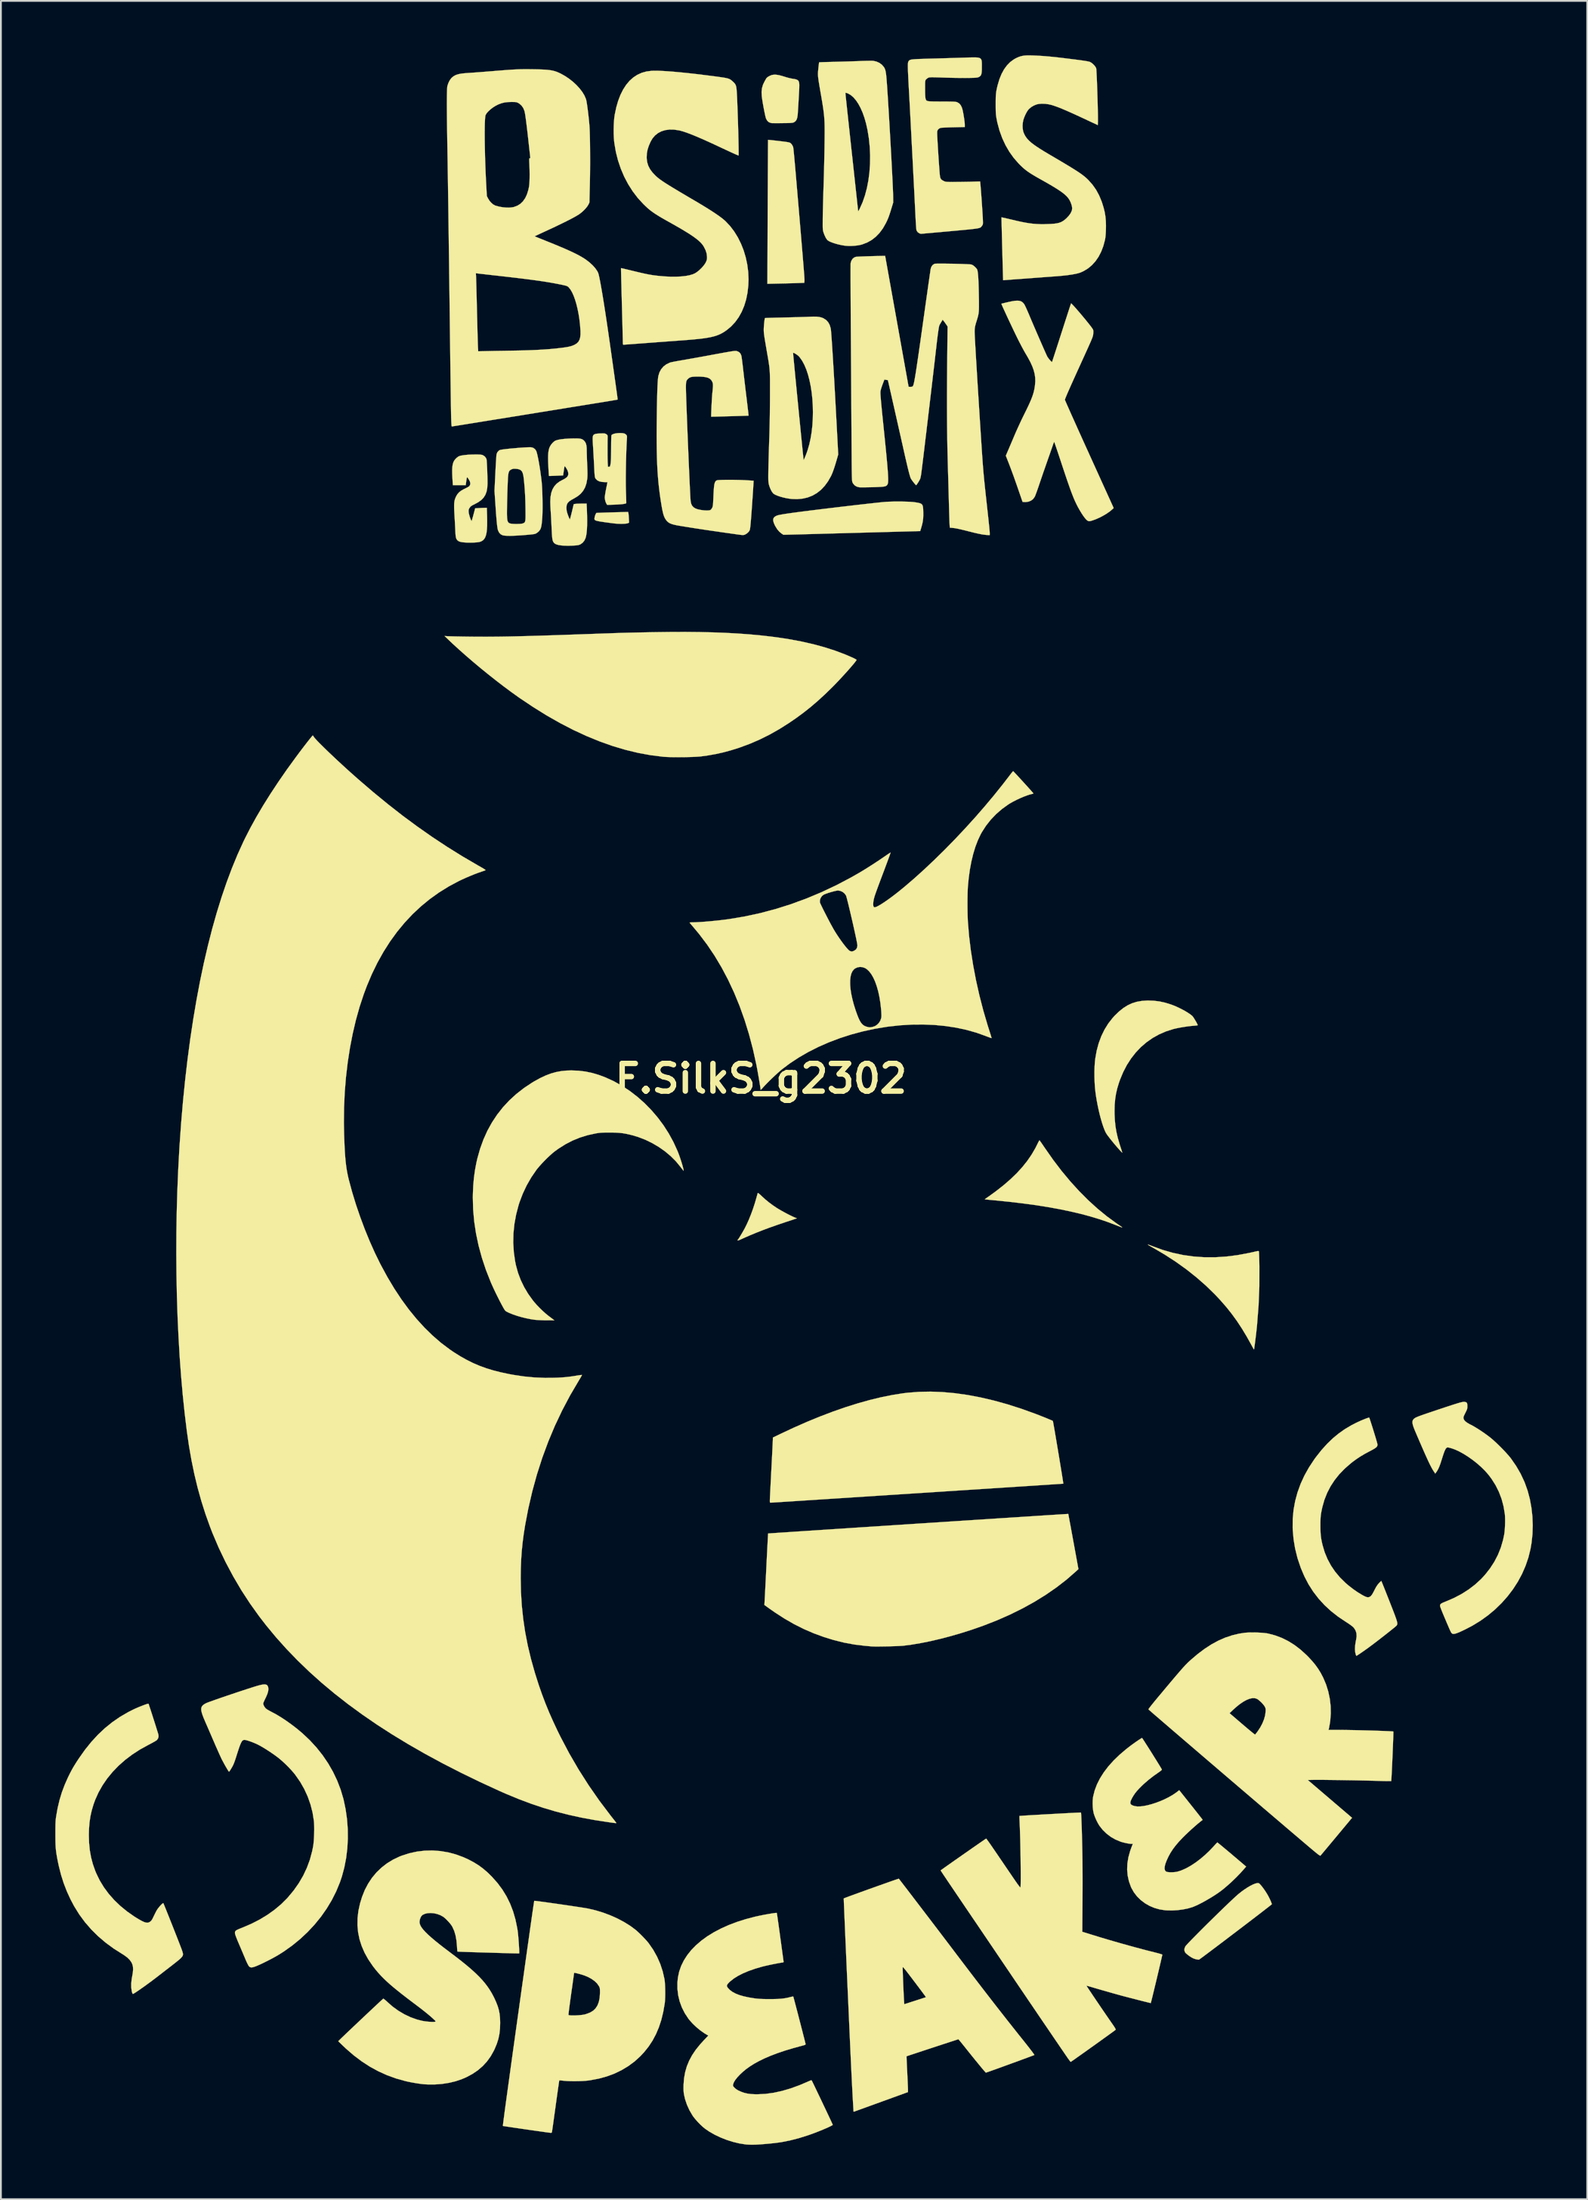
<source format=kicad_pcb>
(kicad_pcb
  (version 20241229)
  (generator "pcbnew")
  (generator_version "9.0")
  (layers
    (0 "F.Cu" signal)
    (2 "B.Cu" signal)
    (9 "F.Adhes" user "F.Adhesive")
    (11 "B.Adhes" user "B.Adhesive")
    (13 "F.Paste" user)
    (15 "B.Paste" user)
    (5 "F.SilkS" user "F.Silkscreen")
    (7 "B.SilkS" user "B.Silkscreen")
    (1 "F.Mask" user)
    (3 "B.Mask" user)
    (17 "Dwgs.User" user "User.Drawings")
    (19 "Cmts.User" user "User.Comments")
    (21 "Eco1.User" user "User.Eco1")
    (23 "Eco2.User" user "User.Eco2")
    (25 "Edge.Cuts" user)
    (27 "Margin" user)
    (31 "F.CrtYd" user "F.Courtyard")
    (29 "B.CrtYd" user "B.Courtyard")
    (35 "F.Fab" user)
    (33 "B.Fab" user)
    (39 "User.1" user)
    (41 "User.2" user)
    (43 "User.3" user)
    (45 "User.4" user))
  (footprint "F.SilkS_g2302"
    (layer "F.Cu")
    (at 38.919 56.432)
    (property "Reference" "F.SilkS_g2302" (at 0 0 0) (layer "F.SilkS") (effects (font (size 1.524 1.524) (thickness 0.3))))
    (attr through_hole)
    (fp_poly (pts (xy -7.315 -31.197) (xy -7.308 -31.156) (xy -7.3 -31.084) (xy -7.293 -30.991) (xy -7.288 -30.903) (xy -7.276 -30.659) (xy -7.337 -30.629) (xy -7.393 -30.613) (xy -7.483 -30.602) (xy -7.599 -30.596) (xy -7.73 -30.594) (xy -7.87 -30.598) (xy -8.009 -30.606) (xy -8.139 -30.62) (xy -8.377 -30.651) (xy -8.576 -30.678) (xy -8.74 -30.702) (xy -8.872 -30.722) (xy -8.976 -30.741) (xy -9.054 -30.759) (xy -9.111 -30.777) (xy -9.149 -30.797) (xy -9.171 -30.819) (xy -9.182 -30.844) (xy -9.185 -30.873) (xy -9.182 -30.907) (xy -9.179 -30.928) (xy -9.162 -31.011) (xy -9.133 -31.093) (xy -9.125 -31.111) (xy -9.083 -31.194) (xy -8.78 -31.207) (xy -8.673 -31.211) (xy -8.533 -31.216) (xy -8.371 -31.221) (xy -8.197 -31.226) (xy -8.02 -31.231) (xy -7.904 -31.234) (xy -7.33 -31.248) (xy -7.315 -31.197)) (stroke (width 0.01) (type solid)) (fill yes) (layer "F.SilkS"))
    (fp_poly (pts (xy -0.16 6.312) (xy -0.115 6.343) (xy -0.047 6.401) (xy 0.039 6.481) (xy 0.235 6.661) (xy 0.435 6.825) (xy 0.651 6.986) (xy 0.85 7.121) (xy 0.968 7.194) (xy 1.112 7.278) (xy 1.272 7.367) (xy 1.437 7.455) (xy 1.597 7.537) (xy 1.741 7.607) (xy 1.861 7.66) (xy 1.863 7.661) (xy 1.979 7.708) (xy 1.323 7.926) (xy 0.881 8.076) (xy 0.473 8.22) (xy 0.09 8.363) (xy -0.275 8.507) (xy -0.631 8.655) (xy -0.985 8.811) (xy -1.127 8.876) (xy -1.213 8.913) (xy -1.266 8.93) (xy -1.289 8.928) (xy -1.291 8.922) (xy -1.278 8.887) (xy -1.271 8.88) (xy -1.252 8.857) (xy -1.217 8.804) (xy -1.168 8.727) (xy -1.112 8.634) (xy -1.05 8.531) (xy -0.989 8.424) (xy -0.93 8.321) (xy -0.894 8.255) (xy -0.779 8.025) (xy -0.662 7.763) (xy -0.548 7.478) (xy -0.439 7.18) (xy -0.341 6.879) (xy -0.282 6.678) (xy -0.249 6.563) (xy -0.221 6.461) (xy -0.198 6.38) (xy -0.183 6.327) (xy -0.178 6.311) (xy -0.16 6.312)) (stroke (width 0.01) (type solid)) (fill yes) (layer "F.SilkS"))
    (fp_poly (pts (xy 15.377 3.426) (xy 15.413 3.475) (xy 15.466 3.55) (xy 15.532 3.646) (xy 15.607 3.757) (xy 15.665 3.842) (xy 16.116 4.486) (xy 16.581 5.096) (xy 17.06 5.671) (xy 17.55 6.21) (xy 18.051 6.712) (xy 18.562 7.176) (xy 19.081 7.601) (xy 19.608 7.985) (xy 19.722 8.062) (xy 19.817 8.126) (xy 19.882 8.172) (xy 19.915 8.2) (xy 19.915 8.209) (xy 19.88 8.201) (xy 19.81 8.176) (xy 19.704 8.134) (xy 19.6 8.093) (xy 19.135 7.915) (xy 18.645 7.749) (xy 18.13 7.594) (xy 17.587 7.45) (xy 17.015 7.317) (xy 16.412 7.193) (xy 15.776 7.079) (xy 15.106 6.974) (xy 14.4 6.879) (xy 13.655 6.792) (xy 12.871 6.713) (xy 12.828 6.709) (xy 12.691 6.696) (xy 12.569 6.684) (xy 12.467 6.674) (xy 12.393 6.666) (xy 12.352 6.66) (xy 12.345 6.658) (xy 12.358 6.644) (xy 12.4 6.613) (xy 12.462 6.568) (xy 12.503 6.54) (xy 12.578 6.488) (xy 12.676 6.417) (xy 12.788 6.336) (xy 12.903 6.252) (xy 12.965 6.206) (xy 13.384 5.877) (xy 13.762 5.549) (xy 14.103 5.22) (xy 14.408 4.887) (xy 14.679 4.548) (xy 14.919 4.2) (xy 15.128 3.842) (xy 15.266 3.567) (xy 15.303 3.492) (xy 15.334 3.437) (xy 15.356 3.408) (xy 15.361 3.406) (xy 15.377 3.426)) (stroke (width 0.01) (type solid)) (fill yes) (layer "F.SilkS"))
    (fp_poly (pts (xy 21.379 9.164) (xy 21.452 9.189) (xy 21.562 9.231) (xy 21.609 9.25) (xy 22.161 9.451) (xy 22.721 9.612) (xy 23.289 9.733) (xy 23.866 9.813) (xy 24.453 9.854) (xy 25.051 9.855) (xy 25.661 9.815) (xy 26.284 9.736) (xy 26.92 9.617) (xy 27.019 9.595) (xy 27.137 9.569) (xy 27.242 9.545) (xy 27.327 9.526) (xy 27.384 9.514) (xy 27.403 9.51) (xy 27.446 9.515) (xy 27.46 9.534) (xy 27.463 9.562) (xy 27.467 9.628) (xy 27.471 9.726) (xy 27.475 9.852) (xy 27.479 10.001) (xy 27.483 10.167) (xy 27.487 10.347) (xy 27.487 10.366) (xy 27.485 11.442) (xy 27.442 12.511) (xy 27.358 13.582) (xy 27.347 13.699) (xy 27.332 13.836) (xy 27.316 13.986) (xy 27.298 14.142) (xy 27.279 14.298) (xy 27.26 14.45) (xy 27.242 14.591) (xy 27.226 14.716) (xy 27.211 14.818) (xy 27.2 14.892) (xy 27.192 14.933) (xy 27.19 14.938) (xy 27.178 14.924) (xy 27.15 14.879) (xy 27.111 14.81) (xy 27.064 14.724) (xy 27.061 14.717) (xy 26.794 14.237) (xy 26.526 13.792) (xy 26.252 13.375) (xy 25.965 12.98) (xy 25.661 12.598) (xy 25.335 12.225) (xy 25.038 11.908) (xy 24.548 11.43) (xy 24.021 10.967) (xy 23.462 10.523) (xy 22.874 10.101) (xy 22.261 9.704) (xy 21.759 9.408) (xy 21.65 9.346) (xy 21.55 9.289) (xy 21.466 9.242) (xy 21.407 9.207) (xy 21.382 9.192) (xy 21.343 9.165) (xy 21.342 9.156) (xy 21.379 9.164)) (stroke (width 0.01) (type solid)) (fill yes) (layer "F.SilkS"))
    (fp_poly (pts (xy 0.843 -55.361) (xy 0.975 -55.341) (xy 1.132 -55.302) (xy 1.319 -55.245) (xy 1.439 -55.209) (xy 1.564 -55.176) (xy 1.679 -55.151) (xy 1.759 -55.137) (xy 1.882 -55.117) (xy 1.974 -55.09) (xy 2.039 -55.051) (xy 2.082 -54.994) (xy 2.105 -54.913) (xy 2.114 -54.802) (xy 2.111 -54.656) (xy 2.11 -54.631) (xy 2.104 -54.499) (xy 2.096 -54.348) (xy 2.087 -54.182) (xy 2.077 -54.008) (xy 2.067 -53.834) (xy 2.057 -53.665) (xy 2.047 -53.508) (xy 2.038 -53.368) (xy 2.031 -53.253) (xy 2.024 -53.169) (xy 2.021 -53.128) (xy 1.998 -52.988) (xy 1.962 -52.882) (xy 1.909 -52.804) (xy 1.835 -52.748) (xy 1.799 -52.73) (xy 1.769 -52.719) (xy 1.726 -52.711) (xy 1.666 -52.704) (xy 1.584 -52.699) (xy 1.474 -52.695) (xy 1.332 -52.693) (xy 1.164 -52.691) (xy 1.014 -52.689) (xy 0.877 -52.689) (xy 0.759 -52.689) (xy 0.667 -52.69) (xy 0.606 -52.691) (xy 0.582 -52.693) (xy 0.547 -52.704) (xy 0.504 -52.714) (xy 0.419 -52.753) (xy 0.343 -52.828) (xy 0.284 -52.931) (xy 0.276 -52.951) (xy 0.258 -53.01) (xy 0.235 -53.104) (xy 0.209 -53.225) (xy 0.18 -53.365) (xy 0.151 -53.517) (xy 0.122 -53.674) (xy 0.095 -53.829) (xy 0.072 -53.973) (xy 0.053 -54.1) (xy 0.043 -54.178) (xy 0.032 -54.408) (xy 0.054 -54.617) (xy 0.111 -54.813) (xy 0.196 -54.989) (xy 0.235 -55.058) (xy 0.269 -55.117) (xy 0.286 -55.15) (xy 0.328 -55.2) (xy 0.399 -55.253) (xy 0.487 -55.301) (xy 0.58 -55.339) (xy 0.63 -55.352) (xy 0.73 -55.365) (xy 0.843 -55.361)) (stroke (width 0.01) (type solid)) (fill yes) (layer "F.SilkS"))
    (fp_poly (pts (xy 0.412 -51.768) (xy 0.469 -51.763) (xy 0.555 -51.755) (xy 0.662 -51.743) (xy 0.784 -51.73) (xy 0.915 -51.715) (xy 1.047 -51.699) (xy 1.173 -51.684) (xy 1.287 -51.67) (xy 1.382 -51.657) (xy 1.451 -51.647) (xy 1.474 -51.643) (xy 1.555 -51.625) (xy 1.61 -51.603) (xy 1.654 -51.567) (xy 1.682 -51.536) (xy 1.73 -51.467) (xy 1.767 -51.391) (xy 1.775 -51.365) (xy 1.779 -51.341) (xy 1.785 -51.298) (xy 1.793 -51.234) (xy 1.802 -51.147) (xy 1.813 -51.037) (xy 1.826 -50.901) (xy 1.841 -50.739) (xy 1.858 -50.549) (xy 1.878 -50.331) (xy 1.9 -50.081) (xy 1.924 -49.799) (xy 1.951 -49.485) (xy 1.981 -49.135) (xy 2.014 -48.749) (xy 2.05 -48.326) (xy 2.089 -47.864) (xy 2.132 -47.361) (xy 2.149 -47.159) (xy 2.185 -46.735) (xy 2.217 -46.35) (xy 2.246 -46.003) (xy 2.272 -45.693) (xy 2.295 -45.416) (xy 2.315 -45.172) (xy 2.333 -44.957) (xy 2.348 -44.77) (xy 2.361 -44.609) (xy 2.371 -44.472) (xy 2.38 -44.357) (xy 2.387 -44.261) (xy 2.392 -44.183) (xy 2.395 -44.121) (xy 2.398 -44.072) (xy 2.399 -44.035) (xy 2.399 -44.007) (xy 2.398 -43.987) (xy 2.397 -43.982) (xy 2.388 -43.885) (xy 2.004 -43.871) (xy 1.877 -43.867) (xy 1.718 -43.862) (xy 1.538 -43.857) (xy 1.346 -43.852) (xy 1.154 -43.848) (xy 0.986 -43.844) (xy 0.353 -43.83) (xy 0.369 -47.796) (xy 0.371 -48.203) (xy 0.372 -48.598) (xy 0.374 -48.98) (xy 0.376 -49.346) (xy 0.377 -49.694) (xy 0.379 -50.023) (xy 0.38 -50.329) (xy 0.382 -50.612) (xy 0.383 -50.869) (xy 0.384 -51.098) (xy 0.385 -51.297) (xy 0.386 -51.464) (xy 0.387 -51.596) (xy 0.388 -51.693) (xy 0.389 -51.75) (xy 0.389 -51.768) (xy 0.412 -51.768)) (stroke (width 0.01) (type solid)) (fill yes) (layer "F.SilkS"))
    (fp_poly (pts (xy 7.688 -31.823) (xy 7.891 -31.82) (xy 8.082 -31.814) (xy 8.252 -31.806) (xy 8.394 -31.795) (xy 8.476 -31.785) (xy 8.625 -31.762) (xy 8.739 -31.737) (xy 8.821 -31.707) (xy 8.878 -31.664) (xy 8.914 -31.603) (xy 8.934 -31.517) (xy 8.945 -31.401) (xy 8.95 -31.249) (xy 8.95 -31.244) (xy 8.951 -31.048) (xy 8.943 -30.879) (xy 8.922 -30.722) (xy 8.889 -30.562) (xy 8.839 -30.385) (xy 8.836 -30.373) (xy 8.78 -30.193) (xy 6.597 -30.134) (xy 6.269 -30.125) (xy 5.934 -30.116) (xy 5.597 -30.107) (xy 5.262 -30.098) (xy 4.935 -30.089) (xy 4.62 -30.08) (xy 4.322 -30.072) (xy 4.047 -30.064) (xy 3.798 -30.058) (xy 3.582 -30.052) (xy 3.402 -30.047) (xy 3.376 -30.046) (xy 3.146 -30.039) (xy 2.908 -30.033) (xy 2.671 -30.026) (xy 2.442 -30.02) (xy 2.227 -30.014) (xy 2.035 -30.009) (xy 1.873 -30.005) (xy 1.789 -30.003) (xy 1.238 -29.989) (xy 1.143 -30.051) (xy 1.01 -30.16) (xy 0.887 -30.305) (xy 0.781 -30.48) (xy 0.764 -30.513) (xy 0.703 -30.654) (xy 0.674 -30.769) (xy 0.676 -30.862) (xy 0.71 -30.937) (xy 0.778 -30.998) (xy 0.873 -31.046) (xy 0.922 -31.062) (xy 0.994 -31.08) (xy 1.091 -31.099) (xy 1.216 -31.121) (xy 1.369 -31.146) (xy 1.554 -31.173) (xy 1.771 -31.203) (xy 2.023 -31.237) (xy 2.313 -31.275) (xy 2.641 -31.317) (xy 2.879 -31.346) (xy 3.211 -31.387) (xy 3.555 -31.429) (xy 3.907 -31.471) (xy 4.261 -31.514) (xy 4.614 -31.555) (xy 4.961 -31.596) (xy 5.297 -31.635) (xy 5.617 -31.671) (xy 5.916 -31.705) (xy 6.191 -31.735) (xy 6.436 -31.762) (xy 6.646 -31.784) (xy 6.763 -31.795) (xy 6.909 -31.807) (xy 7.083 -31.815) (xy 7.276 -31.821) (xy 7.481 -31.823) (xy 7.688 -31.823)) (stroke (width 0.01) (type solid)) (fill yes) (layer "F.SilkS"))
    (fp_poly (pts (xy 27.459 44.378) (xy 27.5 44.41) (xy 27.531 44.442) (xy 27.626 44.552) (xy 27.73 44.69) (xy 27.834 44.842) (xy 27.929 44.996) (xy 27.937 45.01) (xy 27.992 45.111) (xy 28.046 45.217) (xy 28.095 45.321) (xy 28.135 45.414) (xy 28.162 45.487) (xy 28.173 45.533) (xy 28.173 45.535) (xy 28.156 45.55) (xy 28.109 45.589) (xy 28.032 45.649) (xy 27.929 45.729) (xy 27.803 45.827) (xy 27.656 45.941) (xy 27.49 46.069) (xy 27.307 46.209) (xy 27.112 46.359) (xy 26.905 46.517) (xy 26.69 46.681) (xy 26.468 46.85) (xy 26.244 47.021) (xy 26.018 47.192) (xy 25.794 47.362) (xy 25.575 47.529) (xy 25.362 47.69) (xy 25.158 47.844) (xy 24.966 47.989) (xy 24.788 48.123) (xy 24.627 48.244) (xy 24.485 48.35) (xy 24.366 48.439) (xy 24.27 48.509) (xy 24.202 48.559) (xy 24.163 48.586) (xy 24.155 48.591) (xy 24.127 48.589) (xy 24.073 48.583) (xy 24.033 48.577) (xy 23.95 48.558) (xy 23.858 48.526) (xy 23.811 48.505) (xy 23.717 48.452) (xy 23.618 48.387) (xy 23.526 48.318) (xy 23.448 48.252) (xy 23.395 48.196) (xy 23.384 48.179) (xy 23.35 48.081) (xy 23.356 47.975) (xy 23.4 47.867) (xy 23.407 47.857) (xy 23.438 47.817) (xy 23.497 47.75) (xy 23.581 47.66) (xy 23.688 47.548) (xy 23.815 47.418) (xy 23.959 47.272) (xy 24.117 47.112) (xy 24.286 46.942) (xy 24.465 46.763) (xy 24.65 46.58) (xy 24.839 46.394) (xy 25.029 46.208) (xy 25.217 46.024) (xy 25.4 45.846) (xy 25.576 45.676) (xy 25.743 45.516) (xy 25.897 45.37) (xy 26.035 45.24) (xy 26.156 45.128) (xy 26.256 45.038) (xy 26.327 44.976) (xy 26.49 44.845) (xy 26.658 44.724) (xy 26.824 44.614) (xy 26.983 44.521) (xy 27.129 44.447) (xy 27.256 44.396) (xy 27.359 44.371) (xy 27.363 44.37) (xy 27.419 44.367) (xy 27.459 44.378)) (stroke (width 0.01) (type solid)) (fill yes) (layer "F.SilkS"))
    (fp_poly (pts (xy 21.674 -4.292) (xy 21.98 -4.254) (xy 22.286 -4.187) (xy 22.603 -4.089) (xy 22.702 -4.053) (xy 22.873 -3.984) (xy 23.049 -3.903) (xy 23.224 -3.815) (xy 23.391 -3.724) (xy 23.542 -3.633) (xy 23.671 -3.546) (xy 23.77 -3.468) (xy 23.798 -3.44) (xy 23.83 -3.401) (xy 23.873 -3.337) (xy 23.922 -3.258) (xy 23.973 -3.172) (xy 24.021 -3.088) (xy 24.059 -3.016) (xy 24.082 -2.964) (xy 24.088 -2.945) (xy 24.068 -2.936) (xy 24.015 -2.927) (xy 23.937 -2.918) (xy 23.868 -2.913) (xy 23.698 -2.898) (xy 23.503 -2.874) (xy 23.295 -2.842) (xy 23.089 -2.807) (xy 22.899 -2.768) (xy 22.737 -2.73) (xy 22.736 -2.729) (xy 22.334 -2.601) (xy 21.955 -2.437) (xy 21.597 -2.237) (xy 21.263 -2.003) (xy 20.952 -1.736) (xy 20.668 -1.437) (xy 20.409 -1.106) (xy 20.177 -0.745) (xy 19.974 -0.354) (xy 19.8 0.065) (xy 19.736 0.248) (xy 19.646 0.547) (xy 19.579 0.84) (xy 19.533 1.137) (xy 19.506 1.447) (xy 19.498 1.781) (xy 19.5 1.976) (xy 19.517 2.315) (xy 19.551 2.637) (xy 19.604 2.953) (xy 19.678 3.274) (xy 19.776 3.612) (xy 19.832 3.784) (xy 19.866 3.888) (xy 19.894 3.977) (xy 19.913 4.043) (xy 19.921 4.079) (xy 19.92 4.084) (xy 19.902 4.069) (xy 19.861 4.028) (xy 19.804 3.967) (xy 19.736 3.892) (xy 19.723 3.878) (xy 19.606 3.744) (xy 19.48 3.595) (xy 19.353 3.44) (xy 19.233 3.289) (xy 19.129 3.153) (xy 19.068 3.069) (xy 19.008 2.968) (xy 18.945 2.829) (xy 18.88 2.658) (xy 18.814 2.459) (xy 18.749 2.238) (xy 18.685 1.998) (xy 18.625 1.746) (xy 18.569 1.484) (xy 18.519 1.22) (xy 18.475 0.956) (xy 18.447 0.753) (xy 18.419 0.485) (xy 18.4 0.198) (xy 18.391 -0.099) (xy 18.39 -0.394) (xy 18.399 -0.676) (xy 18.417 -0.936) (xy 18.436 -1.101) (xy 18.513 -1.536) (xy 18.624 -1.948) (xy 18.768 -2.336) (xy 18.944 -2.699) (xy 19.152 -3.035) (xy 19.392 -3.343) (xy 19.512 -3.475) (xy 19.747 -3.701) (xy 19.98 -3.888) (xy 20.216 -4.038) (xy 20.46 -4.152) (xy 20.718 -4.233) (xy 20.993 -4.282) (xy 21.29 -4.303) (xy 21.357 -4.304) (xy 21.674 -4.292)) (stroke (width 0.01) (type solid)) (fill yes) (layer "F.SilkS"))
    (fp_poly (pts (xy 10.011 17.289) (xy 10.69 17.35) (xy 11.388 17.448) (xy 12.103 17.583) (xy 12.835 17.754) (xy 13.583 17.961) (xy 14.347 18.205) (xy 15.126 18.485) (xy 15.677 18.701) (xy 15.799 18.751) (xy 15.908 18.797) (xy 15.998 18.835) (xy 16.062 18.864) (xy 16.094 18.881) (xy 16.097 18.883) (xy 16.102 18.905) (xy 16.114 18.965) (xy 16.131 19.06) (xy 16.153 19.184) (xy 16.18 19.336) (xy 16.21 19.51) (xy 16.243 19.703) (xy 16.278 19.912) (xy 16.315 20.132) (xy 16.354 20.36) (xy 16.392 20.592) (xy 16.431 20.824) (xy 16.469 21.053) (xy 16.505 21.275) (xy 16.54 21.486) (xy 16.572 21.682) (xy 16.601 21.86) (xy 16.625 22.016) (xy 16.646 22.145) (xy 16.661 22.245) (xy 16.67 22.311) (xy 16.673 22.341) (xy 16.673 22.342) (xy 16.652 22.343) (xy 16.59 22.348) (xy 16.49 22.354) (xy 16.352 22.363) (xy 16.18 22.375) (xy 15.974 22.388) (xy 15.736 22.404) (xy 15.468 22.421) (xy 15.173 22.441) (xy 14.85 22.462) (xy 14.504 22.484) (xy 14.134 22.508) (xy 13.744 22.534) (xy 13.334 22.56) (xy 12.906 22.588) (xy 12.463 22.617) (xy 12.006 22.647) (xy 11.537 22.677) (xy 11.057 22.708) (xy 10.568 22.74) (xy 10.073 22.772) (xy 9.572 22.805) (xy 9.068 22.838) (xy 8.562 22.87) (xy 8.056 22.903) (xy 7.552 22.936) (xy 7.052 22.968) (xy 6.557 23) (xy 6.069 23.032) (xy 5.591 23.063) (xy 5.123 23.093) (xy 4.667 23.123) (xy 4.226 23.151) (xy 3.801 23.179) (xy 3.393 23.205) (xy 3.005 23.23) (xy 2.638 23.254) (xy 2.294 23.276) (xy 1.976 23.297) (xy 1.683 23.316) (xy 1.419 23.333) (xy 1.185 23.348) (xy 0.983 23.361) (xy 0.815 23.371) (xy 0.682 23.38) (xy 0.586 23.386) (xy 0.53 23.389) (xy 0.513 23.39) (xy 0.495 23.369) (xy 0.487 23.312) (xy 0.487 23.299) (xy 0.488 23.264) (xy 0.491 23.19) (xy 0.496 23.081) (xy 0.503 22.939) (xy 0.511 22.77) (xy 0.521 22.575) (xy 0.532 22.359) (xy 0.544 22.125) (xy 0.556 21.876) (xy 0.57 21.616) (xy 0.572 21.579) (xy 0.585 21.319) (xy 0.598 21.069) (xy 0.61 20.834) (xy 0.621 20.616) (xy 0.631 20.42) (xy 0.639 20.248) (xy 0.646 20.104) (xy 0.651 19.992) (xy 0.655 19.915) (xy 0.656 19.876) (xy 0.656 19.874) (xy 0.656 19.798) (xy 1.042 19.611) (xy 1.791 19.259) (xy 2.529 18.934) (xy 3.255 18.636) (xy 3.967 18.365) (xy 4.662 18.123) (xy 5.34 17.91) (xy 5.998 17.726) (xy 6.634 17.572) (xy 7.248 17.449) (xy 7.836 17.356) (xy 8.086 17.326) (xy 8.708 17.277) (xy 9.35 17.264) (xy 10.011 17.289)) (stroke (width 0.01) (type solid)) (fill yes) (layer "F.SilkS"))
    (fp_poly (pts (xy 16.95 24.03) (xy 16.962 24.089) (xy 16.98 24.184) (xy 17.003 24.31) (xy 17.032 24.465) (xy 17.066 24.645) (xy 17.103 24.847) (xy 17.144 25.068) (xy 17.187 25.304) (xy 17.229 25.533) (xy 17.507 27.053) (xy 17.363 27.186) (xy 16.849 27.634) (xy 16.297 28.061) (xy 15.711 28.467) (xy 15.089 28.852) (xy 14.434 29.215) (xy 13.746 29.555) (xy 13.027 29.873) (xy 12.276 30.167) (xy 11.62 30.397) (xy 11.034 30.583) (xy 10.454 30.751) (xy 9.884 30.9) (xy 9.331 31.029) (xy 8.797 31.136) (xy 8.289 31.221) (xy 7.874 31.275) (xy 7.787 31.283) (xy 7.668 31.29) (xy 7.523 31.297) (xy 7.358 31.303) (xy 7.181 31.309) (xy 6.996 31.314) (xy 6.812 31.317) (xy 6.633 31.32) (xy 6.468 31.322) (xy 6.321 31.322) (xy 6.2 31.32) (xy 6.111 31.317) (xy 6.075 31.314) (xy 6.025 31.309) (xy 5.944 31.302) (xy 5.843 31.292) (xy 5.742 31.284) (xy 5.162 31.214) (xy 4.577 31.106) (xy 3.986 30.958) (xy 3.471 30.799) (xy 2.91 30.594) (xy 2.364 30.358) (xy 1.828 30.089) (xy 1.298 29.785) (xy 0.768 29.442) (xy 0.476 29.238) (xy 0.187 29.03) (xy 0.198 28.861) (xy 0.201 28.814) (xy 0.205 28.728) (xy 0.212 28.607) (xy 0.22 28.454) (xy 0.229 28.273) (xy 0.24 28.066) (xy 0.251 27.839) (xy 0.264 27.593) (xy 0.277 27.332) (xy 0.29 27.061) (xy 0.299 26.892) (xy 0.312 26.62) (xy 0.325 26.361) (xy 0.338 26.117) (xy 0.349 25.891) (xy 0.36 25.687) (xy 0.369 25.508) (xy 0.377 25.356) (xy 0.383 25.236) (xy 0.388 25.149) (xy 0.391 25.099) (xy 0.392 25.088) (xy 0.413 25.086) (xy 0.474 25.082) (xy 0.575 25.075) (xy 0.712 25.066) (xy 0.885 25.054) (xy 1.091 25.04) (xy 1.329 25.025) (xy 1.597 25.007) (xy 1.893 24.987) (xy 2.216 24.966) (xy 2.563 24.943) (xy 2.934 24.919) (xy 3.326 24.893) (xy 3.738 24.866) (xy 4.167 24.838) (xy 4.613 24.809) (xy 5.073 24.778) (xy 5.545 24.747) (xy 6.029 24.716) (xy 6.521 24.684) (xy 7.021 24.651) (xy 7.527 24.618) (xy 8.036 24.585) (xy 8.548 24.551) (xy 9.06 24.518) (xy 9.571 24.485) (xy 10.078 24.452) (xy 10.581 24.419) (xy 11.077 24.387) (xy 11.565 24.355) (xy 12.043 24.324) (xy 12.509 24.294) (xy 12.962 24.264) (xy 13.399 24.236) (xy 13.819 24.209) (xy 14.221 24.183) (xy 14.602 24.158) (xy 14.961 24.135) (xy 15.295 24.113) (xy 15.604 24.093) (xy 15.886 24.075) (xy 16.138 24.059) (xy 16.36 24.045) (xy 16.548 24.033) (xy 16.703 24.023) (xy 16.821 24.016) (xy 16.901 24.011) (xy 16.941 24.009) (xy 16.946 24.009) (xy 16.95 24.03)) (stroke (width 0.01) (type solid)) (fill yes) (layer "F.SilkS"))
    (fp_poly (pts (xy -7.675 -35.597) (xy -7.63 -35.593) (xy -7.545 -35.577) (xy -7.486 -35.549) (xy -7.445 -35.515) (xy -7.416 -35.485) (xy -7.399 -35.457) (xy -7.391 -35.422) (xy -7.39 -35.368) (xy -7.395 -35.286) (xy -7.396 -35.258) (xy -7.408 -35.057) (xy -7.419 -34.822) (xy -7.429 -34.563) (xy -7.437 -34.286) (xy -7.445 -33.999) (xy -7.45 -33.709) (xy -7.454 -33.424) (xy -7.457 -33.152) (xy -7.457 -32.9) (xy -7.455 -32.675) (xy -7.451 -32.491) (xy -7.446 -32.325) (xy -7.441 -32.17) (xy -7.437 -32.032) (xy -7.434 -31.918) (xy -7.432 -31.832) (xy -7.43 -31.779) (xy -7.43 -31.768) (xy -7.432 -31.74) (xy -7.445 -31.722) (xy -7.478 -31.708) (xy -7.538 -31.696) (xy -7.594 -31.687) (xy -7.672 -31.677) (xy -7.781 -31.668) (xy -7.91 -31.659) (xy -8.045 -31.653) (xy -8.12 -31.65) (xy -8.483 -31.639) (xy -8.519 -31.693) (xy -8.564 -31.786) (xy -8.597 -31.901) (xy -8.614 -32.02) (xy -8.615 -32.055) (xy -8.61 -32.112) (xy -8.598 -32.201) (xy -8.58 -32.312) (xy -8.558 -32.436) (xy -8.541 -32.522) (xy -8.517 -32.639) (xy -8.496 -32.741) (xy -8.48 -32.821) (xy -8.469 -32.872) (xy -8.467 -32.887) (xy -8.486 -32.89) (xy -8.536 -32.892) (xy -8.603 -32.893) (xy -8.782 -32.905) (xy -8.928 -32.94) (xy -9.04 -33) (xy -9.12 -33.085) (xy -9.131 -33.103) (xy -9.144 -33.129) (xy -9.155 -33.162) (xy -9.164 -33.208) (xy -9.171 -33.271) (xy -9.179 -33.357) (xy -9.186 -33.471) (xy -9.194 -33.619) (xy -9.2 -33.737) (xy -9.209 -33.929) (xy -9.221 -34.145) (xy -9.233 -34.369) (xy -9.246 -34.586) (xy -9.257 -34.782) (xy -9.261 -34.838) (xy -9.272 -35.018) (xy -9.279 -35.161) (xy -9.282 -35.272) (xy -9.28 -35.356) (xy -9.273 -35.417) (xy -9.259 -35.46) (xy -9.238 -35.491) (xy -9.211 -35.515) (xy -9.178 -35.534) (xy -9.13 -35.552) (xy -9.058 -35.564) (xy -8.956 -35.573) (xy -8.858 -35.577) (xy -8.749 -35.58) (xy -8.674 -35.579) (xy -8.621 -35.575) (xy -8.584 -35.565) (xy -8.551 -35.548) (xy -8.53 -35.534) (xy -8.491 -35.506) (xy -8.469 -35.48) (xy -8.46 -35.442) (xy -8.458 -35.381) (xy -8.459 -35.337) (xy -8.462 -35.158) (xy -8.463 -34.969) (xy -8.464 -34.777) (xy -8.464 -34.587) (xy -8.464 -34.408) (xy -8.462 -34.246) (xy -8.459 -34.108) (xy -8.456 -34.002) (xy -8.454 -33.957) (xy -8.44 -33.74) (xy -8.382 -33.74) (xy -8.353 -33.742) (xy -8.333 -33.755) (xy -8.319 -33.787) (xy -8.306 -33.846) (xy -8.295 -33.904) (xy -8.286 -33.977) (xy -8.278 -34.078) (xy -8.272 -34.21) (xy -8.268 -34.376) (xy -8.266 -34.579) (xy -8.265 -34.756) (xy -8.264 -34.923) (xy -8.263 -35.079) (xy -8.26 -35.216) (xy -8.257 -35.33) (xy -8.254 -35.415) (xy -8.25 -35.467) (xy -8.247 -35.479) (xy -8.209 -35.517) (xy -8.136 -35.55) (xy -8.038 -35.576) (xy -7.923 -35.593) (xy -7.799 -35.601) (xy -7.675 -35.597)) (stroke (width 0.01) (type solid)) (fill yes) (layer "F.SilkS"))
    (fp_poly (pts (xy -3.393 -24.625) (xy -2.665 -24.608) (xy -1.971 -24.582) (xy -1.308 -24.546) (xy -0.675 -24.501) (xy -0.068 -24.446) (xy 0.513 -24.381) (xy 1.071 -24.306) (xy 1.533 -24.234) (xy 2.222 -24.106) (xy 2.879 -23.957) (xy 3.503 -23.787) (xy 4.092 -23.598) (xy 4.645 -23.389) (xy 4.688 -23.371) (xy 4.842 -23.306) (xy 4.979 -23.246) (xy 5.094 -23.193) (xy 5.184 -23.148) (xy 5.244 -23.115) (xy 5.27 -23.094) (xy 5.271 -23.092) (xy 5.256 -23.061) (xy 5.216 -23.004) (xy 5.152 -22.922) (xy 5.068 -22.821) (xy 4.967 -22.702) (xy 4.852 -22.57) (xy 4.726 -22.428) (xy 4.591 -22.28) (xy 4.452 -22.128) (xy 4.311 -21.976) (xy 4.17 -21.828) (xy 4.034 -21.687) (xy 3.927 -21.579) (xy 3.526 -21.188) (xy 3.134 -20.83) (xy 2.746 -20.497) (xy 2.351 -20.184) (xy 1.944 -19.884) (xy 1.545 -19.61) (xy 1.005 -19.269) (xy 0.469 -18.966) (xy -0.071 -18.698) (xy -0.619 -18.461) (xy -1.182 -18.253) (xy -1.238 -18.234) (xy -1.665 -18.101) (xy -2.077 -17.989) (xy -2.488 -17.898) (xy -2.914 -17.822) (xy -3.302 -17.768) (xy -3.427 -17.756) (xy -3.587 -17.746) (xy -3.774 -17.737) (xy -3.981 -17.731) (xy -4.201 -17.726) (xy -4.427 -17.724) (xy -4.65 -17.724) (xy -4.864 -17.726) (xy -5.061 -17.73) (xy -5.234 -17.737) (xy -5.376 -17.746) (xy -5.397 -17.748) (xy -6.087 -17.834) (xy -6.782 -17.962) (xy -7.484 -18.132) (xy -8.192 -18.343) (xy -8.906 -18.597) (xy -9.626 -18.892) (xy -10.352 -19.228) (xy -11.084 -19.607) (xy -11.823 -20.027) (xy -12.566 -20.489) (xy -13.316 -20.992) (xy -13.4 -21.051) (xy -13.793 -21.333) (xy -14.204 -21.639) (xy -14.626 -21.963) (xy -15.052 -22.301) (xy -15.478 -22.647) (xy -15.895 -22.997) (xy -16.299 -23.345) (xy -16.683 -23.686) (xy -17.041 -24.014) (xy -17.272 -24.234) (xy -17.452 -24.408) (xy -17.283 -24.396) (xy -17.228 -24.394) (xy -17.135 -24.391) (xy -17.01 -24.388) (xy -16.858 -24.384) (xy -16.683 -24.381) (xy -16.49 -24.377) (xy -16.284 -24.374) (xy -16.07 -24.371) (xy -16.055 -24.371) (xy -15.811 -24.368) (xy -15.567 -24.367) (xy -15.321 -24.366) (xy -15.07 -24.366) (xy -14.811 -24.368) (xy -14.541 -24.37) (xy -14.259 -24.374) (xy -13.961 -24.379) (xy -13.646 -24.386) (xy -13.309 -24.394) (xy -12.95 -24.403) (xy -12.565 -24.414) (xy -12.151 -24.426) (xy -11.707 -24.44) (xy -11.228 -24.456) (xy -10.714 -24.473) (xy -10.161 -24.493) (xy -9.938 -24.5) (xy -9.671 -24.51) (xy -9.401 -24.519) (xy -9.133 -24.529) (xy -8.873 -24.538) (xy -8.627 -24.547) (xy -8.399 -24.554) (xy -8.195 -24.562) (xy -8.022 -24.568) (xy -7.884 -24.572) (xy -7.853 -24.574) (xy -7.724 -24.578) (xy -7.559 -24.582) (xy -7.362 -24.587) (xy -7.14 -24.593) (xy -6.898 -24.598) (xy -6.641 -24.604) (xy -6.376 -24.609) (xy -6.108 -24.615) (xy -5.842 -24.619) (xy -5.795 -24.62) (xy -4.956 -24.631) (xy -4.156 -24.633) (xy -3.393 -24.625)) (stroke (width 0.01) (type solid)) (fill yes) (layer "F.SilkS"))
    (fp_poly (pts (xy -15.624 -34.416) (xy -15.525 -34.413) (xy -15.451 -34.407) (xy -15.397 -34.398) (xy -15.354 -34.386) (xy -15.334 -34.377) (xy -15.232 -34.309) (xy -15.162 -34.216) (xy -15.136 -34.144) (xy -15.13 -34.101) (xy -15.124 -34.022) (xy -15.117 -33.914) (xy -15.11 -33.783) (xy -15.103 -33.635) (xy -15.097 -33.479) (xy -15.092 -33.319) (xy -15.087 -33.163) (xy -15.084 -33.017) (xy -15.083 -32.887) (xy -15.083 -32.808) (xy -15.097 -32.574) (xy -15.135 -32.371) (xy -15.2 -32.195) (xy -15.295 -32.043) (xy -15.422 -31.91) (xy -15.584 -31.792) (xy -15.76 -31.695) (xy -15.865 -31.642) (xy -15.94 -31.601) (xy -15.992 -31.566) (xy -16.03 -31.531) (xy -16.061 -31.49) (xy -16.07 -31.477) (xy -16.104 -31.418) (xy -16.122 -31.369) (xy -16.126 -31.311) (xy -16.123 -31.242) (xy -16.114 -31.177) (xy -16.094 -31.094) (xy -16.069 -31.005) (xy -16.04 -30.916) (xy -16.011 -30.839) (xy -15.985 -30.783) (xy -15.964 -30.756) (xy -15.961 -30.755) (xy -15.951 -30.775) (xy -15.933 -30.828) (xy -15.909 -30.91) (xy -15.88 -31.012) (xy -15.856 -31.101) (xy -15.764 -31.448) (xy -15.56 -31.461) (xy -15.455 -31.467) (xy -15.35 -31.472) (xy -15.262 -31.474) (xy -15.238 -31.475) (xy -15.12 -31.475) (xy -15.106 -31.003) (xy -15.102 -30.725) (xy -15.104 -30.484) (xy -15.116 -30.28) (xy -15.136 -30.108) (xy -15.167 -29.967) (xy -15.208 -29.852) (xy -15.262 -29.76) (xy -15.328 -29.69) (xy -15.408 -29.637) (xy -15.499 -29.6) (xy -15.576 -29.584) (xy -15.685 -29.571) (xy -15.817 -29.562) (xy -15.964 -29.557) (xy -16.114 -29.557) (xy -16.26 -29.561) (xy -16.362 -29.568) (xy -16.498 -29.584) (xy -16.6 -29.606) (xy -16.675 -29.636) (xy -16.733 -29.677) (xy -16.747 -29.692) (xy -16.781 -29.734) (xy -16.806 -29.783) (xy -16.825 -29.846) (xy -16.839 -29.93) (xy -16.849 -30.041) (xy -16.857 -30.186) (xy -16.858 -30.215) (xy -16.863 -30.331) (xy -16.871 -30.477) (xy -16.879 -30.644) (xy -16.889 -30.82) (xy -16.9 -30.994) (xy -16.904 -31.068) (xy -16.916 -31.28) (xy -16.923 -31.455) (xy -16.924 -31.6) (xy -16.92 -31.721) (xy -16.909 -31.822) (xy -16.891 -31.911) (xy -16.865 -31.992) (xy -16.831 -32.072) (xy -16.817 -32.103) (xy -16.747 -32.223) (xy -16.661 -32.323) (xy -16.553 -32.411) (xy -16.414 -32.492) (xy -16.341 -32.528) (xy -16.251 -32.572) (xy -16.172 -32.614) (xy -16.114 -32.65) (xy -16.092 -32.666) (xy -16.044 -32.737) (xy -16.031 -32.826) (xy -16.053 -32.925) (xy -16.054 -32.927) (xy -16.086 -32.993) (xy -16.125 -33.059) (xy -16.163 -33.115) (xy -16.195 -33.151) (xy -16.213 -33.158) (xy -16.222 -33.135) (xy -16.234 -33.078) (xy -16.247 -32.999) (xy -16.256 -32.936) (xy -16.284 -32.724) (xy -16.992 -32.724) (xy -17.005 -32.909) (xy -17.02 -33.159) (xy -17.029 -33.372) (xy -17.03 -33.551) (xy -17.024 -33.701) (xy -17.009 -33.827) (xy -16.985 -33.932) (xy -16.951 -34.021) (xy -16.907 -34.099) (xy -16.85 -34.169) (xy -16.783 -34.235) (xy -16.692 -34.304) (xy -16.597 -34.343) (xy -16.57 -34.35) (xy -16.379 -34.383) (xy -16.155 -34.405) (xy -15.893 -34.415) (xy -15.759 -34.416) (xy -15.624 -34.416)) (stroke (width 0.01) (type solid)) (fill yes) (layer "F.SilkS"))
    (fp_poly (pts (xy -12.696 -34.816) (xy -12.67 -34.814) (xy -12.556 -34.781) (xy -12.463 -34.712) (xy -12.402 -34.626) (xy -12.377 -34.561) (xy -12.348 -34.458) (xy -12.317 -34.323) (xy -12.284 -34.162) (xy -12.249 -33.979) (xy -12.215 -33.778) (xy -12.182 -33.567) (xy -12.151 -33.348) (xy -12.122 -33.128) (xy -12.097 -32.912) (xy -12.096 -32.904) (xy -12.083 -32.75) (xy -12.071 -32.562) (xy -12.062 -32.35) (xy -12.055 -32.122) (xy -12.05 -31.886) (xy -12.048 -31.651) (xy -12.048 -31.426) (xy -12.051 -31.22) (xy -12.057 -31.042) (xy -12.063 -30.943) (xy -12.077 -30.761) (xy -12.092 -30.616) (xy -12.108 -30.501) (xy -12.127 -30.41) (xy -12.15 -30.338) (xy -12.173 -30.286) (xy -12.233 -30.2) (xy -12.319 -30.12) (xy -12.414 -30.059) (xy -12.466 -30.038) (xy -12.52 -30.027) (xy -12.609 -30.015) (xy -12.727 -30.002) (xy -12.867 -29.989) (xy -13.021 -29.976) (xy -13.184 -29.963) (xy -13.349 -29.952) (xy -13.508 -29.943) (xy -13.654 -29.936) (xy -13.782 -29.932) (xy -13.864 -29.931) (xy -14.022 -29.935) (xy -14.147 -29.944) (xy -14.235 -29.959) (xy -14.248 -29.963) (xy -14.355 -30.017) (xy -14.44 -30.106) (xy -14.5 -30.225) (xy -14.509 -30.253) (xy -14.523 -30.312) (xy -14.537 -30.394) (xy -14.552 -30.502) (xy -14.566 -30.637) (xy -14.582 -30.804) (xy -14.599 -31.004) (xy -14.612 -31.172) (xy -14.011 -31.172) (xy -14.009 -31.074) (xy -14.009 -31.062) (xy -14.002 -30.911) (xy -13.988 -30.796) (xy -13.962 -30.712) (xy -13.918 -30.654) (xy -13.852 -30.617) (xy -13.758 -30.597) (xy -13.631 -30.588) (xy -13.499 -30.587) (xy -13.363 -30.588) (xy -13.261 -30.593) (xy -13.187 -30.602) (xy -13.133 -30.616) (xy -13.125 -30.619) (xy -13.087 -30.636) (xy -13.056 -30.654) (xy -13.032 -30.679) (xy -13.013 -30.714) (xy -13 -30.764) (xy -12.991 -30.833) (xy -12.986 -30.926) (xy -12.984 -31.047) (xy -12.985 -31.2) (xy -12.987 -31.389) (xy -12.988 -31.464) (xy -12.996 -31.835) (xy -13.009 -32.177) (xy -13.029 -32.504) (xy -13.056 -32.829) (xy -13.082 -33.084) (xy -13.105 -33.25) (xy -13.136 -33.378) (xy -13.178 -33.475) (xy -13.235 -33.543) (xy -13.312 -33.588) (xy -13.411 -33.616) (xy -13.513 -33.628) (xy -13.606 -33.632) (xy -13.675 -33.626) (xy -13.737 -33.607) (xy -13.763 -33.596) (xy -13.829 -33.56) (xy -13.877 -33.512) (xy -13.91 -33.446) (xy -13.932 -33.354) (xy -13.948 -33.228) (xy -13.949 -33.213) (xy -13.956 -33.123) (xy -13.962 -32.997) (xy -13.969 -32.841) (xy -13.976 -32.663) (xy -13.983 -32.467) (xy -13.99 -32.262) (xy -13.995 -32.052) (xy -14.001 -31.845) (xy -14.005 -31.647) (xy -14.008 -31.465) (xy -14.01 -31.304) (xy -14.011 -31.172) (xy -14.612 -31.172) (xy -14.617 -31.239) (xy -14.636 -31.513) (xy -14.649 -31.705) (xy -14.697 -32.411) (xy -14.649 -33.388) (xy -14.639 -33.59) (xy -14.629 -33.781) (xy -14.619 -33.957) (xy -14.609 -34.112) (xy -14.6 -34.244) (xy -14.593 -34.345) (xy -14.586 -34.413) (xy -14.582 -34.441) (xy -14.537 -34.544) (xy -14.465 -34.625) (xy -14.401 -34.663) (xy -14.354 -34.675) (xy -14.27 -34.69) (xy -14.156 -34.705) (xy -14.018 -34.722) (xy -13.862 -34.739) (xy -13.694 -34.755) (xy -13.521 -34.77) (xy -13.347 -34.785) (xy -13.18 -34.797) (xy -13.025 -34.807) (xy -12.889 -34.813) (xy -12.777 -34.817) (xy -12.696 -34.816)) (stroke (width 0.01) (type solid)) (fill yes) (layer "F.SilkS"))
    (fp_poly (pts (xy -10.065 -0.434) (xy -9.687 -0.389) (xy -9.315 -0.312) (xy -8.938 -0.2) (xy -8.578 -0.065) (xy -8.114 0.148) (xy -7.663 0.4) (xy -7.228 0.688) (xy -6.812 1.009) (xy -6.416 1.361) (xy -6.043 1.742) (xy -5.695 2.148) (xy -5.375 2.578) (xy -5.086 3.03) (xy -4.829 3.5) (xy -4.607 3.986) (xy -4.569 4.08) (xy -4.523 4.201) (xy -4.476 4.333) (xy -4.43 4.47) (xy -4.386 4.606) (xy -4.347 4.735) (xy -4.314 4.852) (xy -4.288 4.95) (xy -4.272 5.024) (xy -4.267 5.069) (xy -4.272 5.079) (xy -4.289 5.063) (xy -4.326 5.018) (xy -4.378 4.953) (xy -4.438 4.873) (xy -4.445 4.864) (xy -4.694 4.562) (xy -4.978 4.278) (xy -5.292 4.015) (xy -5.633 3.775) (xy -5.995 3.561) (xy -6.373 3.377) (xy -6.764 3.226) (xy -7.079 3.131) (xy -7.281 3.08) (xy -7.462 3.042) (xy -7.631 3.013) (xy -7.8 2.994) (xy -7.981 2.982) (xy -8.186 2.976) (xy -8.34 2.976) (xy -8.512 2.976) (xy -8.65 2.978) (xy -8.764 2.982) (xy -8.861 2.989) (xy -8.952 2.999) (xy -9.044 3.013) (xy -9.109 3.024) (xy -9.556 3.121) (xy -9.979 3.251) (xy -10.384 3.416) (xy -10.776 3.618) (xy -11.159 3.859) (xy -11.36 4.003) (xy -11.486 4.104) (xy -11.63 4.232) (xy -11.785 4.377) (xy -11.941 4.533) (xy -12.092 4.692) (xy -12.229 4.845) (xy -12.346 4.985) (xy -12.388 5.039) (xy -12.671 5.453) (xy -12.923 5.892) (xy -13.139 6.35) (xy -13.318 6.822) (xy -13.368 6.978) (xy -13.504 7.497) (xy -13.599 8.016) (xy -13.652 8.534) (xy -13.663 9.05) (xy -13.633 9.563) (xy -13.561 10.071) (xy -13.513 10.304) (xy -13.401 10.71) (xy -13.25 11.111) (xy -13.061 11.501) (xy -12.837 11.877) (xy -12.581 12.233) (xy -12.493 12.341) (xy -12.364 12.487) (xy -12.217 12.64) (xy -12.061 12.792) (xy -11.905 12.934) (xy -11.761 13.055) (xy -11.699 13.102) (xy -11.618 13.163) (xy -11.542 13.22) (xy -11.483 13.265) (xy -11.462 13.282) (xy -11.398 13.333) (xy -11.822 13.332) (xy -11.971 13.33) (xy -12.126 13.325) (xy -12.272 13.318) (xy -12.399 13.31) (xy -12.483 13.302) (xy -12.714 13.267) (xy -12.96 13.217) (xy -13.209 13.155) (xy -13.452 13.085) (xy -13.677 13.008) (xy -13.875 12.928) (xy -13.949 12.894) (xy -14.019 12.859) (xy -14.069 12.829) (xy -14.107 12.795) (xy -14.143 12.748) (xy -14.185 12.68) (xy -14.222 12.615) (xy -14.31 12.453) (xy -14.41 12.263) (xy -14.516 12.053) (xy -14.624 11.835) (xy -14.727 11.619) (xy -14.821 11.415) (xy -14.901 11.233) (xy -14.907 11.218) (xy -15.17 10.552) (xy -15.392 9.884) (xy -15.574 9.215) (xy -15.715 8.548) (xy -15.816 7.883) (xy -15.875 7.221) (xy -15.892 6.564) (xy -15.889 6.361) (xy -15.869 5.9) (xy -15.831 5.468) (xy -15.774 5.053) (xy -15.697 4.644) (xy -15.642 4.403) (xy -15.491 3.869) (xy -15.307 3.361) (xy -15.09 2.879) (xy -14.838 2.422) (xy -14.553 1.991) (xy -14.235 1.586) (xy -13.883 1.207) (xy -13.498 0.854) (xy -13.08 0.527) (xy -12.629 0.227) (xy -12.502 0.15) (xy -12.185 -0.024) (xy -11.885 -0.166) (xy -11.594 -0.277) (xy -11.306 -0.358) (xy -11.014 -0.413) (xy -10.71 -0.442) (xy -10.456 -0.449) (xy -10.065 -0.434)) (stroke (width 0.01) (type solid)) (fill yes) (layer "F.SilkS"))
    (fp_poly (pts (xy -10.147 -35.303) (xy -10.036 -35.297) (xy -9.95 -35.285) (xy -9.882 -35.265) (xy -9.826 -35.236) (xy -9.777 -35.197) (xy -9.756 -35.177) (xy -9.697 -35.105) (xy -9.655 -35.02) (xy -9.628 -34.915) (xy -9.613 -34.783) (xy -9.61 -34.641) (xy -9.609 -34.553) (xy -9.606 -34.433) (xy -9.602 -34.288) (xy -9.597 -34.128) (xy -9.59 -33.961) (xy -9.585 -33.842) (xy -9.577 -33.645) (xy -9.572 -33.484) (xy -9.57 -33.353) (xy -9.571 -33.243) (xy -9.576 -33.15) (xy -9.584 -33.067) (xy -9.628 -32.823) (xy -9.7 -32.609) (xy -9.803 -32.422) (xy -9.939 -32.258) (xy -10.11 -32.115) (xy -10.318 -31.99) (xy -10.326 -31.986) (xy -10.457 -31.914) (xy -10.554 -31.85) (xy -10.624 -31.787) (xy -10.675 -31.72) (xy -10.697 -31.68) (xy -10.721 -31.593) (xy -10.73 -31.482) (xy -10.723 -31.359) (xy -10.702 -31.248) (xy -10.679 -31.172) (xy -10.65 -31.087) (xy -10.619 -31.002) (xy -10.588 -30.926) (xy -10.562 -30.87) (xy -10.545 -30.841) (xy -10.542 -30.84) (xy -10.533 -30.859) (xy -10.516 -30.914) (xy -10.493 -30.998) (xy -10.466 -31.105) (xy -10.435 -31.228) (xy -10.427 -31.26) (xy -10.327 -31.681) (xy -10.23 -31.694) (xy -10.17 -31.7) (xy -10.08 -31.704) (xy -9.973 -31.707) (xy -9.875 -31.708) (xy -9.616 -31.708) (xy -9.602 -31.374) (xy -9.591 -31.042) (xy -9.587 -30.75) (xy -9.59 -30.495) (xy -9.601 -30.275) (xy -9.618 -30.089) (xy -9.643 -29.934) (xy -9.676 -29.807) (xy -9.677 -29.804) (xy -9.742 -29.666) (xy -9.836 -29.551) (xy -9.952 -29.467) (xy -10.036 -29.431) (xy -10.108 -29.415) (xy -10.213 -29.403) (xy -10.342 -29.394) (xy -10.488 -29.388) (xy -10.639 -29.386) (xy -10.789 -29.388) (xy -10.927 -29.395) (xy -11.006 -29.401) (xy -11.17 -29.426) (xy -11.295 -29.463) (xy -11.383 -29.513) (xy -11.405 -29.534) (xy -11.435 -29.568) (xy -11.459 -29.606) (xy -11.479 -29.651) (xy -11.495 -29.708) (xy -11.508 -29.782) (xy -11.519 -29.878) (xy -11.529 -30.001) (xy -11.537 -30.156) (xy -11.547 -30.347) (xy -11.548 -30.385) (xy -11.557 -30.563) (xy -11.566 -30.744) (xy -11.575 -30.919) (xy -11.584 -31.079) (xy -11.592 -31.215) (xy -11.599 -31.318) (xy -11.599 -31.32) (xy -11.607 -31.452) (xy -11.614 -31.591) (xy -11.618 -31.721) (xy -11.62 -31.825) (xy -11.62 -31.828) (xy -11.606 -32.082) (xy -11.566 -32.304) (xy -11.497 -32.497) (xy -11.399 -32.663) (xy -11.27 -32.806) (xy -11.109 -32.927) (xy -10.952 -33.012) (xy -10.814 -33.084) (xy -10.716 -33.156) (xy -10.654 -33.232) (xy -10.627 -33.316) (xy -10.631 -33.413) (xy -10.657 -33.504) (xy -10.681 -33.561) (xy -10.716 -33.626) (xy -10.754 -33.688) (xy -10.791 -33.74) (xy -10.819 -33.771) (xy -10.831 -33.775) (xy -10.838 -33.751) (xy -10.849 -33.693) (xy -10.862 -33.611) (xy -10.877 -33.514) (xy -10.912 -33.263) (xy -11.3 -33.246) (xy -11.423 -33.241) (xy -11.531 -33.237) (xy -11.617 -33.234) (xy -11.674 -33.234) (xy -11.694 -33.235) (xy -11.697 -33.257) (xy -11.702 -33.316) (xy -11.708 -33.406) (xy -11.714 -33.52) (xy -11.722 -33.654) (xy -11.727 -33.771) (xy -11.738 -34.015) (xy -11.741 -34.221) (xy -11.738 -34.395) (xy -11.726 -34.542) (xy -11.706 -34.666) (xy -11.676 -34.772) (xy -11.635 -34.865) (xy -11.583 -34.95) (xy -11.518 -35.032) (xy -11.503 -35.048) (xy -11.44 -35.11) (xy -11.371 -35.162) (xy -11.324 -35.187) (xy -11.2 -35.225) (xy -11.036 -35.256) (xy -10.834 -35.279) (xy -10.595 -35.295) (xy -10.465 -35.3) (xy -10.288 -35.304) (xy -10.147 -35.303)) (stroke (width 0.01) (type solid)) (fill yes) (layer "F.SilkS"))
    (fp_poly (pts (xy 33.543 18.698) (xy 33.555 18.723) (xy 33.576 18.783) (xy 33.606 18.873) (xy 33.643 18.986) (xy 33.685 19.117) (xy 33.73 19.26) (xy 33.777 19.41) (xy 33.823 19.561) (xy 33.868 19.708) (xy 33.909 19.844) (xy 33.944 19.965) (xy 33.972 20.063) (xy 33.991 20.135) (xy 33.999 20.174) (xy 33.999 20.176) (xy 33.997 20.226) (xy 33.984 20.27) (xy 33.956 20.312) (xy 33.908 20.356) (xy 33.835 20.406) (xy 33.735 20.464) (xy 33.602 20.536) (xy 33.547 20.564) (xy 33.292 20.701) (xy 33.066 20.835) (xy 32.856 20.973) (xy 32.651 21.123) (xy 32.533 21.216) (xy 32.194 21.511) (xy 31.893 21.822) (xy 31.632 22.149) (xy 31.408 22.493) (xy 31.221 22.856) (xy 31.07 23.239) (xy 30.956 23.643) (xy 30.901 23.91) (xy 30.883 24.019) (xy 30.87 24.122) (xy 30.861 24.229) (xy 30.856 24.35) (xy 30.853 24.494) (xy 30.852 24.627) (xy 30.854 24.845) (xy 30.86 25.031) (xy 30.873 25.198) (xy 30.893 25.355) (xy 30.922 25.514) (xy 30.96 25.686) (xy 30.969 25.723) (xy 31.087 26.121) (xy 31.244 26.5) (xy 31.437 26.859) (xy 31.668 27.199) (xy 31.936 27.519) (xy 32.241 27.818) (xy 32.396 27.95) (xy 32.655 28.153) (xy 32.905 28.326) (xy 33.136 28.467) (xy 33.258 28.534) (xy 33.352 28.578) (xy 33.426 28.601) (xy 33.487 28.606) (xy 33.542 28.594) (xy 33.556 28.588) (xy 33.604 28.562) (xy 33.648 28.522) (xy 33.694 28.463) (xy 33.746 28.378) (xy 33.807 28.263) (xy 33.843 28.191) (xy 33.93 28.028) (xy 34.02 27.898) (xy 34.077 27.831) (xy 34.134 27.772) (xy 34.18 27.729) (xy 34.208 27.709) (xy 34.213 27.708) (xy 34.223 27.73) (xy 34.247 27.787) (xy 34.283 27.877) (xy 34.331 27.995) (xy 34.388 28.138) (xy 34.454 28.303) (xy 34.526 28.486) (xy 34.604 28.683) (xy 34.66 28.825) (xy 34.758 29.076) (xy 34.842 29.29) (xy 34.912 29.472) (xy 34.969 29.623) (xy 35.014 29.748) (xy 35.048 29.85) (xy 35.072 29.931) (xy 35.087 29.995) (xy 35.093 30.045) (xy 35.092 30.083) (xy 35.084 30.114) (xy 35.071 30.141) (xy 35.054 30.166) (xy 35.051 30.169) (xy 35.024 30.195) (xy 34.968 30.244) (xy 34.886 30.311) (xy 34.782 30.395) (xy 34.661 30.492) (xy 34.527 30.598) (xy 34.384 30.71) (xy 34.235 30.826) (xy 34.086 30.942) (xy 33.939 31.055) (xy 33.8 31.161) (xy 33.671 31.258) (xy 33.558 31.342) (xy 33.517 31.372) (xy 33.402 31.456) (xy 33.285 31.539) (xy 33.171 31.618) (xy 33.066 31.691) (xy 32.975 31.752) (xy 32.903 31.799) (xy 32.856 31.827) (xy 32.84 31.835) (xy 32.825 31.817) (xy 32.807 31.779) (xy 32.771 31.637) (xy 32.758 31.465) (xy 32.767 31.269) (xy 32.799 31.055) (xy 32.82 30.956) (xy 32.849 30.766) (xy 32.84 30.594) (xy 32.793 30.441) (xy 32.708 30.305) (xy 32.663 30.254) (xy 32.608 30.206) (xy 32.527 30.144) (xy 32.427 30.073) (xy 32.319 30.001) (xy 32.266 29.968) (xy 31.834 29.679) (xy 31.437 29.368) (xy 31.076 29.035) (xy 30.75 28.678) (xy 30.457 28.297) (xy 30.197 27.89) (xy 29.97 27.456) (xy 29.773 26.994) (xy 29.607 26.503) (xy 29.579 26.409) (xy 29.456 25.91) (xy 29.373 25.411) (xy 29.328 24.904) (xy 29.322 24.776) (xy 29.326 24.277) (xy 29.372 23.785) (xy 29.46 23.301) (xy 29.589 22.824) (xy 29.759 22.354) (xy 29.97 21.893) (xy 30.223 21.441) (xy 30.516 20.997) (xy 30.613 20.865) (xy 30.912 20.487) (xy 31.217 20.149) (xy 31.531 19.845) (xy 31.857 19.575) (xy 32.2 19.333) (xy 32.564 19.117) (xy 32.798 18.997) (xy 32.923 18.937) (xy 33.051 18.879) (xy 33.177 18.825) (xy 33.293 18.778) (xy 33.393 18.739) (xy 33.473 18.712) (xy 33.525 18.698) (xy 33.543 18.698)) (stroke (width 0.01) (type solid)) (fill yes) (layer "F.SilkS"))
    (fp_poly (pts (xy 38.795 17.829) (xy 38.87 17.843) (xy 38.918 17.871) (xy 38.945 17.921) (xy 38.956 18) (xy 38.957 18.063) (xy 38.956 18.131) (xy 38.95 18.188) (xy 38.936 18.242) (xy 38.91 18.306) (xy 38.869 18.391) (xy 38.844 18.441) (xy 38.794 18.542) (xy 38.762 18.613) (xy 38.745 18.665) (xy 38.74 18.706) (xy 38.744 18.743) (xy 38.775 18.822) (xy 38.841 18.899) (xy 38.943 18.978) (xy 39.083 19.06) (xy 39.145 19.091) (xy 39.283 19.164) (xy 39.444 19.259) (xy 39.62 19.37) (xy 39.803 19.492) (xy 39.983 19.619) (xy 40.154 19.746) (xy 40.227 19.803) (xy 40.357 19.912) (xy 40.502 20.043) (xy 40.658 20.191) (xy 40.817 20.348) (xy 40.972 20.507) (xy 41.116 20.662) (xy 41.243 20.806) (xy 41.346 20.931) (xy 41.364 20.955) (xy 41.647 21.364) (xy 41.891 21.785) (xy 42.096 22.222) (xy 42.13 22.305) (xy 42.283 22.737) (xy 42.403 23.191) (xy 42.489 23.661) (xy 42.543 24.143) (xy 42.562 24.629) (xy 42.548 25.115) (xy 42.498 25.596) (xy 42.437 25.949) (xy 42.322 26.416) (xy 42.166 26.872) (xy 41.973 27.316) (xy 41.742 27.745) (xy 41.477 28.157) (xy 41.178 28.55) (xy 40.848 28.923) (xy 40.487 29.274) (xy 40.097 29.6) (xy 39.681 29.899) (xy 39.239 30.17) (xy 38.874 30.361) (xy 38.687 30.451) (xy 38.534 30.522) (xy 38.409 30.573) (xy 38.311 30.607) (xy 38.233 30.625) (xy 38.174 30.627) (xy 38.129 30.614) (xy 38.094 30.588) (xy 38.083 30.575) (xy 38.069 30.556) (xy 38.053 30.53) (xy 38.034 30.493) (xy 38.009 30.442) (xy 37.978 30.373) (xy 37.938 30.283) (xy 37.889 30.168) (xy 37.827 30.025) (xy 37.753 29.849) (xy 37.67 29.654) (xy 37.613 29.518) (xy 37.561 29.391) (xy 37.517 29.28) (xy 37.483 29.191) (xy 37.461 29.13) (xy 37.455 29.109) (xy 37.449 29.055) (xy 37.46 29.011) (xy 37.493 28.971) (xy 37.551 28.932) (xy 37.641 28.889) (xy 37.766 28.839) (xy 38.217 28.645) (xy 38.639 28.423) (xy 39.03 28.174) (xy 39.39 27.898) (xy 39.718 27.596) (xy 39.931 27.365) (xy 40.208 27.012) (xy 40.446 26.644) (xy 40.645 26.26) (xy 40.805 25.859) (xy 40.927 25.439) (xy 40.988 25.146) (xy 41.008 25.008) (xy 41.022 24.842) (xy 41.033 24.658) (xy 41.038 24.469) (xy 41.038 24.288) (xy 41.033 24.126) (xy 41.023 24.013) (xy 40.953 23.59) (xy 40.844 23.183) (xy 40.696 22.793) (xy 40.51 22.421) (xy 40.286 22.068) (xy 40.117 21.844) (xy 39.935 21.637) (xy 39.726 21.43) (xy 39.498 21.228) (xy 39.255 21.036) (xy 39.005 20.859) (xy 38.754 20.7) (xy 38.509 20.565) (xy 38.275 20.458) (xy 38.126 20.404) (xy 38.036 20.377) (xy 37.955 20.355) (xy 37.896 20.343) (xy 37.878 20.341) (xy 37.84 20.347) (xy 37.805 20.368) (xy 37.77 20.408) (xy 37.734 20.47) (xy 37.695 20.557) (xy 37.651 20.675) (xy 37.601 20.826) (xy 37.542 21.013) (xy 37.538 21.026) (xy 37.474 21.226) (xy 37.413 21.391) (xy 37.353 21.525) (xy 37.291 21.636) (xy 37.251 21.695) (xy 37.186 21.785) (xy 37.112 21.675) (xy 37.069 21.608) (xy 37.023 21.532) (xy 36.974 21.443) (xy 36.92 21.339) (xy 36.86 21.218) (xy 36.793 21.077) (xy 36.718 20.913) (xy 36.632 20.724) (xy 36.537 20.508) (xy 36.429 20.262) (xy 36.308 19.983) (xy 36.173 19.668) (xy 36.085 19.463) (xy 36.014 19.289) (xy 35.964 19.148) (xy 35.935 19.034) (xy 35.926 18.942) (xy 35.938 18.868) (xy 35.969 18.807) (xy 36.02 18.755) (xy 36.034 18.744) (xy 36.064 18.723) (xy 36.099 18.702) (xy 36.144 18.68) (xy 36.202 18.655) (xy 36.276 18.625) (xy 36.37 18.59) (xy 36.488 18.548) (xy 36.632 18.498) (xy 36.807 18.438) (xy 37.016 18.368) (xy 37.211 18.302) (xy 37.494 18.208) (xy 37.739 18.126) (xy 37.95 18.057) (xy 38.13 17.998) (xy 38.282 17.95) (xy 38.407 17.911) (xy 38.51 17.881) (xy 38.593 17.858) (xy 38.659 17.843) (xy 38.71 17.833) (xy 38.751 17.828) (xy 38.783 17.828) (xy 38.795 17.829)) (stroke (width 0.01) (type solid)) (fill yes) (layer "F.SilkS"))
    (fp_poly (pts (xy 21.03 36.382) (xy 21.063 36.431) (xy 21.113 36.507) (xy 21.178 36.607) (xy 21.254 36.727) (xy 21.34 36.861) (xy 21.431 37.005) (xy 21.527 37.156) (xy 21.623 37.31) (xy 21.717 37.461) (xy 21.808 37.606) (xy 21.891 37.74) (xy 21.965 37.86) (xy 22.026 37.961) (xy 22.073 38.039) (xy 22.101 38.089) (xy 22.11 38.106) (xy 22.097 38.132) (xy 22.048 38.176) (xy 21.964 38.239) (xy 21.914 38.273) (xy 21.638 38.468) (xy 21.37 38.678) (xy 21.122 38.893) (xy 20.987 39.021) (xy 20.843 39.167) (xy 20.726 39.296) (xy 20.629 39.417) (xy 20.547 39.539) (xy 20.471 39.668) (xy 20.455 39.698) (xy 20.397 39.818) (xy 20.37 39.912) (xy 20.374 39.984) (xy 20.412 40.039) (xy 20.485 40.082) (xy 20.596 40.118) (xy 20.615 40.123) (xy 20.755 40.143) (xy 20.924 40.14) (xy 21.117 40.116) (xy 21.329 40.073) (xy 21.553 40.013) (xy 21.785 39.938) (xy 22.019 39.85) (xy 22.249 39.75) (xy 22.471 39.64) (xy 22.678 39.522) (xy 22.866 39.398) (xy 22.92 39.358) (xy 23.067 39.246) (xy 23.716 40.062) (xy 23.844 40.222) (xy 23.963 40.373) (xy 24.072 40.51) (xy 24.166 40.63) (xy 24.245 40.731) (xy 24.305 40.808) (xy 24.343 40.86) (xy 24.359 40.882) (xy 24.359 40.882) (xy 24.23 40.981) (xy 24.08 41.104) (xy 23.916 41.246) (xy 23.744 41.399) (xy 23.573 41.557) (xy 23.408 41.714) (xy 23.258 41.863) (xy 23.251 41.87) (xy 23.042 42.092) (xy 22.866 42.3) (xy 22.715 42.499) (xy 22.587 42.696) (xy 22.476 42.898) (xy 22.467 42.915) (xy 22.371 43.125) (xy 22.303 43.305) (xy 22.266 43.454) (xy 22.258 43.574) (xy 22.28 43.664) (xy 22.331 43.725) (xy 22.363 43.743) (xy 22.434 43.76) (xy 22.533 43.77) (xy 22.651 43.772) (xy 22.773 43.766) (xy 22.889 43.753) (xy 22.964 43.738) (xy 23.194 43.665) (xy 23.438 43.556) (xy 23.693 43.415) (xy 23.953 43.245) (xy 24.216 43.048) (xy 24.477 42.828) (xy 24.731 42.587) (xy 24.95 42.357) (xy 25.023 42.276) (xy 25.086 42.207) (xy 25.135 42.157) (xy 25.162 42.129) (xy 25.166 42.127) (xy 25.185 42.139) (xy 25.235 42.177) (xy 25.313 42.24) (xy 25.418 42.327) (xy 25.548 42.435) (xy 25.702 42.564) (xy 25.878 42.711) (xy 26.073 42.877) (xy 26.287 43.058) (xy 26.517 43.254) (xy 26.56 43.29) (xy 26.756 43.458) (xy 26.644 43.588) (xy 26.443 43.813) (xy 26.22 44.043) (xy 25.986 44.27) (xy 25.749 44.485) (xy 25.518 44.681) (xy 25.347 44.815) (xy 25.181 44.933) (xy 24.994 45.057) (xy 24.793 45.182) (xy 24.586 45.303) (xy 24.381 45.418) (xy 24.183 45.521) (xy 24.001 45.608) (xy 23.843 45.675) (xy 23.785 45.697) (xy 23.538 45.769) (xy 23.263 45.824) (xy 22.973 45.861) (xy 22.68 45.878) (xy 22.395 45.873) (xy 22.287 45.866) (xy 21.987 45.82) (xy 21.698 45.738) (xy 21.426 45.624) (xy 21.173 45.478) (xy 20.944 45.304) (xy 20.741 45.105) (xy 20.569 44.882) (xy 20.43 44.639) (xy 20.402 44.577) (xy 20.291 44.267) (xy 20.222 43.949) (xy 20.194 43.623) (xy 20.207 43.29) (xy 20.262 42.948) (xy 20.359 42.598) (xy 20.433 42.392) (xy 20.506 42.206) (xy 20.437 42.206) (xy 20.347 42.2) (xy 20.229 42.182) (xy 20.097 42.155) (xy 19.964 42.123) (xy 19.841 42.087) (xy 19.825 42.081) (xy 19.551 41.967) (xy 19.291 41.818) (xy 19.054 41.638) (xy 18.843 41.432) (xy 18.668 41.21) (xy 18.582 41.068) (xy 18.497 40.902) (xy 18.422 40.73) (xy 18.364 40.568) (xy 18.351 40.524) (xy 18.32 40.372) (xy 18.299 40.193) (xy 18.291 40.003) (xy 18.294 39.817) (xy 18.31 39.648) (xy 18.319 39.595) (xy 18.403 39.258) (xy 18.53 38.922) (xy 18.698 38.589) (xy 18.907 38.259) (xy 19.156 37.932) (xy 19.446 37.608) (xy 19.776 37.29) (xy 20.145 36.976) (xy 20.37 36.802) (xy 20.484 36.718) (xy 20.599 36.635) (xy 20.711 36.557) (xy 20.813 36.487) (xy 20.9 36.43) (xy 20.967 36.388) (xy 21.008 36.367) (xy 21.016 36.364) (xy 21.03 36.382)) (stroke (width 0.01) (type solid)) (fill yes) (layer "F.SilkS"))
    (fp_poly (pts (xy -33.779 34.477) (xy -33.77 34.499) (xy -33.75 34.557) (xy -33.721 34.645) (xy -33.683 34.758) (xy -33.64 34.891) (xy -33.592 35.038) (xy -33.542 35.196) (xy -33.49 35.357) (xy -33.439 35.519) (xy -33.389 35.674) (xy -33.344 35.819) (xy -33.304 35.948) (xy -33.27 36.056) (xy -33.246 36.137) (xy -33.232 36.188) (xy -33.23 36.195) (xy -33.225 36.303) (xy -33.259 36.404) (xy -33.325 36.487) (xy -33.365 36.515) (xy -33.436 36.558) (xy -33.532 36.612) (xy -33.645 36.673) (xy -33.768 36.738) (xy -33.8 36.754) (xy -34.253 37.004) (xy -34.677 37.279) (xy -35.071 37.578) (xy -35.432 37.898) (xy -35.761 38.239) (xy -36.056 38.599) (xy -36.315 38.977) (xy -36.537 39.37) (xy -36.72 39.779) (xy -36.81 40.026) (xy -36.909 40.359) (xy -36.983 40.689) (xy -37.033 41.025) (xy -37.061 41.38) (xy -37.069 41.719) (xy -37.057 42.15) (xy -37.017 42.555) (xy -36.948 42.94) (xy -36.85 43.314) (xy -36.72 43.684) (xy -36.659 43.832) (xy -36.468 44.224) (xy -36.238 44.602) (xy -35.971 44.963) (xy -35.668 45.306) (xy -35.329 45.631) (xy -34.958 45.934) (xy -34.555 46.216) (xy -34.426 46.296) (xy -34.26 46.395) (xy -34.123 46.469) (xy -34.011 46.519) (xy -33.917 46.547) (xy -33.839 46.554) (xy -33.772 46.542) (xy -33.71 46.51) (xy -33.689 46.496) (xy -33.65 46.463) (xy -33.616 46.427) (xy -33.584 46.378) (xy -33.546 46.311) (xy -33.5 46.215) (xy -33.475 46.164) (xy -33.429 46.068) (xy -33.375 45.962) (xy -33.338 45.892) (xy -33.295 45.821) (xy -33.239 45.744) (xy -33.175 45.666) (xy -33.111 45.593) (xy -33.051 45.533) (xy -33.002 45.491) (xy -32.969 45.474) (xy -32.961 45.477) (xy -32.95 45.499) (xy -32.926 45.557) (xy -32.889 45.646) (xy -32.841 45.763) (xy -32.785 45.903) (xy -32.721 46.063) (xy -32.65 46.239) (xy -32.576 46.427) (xy -32.498 46.622) (xy -32.419 46.821) (xy -32.341 47.02) (xy -32.264 47.214) (xy -32.191 47.401) (xy -32.123 47.576) (xy -32.061 47.734) (xy -32.008 47.873) (xy -31.964 47.987) (xy -31.959 48.001) (xy -31.925 48.097) (xy -31.898 48.184) (xy -31.881 48.253) (xy -31.877 48.284) (xy -31.881 48.328) (xy -31.893 48.372) (xy -31.919 48.417) (xy -31.96 48.468) (xy -32.02 48.529) (xy -32.103 48.602) (xy -32.211 48.691) (xy -32.349 48.8) (xy -32.443 48.874) (xy -32.589 48.987) (xy -32.744 49.107) (xy -32.9 49.227) (xy -33.046 49.341) (xy -33.175 49.44) (xy -33.251 49.499) (xy -33.411 49.622) (xy -33.575 49.746) (xy -33.74 49.868) (xy -33.902 49.987) (xy -34.058 50.099) (xy -34.203 50.201) (xy -34.333 50.292) (xy -34.446 50.368) (xy -34.537 50.427) (xy -34.602 50.466) (xy -34.638 50.482) (xy -34.641 50.483) (xy -34.659 50.463) (xy -34.681 50.41) (xy -34.701 50.335) (xy -34.73 50.132) (xy -34.731 49.903) (xy -34.705 49.653) (xy -34.679 49.511) (xy -34.645 49.314) (xy -34.63 49.147) (xy -34.634 49.005) (xy -34.659 48.88) (xy -34.705 48.766) (xy -34.713 48.75) (xy -34.813 48.606) (xy -34.954 48.467) (xy -35.136 48.335) (xy -35.203 48.293) (xy -35.689 47.986) (xy -36.139 47.656) (xy -36.553 47.304) (xy -36.933 46.928) (xy -37.28 46.528) (xy -37.593 46.104) (xy -37.874 45.653) (xy -38.08 45.265) (xy -38.283 44.822) (xy -38.455 44.378) (xy -38.6 43.921) (xy -38.722 43.442) (xy -38.767 43.233) (xy -38.806 43.037) (xy -38.837 42.867) (xy -38.862 42.714) (xy -38.881 42.571) (xy -38.895 42.428) (xy -38.904 42.277) (xy -38.91 42.111) (xy -38.913 41.921) (xy -38.914 41.698) (xy -38.914 41.656) (xy -38.914 41.448) (xy -38.912 41.276) (xy -38.91 41.134) (xy -38.905 41.016) (xy -38.899 40.915) (xy -38.891 40.826) (xy -38.88 40.741) (xy -38.876 40.714) (xy -38.792 40.236) (xy -38.685 39.785) (xy -38.554 39.353) (xy -38.394 38.93) (xy -38.215 38.527) (xy -38.126 38.346) (xy -38.041 38.182) (xy -37.954 38.024) (xy -37.858 37.864) (xy -37.749 37.69) (xy -37.622 37.497) (xy -37.287 37.022) (xy -36.936 36.586) (xy -36.57 36.188) (xy -36.185 35.825) (xy -35.781 35.498) (xy -35.357 35.205) (xy -34.91 34.944) (xy -34.635 34.804) (xy -34.519 34.75) (xy -34.394 34.695) (xy -34.266 34.641) (xy -34.141 34.592) (xy -34.025 34.548) (xy -33.925 34.512) (xy -33.846 34.487) (xy -33.795 34.475) (xy -33.779 34.477)) (stroke (width 0.01) (type solid)) (fill yes) (layer "F.SilkS"))
    (fp_poly (pts (xy 3.065 -42.018) (xy 3.204 -42.003) (xy 3.321 -41.977) (xy 3.424 -41.939) (xy 3.443 -41.93) (xy 3.588 -41.838) (xy 3.703 -41.715) (xy 3.788 -41.563) (xy 3.842 -41.382) (xy 3.852 -41.328) (xy 3.859 -41.266) (xy 3.868 -41.165) (xy 3.879 -41.025) (xy 3.892 -40.851) (xy 3.907 -40.643) (xy 3.923 -40.403) (xy 3.94 -40.136) (xy 3.958 -39.842) (xy 3.978 -39.523) (xy 3.998 -39.183) (xy 4.02 -38.823) (xy 4.042 -38.445) (xy 4.064 -38.053) (xy 4.087 -37.647) (xy 4.109 -37.231) (xy 4.132 -36.807) (xy 4.148 -36.513) (xy 4.161 -36.274) (xy 4.174 -36.035) (xy 4.186 -35.8) (xy 4.198 -35.576) (xy 4.209 -35.368) (xy 4.219 -35.183) (xy 4.227 -35.026) (xy 4.234 -34.903) (xy 4.235 -34.868) (xy 4.259 -34.42) (xy 4.17 -34.106) (xy 4.09 -33.839) (xy 4.016 -33.611) (xy 3.946 -33.42) (xy 3.88 -33.266) (xy 3.859 -33.223) (xy 3.695 -32.934) (xy 3.51 -32.682) (xy 3.306 -32.467) (xy 3.082 -32.29) (xy 2.838 -32.15) (xy 2.575 -32.047) (xy 2.294 -31.983) (xy 1.993 -31.956) (xy 1.712 -31.964) (xy 1.552 -31.982) (xy 1.385 -32.011) (xy 1.218 -32.049) (xy 1.06 -32.093) (xy 0.917 -32.142) (xy 0.798 -32.192) (xy 0.709 -32.242) (xy 0.68 -32.265) (xy 0.617 -32.342) (xy 0.553 -32.45) (xy 0.496 -32.578) (xy 0.449 -32.714) (xy 0.431 -32.785) (xy 0.421 -32.834) (xy 0.414 -32.885) (xy 0.408 -32.945) (xy 0.405 -33.017) (xy 0.403 -33.107) (xy 0.403 -33.221) (xy 0.404 -33.364) (xy 0.407 -33.541) (xy 0.409 -33.655) (xy 0.413 -33.836) (xy 0.419 -34.049) (xy 0.425 -34.287) (xy 0.432 -34.539) (xy 0.44 -34.796) (xy 0.448 -35.049) (xy 0.456 -35.288) (xy 0.459 -35.348) (xy 0.467 -35.628) (xy 0.475 -35.942) (xy 0.482 -36.282) (xy 0.488 -36.639) (xy 0.492 -37.005) (xy 0.495 -37.372) (xy 0.496 -37.677) (xy 0.496 -37.949) (xy 0.496 -38.185) (xy 0.496 -38.388) (xy 0.496 -38.563) (xy 0.493 -38.716) (xy 0.49 -38.851) (xy 0.484 -38.973) (xy 0.476 -39.088) (xy 0.466 -39.2) (xy 0.452 -39.314) (xy 0.435 -39.434) (xy 0.415 -39.567) (xy 0.39 -39.717) (xy 0.36 -39.888) (xy 0.337 -40.025) (xy 1.769 -40.025) (xy 1.771 -40.003) (xy 1.776 -39.942) (xy 1.784 -39.846) (xy 1.797 -39.715) (xy 1.812 -39.554) (xy 1.83 -39.366) (xy 1.85 -39.153) (xy 1.873 -38.918) (xy 1.897 -38.665) (xy 1.924 -38.395) (xy 1.951 -38.112) (xy 1.98 -37.82) (xy 2.009 -37.52) (xy 2.039 -37.216) (xy 2.069 -36.91) (xy 2.099 -36.606) (xy 2.129 -36.307) (xy 2.158 -36.015) (xy 2.186 -35.733) (xy 2.212 -35.464) (xy 2.238 -35.212) (xy 2.261 -34.978) (xy 2.282 -34.767) (xy 2.301 -34.58) (xy 2.318 -34.421) (xy 2.331 -34.292) (xy 2.341 -34.198) (xy 2.348 -34.139) (xy 2.35 -34.121) (xy 2.36 -34.127) (xy 2.381 -34.167) (xy 2.411 -34.233) (xy 2.447 -34.319) (xy 2.486 -34.418) (xy 2.525 -34.523) (xy 2.561 -34.627) (xy 2.572 -34.66) (xy 2.664 -34.975) (xy 2.737 -35.308) (xy 2.794 -35.656) (xy 2.834 -36.015) (xy 2.857 -36.38) (xy 2.865 -36.75) (xy 2.857 -37.118) (xy 2.834 -37.482) (xy 2.796 -37.837) (xy 2.743 -38.181) (xy 2.676 -38.508) (xy 2.596 -38.815) (xy 2.502 -39.099) (xy 2.394 -39.355) (xy 2.275 -39.579) (xy 2.142 -39.768) (xy 2.09 -39.828) (xy 2.041 -39.874) (xy 1.977 -39.922) (xy 1.909 -39.967) (xy 1.845 -40.003) (xy 1.795 -40.024) (xy 1.769 -40.025) (xy 0.337 -40.025) (xy 0.326 -40.086) (xy 0.307 -40.196) (xy 0.268 -40.425) (xy 0.235 -40.618) (xy 0.208 -40.779) (xy 0.188 -40.913) (xy 0.172 -41.025) (xy 0.161 -41.12) (xy 0.155 -41.203) (xy 0.152 -41.278) (xy 0.153 -41.351) (xy 0.157 -41.426) (xy 0.163 -41.509) (xy 0.169 -41.593) (xy 0.181 -41.72) (xy 0.194 -41.823) (xy 0.206 -41.898) (xy 0.216 -41.937) (xy 0.221 -41.942) (xy 0.246 -41.944) (xy 0.309 -41.946) (xy 0.406 -41.95) (xy 0.534 -41.954) (xy 0.687 -41.958) (xy 0.863 -41.963) (xy 1.056 -41.967) (xy 1.263 -41.972) (xy 1.323 -41.974) (xy 1.545 -41.979) (xy 1.763 -41.985) (xy 1.973 -41.99) (xy 2.169 -41.996) (xy 2.344 -42.001) (xy 2.494 -42.006) (xy 2.614 -42.011) (xy 2.696 -42.014) (xy 2.699 -42.014) (xy 2.899 -42.021) (xy 3.065 -42.018)) (stroke (width 0.01) (type solid)) (fill yes) (layer "F.SilkS"))
    (fp_poly (pts (xy 6.126 -56.129) (xy 6.185 -56.127) (xy 6.193 -56.126) (xy 6.366 -56.087) (xy 6.526 -56.016) (xy 6.664 -55.916) (xy 6.772 -55.792) (xy 6.784 -55.774) (xy 6.812 -55.726) (xy 6.836 -55.675) (xy 6.856 -55.617) (xy 6.873 -55.547) (xy 6.888 -55.46) (xy 6.903 -55.351) (xy 6.916 -55.217) (xy 6.93 -55.052) (xy 6.945 -54.852) (xy 6.954 -54.726) (xy 6.97 -54.482) (xy 6.988 -54.213) (xy 7.006 -53.922) (xy 7.025 -53.614) (xy 7.045 -53.291) (xy 7.065 -52.957) (xy 7.085 -52.614) (xy 7.105 -52.266) (xy 7.125 -51.916) (xy 7.145 -51.567) (xy 7.164 -51.223) (xy 7.183 -50.886) (xy 7.2 -50.561) (xy 7.216 -50.249) (xy 7.232 -49.955) (xy 7.245 -49.681) (xy 7.258 -49.431) (xy 7.268 -49.207) (xy 7.276 -49.014) (xy 7.283 -48.855) (xy 7.287 -48.731) (xy 7.288 -48.662) (xy 7.292 -48.313) (xy 7.191 -47.981) (xy 7.136 -47.802) (xy 7.088 -47.656) (xy 7.045 -47.532) (xy 7.002 -47.424) (xy 6.957 -47.32) (xy 6.906 -47.214) (xy 6.887 -47.175) (xy 6.724 -46.889) (xy 6.539 -46.639) (xy 6.333 -46.425) (xy 6.107 -46.249) (xy 5.859 -46.109) (xy 5.592 -46.006) (xy 5.504 -45.981) (xy 5.347 -45.95) (xy 5.164 -45.929) (xy 4.972 -45.918) (xy 4.787 -45.92) (xy 4.625 -45.933) (xy 4.455 -45.961) (xy 4.285 -45.998) (xy 4.122 -46.041) (xy 3.972 -46.089) (xy 3.842 -46.139) (xy 3.738 -46.189) (xy 3.667 -46.237) (xy 3.651 -46.253) (xy 3.573 -46.368) (xy 3.5 -46.521) (xy 3.449 -46.662) (xy 3.435 -46.708) (xy 3.424 -46.752) (xy 3.415 -46.799) (xy 3.41 -46.855) (xy 3.406 -46.927) (xy 3.404 -47.019) (xy 3.404 -47.14) (xy 3.405 -47.293) (xy 3.405 -47.382) (xy 3.407 -47.512) (xy 3.41 -47.678) (xy 3.414 -47.874) (xy 3.419 -48.094) (xy 3.425 -48.332) (xy 3.432 -48.581) (xy 3.439 -48.835) (xy 3.447 -49.089) (xy 3.452 -49.234) (xy 3.46 -49.508) (xy 3.469 -49.805) (xy 3.477 -50.116) (xy 3.485 -50.432) (xy 3.492 -50.743) (xy 3.498 -51.041) (xy 3.503 -51.317) (xy 3.506 -51.561) (xy 3.507 -51.594) (xy 3.51 -51.881) (xy 3.512 -52.131) (xy 3.512 -52.352) (xy 3.51 -52.549) (xy 3.505 -52.729) (xy 3.496 -52.898) (xy 3.484 -53.062) (xy 3.467 -53.227) (xy 3.446 -53.399) (xy 3.419 -53.585) (xy 3.387 -53.791) (xy 3.348 -54.024) (xy 3.303 -54.289) (xy 3.296 -54.328) (xy 4.657 -54.328) (xy 4.659 -54.302) (xy 4.666 -54.236) (xy 4.676 -54.133) (xy 4.691 -53.995) (xy 4.709 -53.824) (xy 4.731 -53.622) (xy 4.755 -53.393) (xy 4.783 -53.137) (xy 4.813 -52.859) (xy 4.845 -52.559) (xy 4.88 -52.24) (xy 4.916 -51.904) (xy 4.954 -51.555) (xy 4.993 -51.194) (xy 5.006 -51.077) (xy 5.046 -50.713) (xy 5.084 -50.361) (xy 5.121 -50.022) (xy 5.156 -49.699) (xy 5.189 -49.395) (xy 5.22 -49.111) (xy 5.248 -48.85) (xy 5.274 -48.614) (xy 5.296 -48.406) (xy 5.316 -48.227) (xy 5.331 -48.081) (xy 5.343 -47.969) (xy 5.351 -47.894) (xy 5.355 -47.858) (xy 5.355 -47.855) (xy 5.36 -47.837) (xy 5.377 -47.852) (xy 5.406 -47.9) (xy 5.45 -47.984) (xy 5.605 -48.332) (xy 5.736 -48.711) (xy 5.843 -49.116) (xy 5.925 -49.543) (xy 5.982 -49.988) (xy 6.013 -50.445) (xy 6.019 -50.911) (xy 5.998 -51.381) (xy 5.95 -51.851) (xy 5.875 -52.316) (xy 5.872 -52.328) (xy 5.797 -52.665) (xy 5.708 -52.979) (xy 5.606 -53.267) (xy 5.492 -53.527) (xy 5.369 -53.756) (xy 5.236 -53.953) (xy 5.096 -54.115) (xy 4.949 -54.241) (xy 4.797 -54.328) (xy 4.715 -54.357) (xy 4.674 -54.365) (xy 4.658 -54.35) (xy 4.657 -54.328) (xy 3.296 -54.328) (xy 3.283 -54.401) (xy 3.245 -54.622) (xy 3.214 -54.806) (xy 3.189 -54.96) (xy 3.17 -55.087) (xy 3.156 -55.193) (xy 3.147 -55.284) (xy 3.143 -55.364) (xy 3.143 -55.439) (xy 3.146 -55.514) (xy 3.153 -55.595) (xy 3.162 -55.686) (xy 3.164 -55.711) (xy 3.177 -55.824) (xy 3.188 -55.92) (xy 3.197 -55.994) (xy 3.204 -56.037) (xy 3.206 -56.045) (xy 3.228 -56.047) (xy 3.288 -56.05) (xy 3.381 -56.054) (xy 3.502 -56.058) (xy 3.647 -56.062) (xy 3.81 -56.066) (xy 3.989 -56.071) (xy 4.015 -56.071) (xy 4.231 -56.077) (xy 4.465 -56.083) (xy 4.707 -56.09) (xy 4.944 -56.097) (xy 5.167 -56.105) (xy 5.363 -56.111) (xy 5.447 -56.115) (xy 5.612 -56.121) (xy 5.77 -56.125) (xy 5.912 -56.128) (xy 6.033 -56.129) (xy 6.126 -56.129)) (stroke (width 0.01) (type solid)) (fill yes) (layer "F.SilkS"))
    (fp_poly (pts (xy -12.479 45.346) (xy -12.419 45.353) (xy -12.325 45.364) (xy -12.201 45.38) (xy -12.051 45.4) (xy -11.88 45.423) (xy -11.692 45.45) (xy -11.49 45.478) (xy -11.279 45.508) (xy -11.063 45.539) (xy -10.845 45.571) (xy -10.631 45.602) (xy -10.423 45.633) (xy -10.227 45.663) (xy -10.045 45.69) (xy -9.883 45.715) (xy -9.744 45.737) (xy -9.633 45.756) (xy -9.553 45.77) (xy -9.535 45.773) (xy -9.12 45.871) (xy -8.709 45.996) (xy -8.308 46.147) (xy -7.921 46.319) (xy -7.557 46.512) (xy -7.221 46.72) (xy -6.921 46.942) (xy -6.829 47.021) (xy -6.72 47.123) (xy -6.601 47.239) (xy -6.482 47.361) (xy -6.369 47.48) (xy -6.273 47.588) (xy -6.2 47.677) (xy -6.199 47.678) (xy -5.946 48.043) (xy -5.732 48.426) (xy -5.556 48.825) (xy -5.42 49.24) (xy -5.323 49.669) (xy -5.32 49.689) (xy -5.306 49.802) (xy -5.295 49.947) (xy -5.287 50.115) (xy -5.283 50.296) (xy -5.282 50.48) (xy -5.285 50.657) (xy -5.292 50.818) (xy -5.303 50.952) (xy -5.309 51.001) (xy -5.39 51.471) (xy -5.496 51.908) (xy -5.629 52.315) (xy -5.789 52.694) (xy -5.977 53.048) (xy -6.195 53.38) (xy -6.444 53.691) (xy -6.653 53.915) (xy -6.972 54.205) (xy -7.317 54.461) (xy -7.688 54.684) (xy -8.084 54.875) (xy -8.505 55.031) (xy -8.949 55.153) (xy -9.416 55.241) (xy -9.536 55.258) (xy -9.693 55.273) (xy -9.88 55.285) (xy -10.084 55.291) (xy -10.295 55.293) (xy -10.501 55.291) (xy -10.69 55.284) (xy -10.851 55.272) (xy -10.886 55.268) (xy -10.98 55.258) (xy -11.057 55.251) (xy -11.108 55.248) (xy -11.124 55.25) (xy -11.129 55.272) (xy -11.139 55.332) (xy -11.153 55.428) (xy -11.171 55.555) (xy -11.194 55.71) (xy -11.219 55.889) (xy -11.247 56.09) (xy -11.278 56.308) (xy -11.31 56.54) (xy -11.324 56.644) (xy -11.357 56.883) (xy -11.389 57.11) (xy -11.418 57.322) (xy -11.445 57.516) (xy -11.469 57.688) (xy -11.49 57.834) (xy -11.507 57.95) (xy -11.519 58.033) (xy -11.526 58.079) (xy -11.527 58.087) (xy -11.545 58.13) (xy -11.581 58.143) (xy -11.596 58.142) (xy -11.626 58.139) (xy -11.695 58.13) (xy -11.798 58.116) (xy -11.932 58.098) (xy -12.092 58.075) (xy -12.275 58.049) (xy -12.477 58.021) (xy -12.695 57.99) (xy -12.925 57.957) (xy -12.939 57.955) (xy -13.167 57.922) (xy -13.383 57.89) (xy -13.582 57.861) (xy -13.761 57.834) (xy -13.917 57.811) (xy -14.046 57.792) (xy -14.144 57.776) (xy -14.208 57.766) (xy -14.234 57.761) (xy -14.234 57.761) (xy -14.233 57.738) (xy -14.226 57.673) (xy -14.213 57.566) (xy -14.194 57.418) (xy -14.169 57.227) (xy -14.139 56.995) (xy -14.102 56.721) (xy -14.059 56.406) (xy -14.01 56.049) (xy -13.955 55.65) (xy -13.894 55.209) (xy -13.828 54.727) (xy -13.755 54.203) (xy -13.677 53.638) (xy -13.592 53.031) (xy -13.502 52.383) (xy -13.405 51.693) (xy -13.396 51.63) (xy -10.617 51.63) (xy -10.617 51.639) (xy -10.591 51.653) (xy -10.53 51.663) (xy -10.442 51.668) (xy -10.333 51.669) (xy -10.213 51.666) (xy -10.087 51.659) (xy -9.963 51.648) (xy -9.849 51.635) (xy -9.751 51.619) (xy -9.694 51.605) (xy -9.593 51.572) (xy -9.487 51.532) (xy -9.404 51.496) (xy -9.247 51.399) (xy -9.118 51.271) (xy -9.017 51.112) (xy -8.944 50.922) (xy -8.898 50.699) (xy -8.881 50.445) (xy -8.88 50.419) (xy -8.88 50.308) (xy -8.883 50.228) (xy -8.889 50.171) (xy -8.901 50.126) (xy -8.92 50.083) (xy -8.942 50.042) (xy -9.042 49.901) (xy -9.18 49.769) (xy -9.352 49.647) (xy -9.555 49.539) (xy -9.709 49.475) (xy -9.796 49.444) (xy -9.896 49.412) (xy -10 49.383) (xy -10.1 49.356) (xy -10.188 49.335) (xy -10.257 49.321) (xy -10.299 49.317) (xy -10.308 49.321) (xy -10.311 49.345) (xy -10.319 49.407) (xy -10.333 49.504) (xy -10.35 49.63) (xy -10.372 49.783) (xy -10.396 49.958) (xy -10.423 50.152) (xy -10.453 50.36) (xy -10.469 50.473) (xy -10.499 50.688) (xy -10.527 50.891) (xy -10.552 51.077) (xy -10.574 51.244) (xy -10.592 51.386) (xy -10.605 51.501) (xy -10.614 51.584) (xy -10.617 51.63) (xy -13.396 51.63) (xy -13.303 50.962) (xy -13.208 50.281) (xy -13.131 49.736) (xy -13.06 49.231) (xy -12.995 48.765) (xy -12.935 48.337) (xy -12.88 47.945) (xy -12.829 47.587) (xy -12.783 47.262) (xy -12.742 46.969) (xy -12.705 46.705) (xy -12.671 46.471) (xy -12.642 46.263) (xy -12.616 46.081) (xy -12.593 45.924) (xy -12.573 45.788) (xy -12.557 45.675) (xy -12.542 45.58) (xy -12.531 45.504) (xy -12.521 45.445) (xy -12.514 45.401) (xy -12.509 45.371) (xy -12.505 45.353) (xy -12.502 45.346) (xy -12.502 45.346) (xy -12.479 45.346)) (stroke (width 0.01) (type solid)) (fill yes) (layer "F.SilkS"))
    (fp_poly (pts (xy -27.321 33.416) (xy -27.262 33.437) (xy -27.22 33.475) (xy -27.191 33.53) (xy -27.178 33.569) (xy -27.166 33.674) (xy -27.182 33.798) (xy -27.226 33.944) (xy -27.3 34.116) (xy -27.327 34.17) (xy -27.374 34.267) (xy -27.413 34.354) (xy -27.441 34.422) (xy -27.452 34.463) (xy -27.453 34.466) (xy -27.436 34.544) (xy -27.394 34.631) (xy -27.333 34.713) (xy -27.292 34.753) (xy -27.242 34.788) (xy -27.164 34.835) (xy -27.068 34.889) (xy -26.963 34.944) (xy -26.943 34.954) (xy -26.701 35.085) (xy -26.44 35.244) (xy -26.167 35.426) (xy -25.889 35.625) (xy -25.613 35.837) (xy -25.348 36.057) (xy -25.289 36.108) (xy -24.883 36.49) (xy -24.511 36.895) (xy -24.172 37.322) (xy -23.869 37.769) (xy -23.602 38.235) (xy -23.373 38.716) (xy -23.182 39.212) (xy -23.031 39.721) (xy -23.021 39.762) (xy -22.909 40.293) (xy -22.832 40.834) (xy -22.791 41.378) (xy -22.786 41.922) (xy -22.815 42.461) (xy -22.88 42.991) (xy -22.98 43.508) (xy -23.114 44.007) (xy -23.222 44.326) (xy -23.427 44.823) (xy -23.671 45.307) (xy -23.953 45.775) (xy -24.269 46.226) (xy -24.62 46.657) (xy -25.002 47.067) (xy -25.414 47.452) (xy -25.854 47.812) (xy -26.32 48.143) (xy -26.617 48.331) (xy -26.762 48.415) (xy -26.93 48.508) (xy -27.113 48.604) (xy -27.301 48.699) (xy -27.483 48.789) (xy -27.651 48.867) (xy -27.795 48.93) (xy -27.829 48.944) (xy -27.954 48.99) (xy -28.049 49.015) (xy -28.122 49.019) (xy -28.18 49.003) (xy -28.228 48.967) (xy -28.237 48.958) (xy -28.266 48.916) (xy -28.306 48.843) (xy -28.353 48.748) (xy -28.403 48.638) (xy -28.427 48.583) (xy -28.474 48.469) (xy -28.534 48.328) (xy -28.601 48.169) (xy -28.672 48.003) (xy -28.74 47.842) (xy -28.765 47.784) (xy -28.841 47.606) (xy -28.9 47.462) (xy -28.945 47.348) (xy -28.978 47.259) (xy -28.999 47.192) (xy -29.01 47.14) (xy -29.012 47.1) (xy -29.008 47.068) (xy -29.008 47.066) (xy -28.996 47.034) (xy -28.977 47.005) (xy -28.944 46.977) (xy -28.892 46.947) (xy -28.816 46.912) (xy -28.711 46.868) (xy -28.587 46.819) (xy -28.105 46.612) (xy -27.649 46.378) (xy -27.221 46.119) (xy -26.825 45.836) (xy -26.462 45.531) (xy -26.133 45.204) (xy -26.094 45.16) (xy -25.772 44.773) (xy -25.49 44.372) (xy -25.247 43.956) (xy -25.044 43.525) (xy -24.879 43.078) (xy -24.754 42.614) (xy -24.701 42.352) (xy -24.68 42.206) (xy -24.663 42.028) (xy -24.651 41.83) (xy -24.643 41.622) (xy -24.639 41.415) (xy -24.641 41.219) (xy -24.648 41.046) (xy -24.658 40.935) (xy -24.73 40.48) (xy -24.844 40.035) (xy -24.996 39.602) (xy -25.187 39.184) (xy -25.415 38.784) (xy -25.679 38.406) (xy -25.753 38.312) (xy -25.883 38.16) (xy -26.037 37.994) (xy -26.204 37.826) (xy -26.375 37.667) (xy -26.537 37.526) (xy -26.585 37.486) (xy -26.737 37.37) (xy -26.909 37.247) (xy -27.091 37.123) (xy -27.277 37.002) (xy -27.455 36.892) (xy -27.619 36.798) (xy -27.759 36.725) (xy -27.76 36.724) (xy -27.886 36.666) (xy -28.019 36.611) (xy -28.151 36.561) (xy -28.273 36.519) (xy -28.377 36.489) (xy -28.455 36.472) (xy -28.481 36.47) (xy -28.523 36.474) (xy -28.561 36.487) (xy -28.597 36.513) (xy -28.632 36.556) (xy -28.668 36.618) (xy -28.707 36.703) (xy -28.751 36.814) (xy -28.8 36.955) (xy -28.857 37.129) (xy -28.924 37.339) (xy -28.946 37.412) (xy -28.986 37.533) (xy -29.027 37.652) (xy -29.066 37.756) (xy -29.099 37.835) (xy -29.108 37.856) (xy -29.149 37.934) (xy -29.196 38.017) (xy -29.244 38.096) (xy -29.287 38.163) (xy -29.32 38.209) (xy -29.339 38.227) (xy -29.339 38.227) (xy -29.356 38.209) (xy -29.389 38.161) (xy -29.434 38.087) (xy -29.489 37.996) (xy -29.549 37.892) (xy -29.61 37.782) (xy -29.669 37.673) (xy -29.723 37.571) (xy -29.755 37.507) (xy -29.792 37.429) (xy -29.843 37.318) (xy -29.904 37.182) (xy -29.973 37.026) (xy -30.048 36.858) (xy -30.124 36.684) (xy -30.175 36.565) (xy -30.254 36.383) (xy -30.336 36.193) (xy -30.417 36.006) (xy -30.494 35.828) (xy -30.563 35.669) (xy -30.621 35.536) (xy -30.646 35.479) (xy -30.733 35.275) (xy -30.799 35.103) (xy -30.844 34.96) (xy -30.869 34.842) (xy -30.872 34.745) (xy -30.854 34.665) (xy -30.815 34.597) (xy -30.754 34.538) (xy -30.671 34.483) (xy -30.605 34.448) (xy -30.557 34.427) (xy -30.472 34.394) (xy -30.356 34.352) (xy -30.211 34.3) (xy -30.042 34.24) (xy -29.854 34.174) (xy -29.649 34.104) (xy -29.432 34.03) (xy -29.207 33.954) (xy -28.978 33.877) (xy -28.75 33.801) (xy -28.525 33.727) (xy -28.309 33.656) (xy -28.105 33.591) (xy -27.993 33.555) (xy -27.795 33.494) (xy -27.633 33.45) (xy -27.502 33.422) (xy -27.4 33.411) (xy -27.321 33.416)) (stroke (width 0.01) (type solid)) (fill yes) (layer "F.SilkS"))
    (fp_poly (pts (xy -17.685 42.601) (xy -17.257 42.673) (xy -16.833 42.785) (xy -16.416 42.938) (xy -16.14 43.063) (xy -15.845 43.219) (xy -15.577 43.385) (xy -15.326 43.57) (xy -15.081 43.78) (xy -14.834 44.024) (xy -14.833 44.025) (xy -14.53 44.366) (xy -14.263 44.725) (xy -14.032 45.104) (xy -13.835 45.504) (xy -13.672 45.927) (xy -13.542 46.375) (xy -13.444 46.85) (xy -13.42 47.001) (xy -13.409 47.086) (xy -13.398 47.196) (xy -13.386 47.323) (xy -13.374 47.463) (xy -13.363 47.607) (xy -13.353 47.751) (xy -13.345 47.888) (xy -13.338 48.011) (xy -13.334 48.114) (xy -13.332 48.192) (xy -13.334 48.236) (xy -13.336 48.245) (xy -13.359 48.246) (xy -13.419 48.246) (xy -13.509 48.245) (xy -13.626 48.243) (xy -13.762 48.24) (xy -13.913 48.236) (xy -13.917 48.235) (xy -14.325 48.224) (xy -14.694 48.213) (xy -15.023 48.203) (xy -15.317 48.195) (xy -15.576 48.187) (xy -15.803 48.18) (xy -15.999 48.174) (xy -16.168 48.169) (xy -16.31 48.164) (xy -16.428 48.16) (xy -16.523 48.156) (xy -16.598 48.153) (xy -16.655 48.15) (xy -16.696 48.148) (xy -16.722 48.146) (xy -16.737 48.144) (xy -16.74 48.142) (xy -16.746 48.118) (xy -16.752 48.06) (xy -16.759 47.976) (xy -16.765 47.874) (xy -16.766 47.852) (xy -16.795 47.534) (xy -16.846 47.251) (xy -16.92 47.002) (xy -17.017 46.788) (xy -17.041 46.745) (xy -17.106 46.65) (xy -17.194 46.543) (xy -17.294 46.434) (xy -17.395 46.333) (xy -17.49 46.252) (xy -17.532 46.222) (xy -17.69 46.135) (xy -17.863 46.072) (xy -18.043 46.032) (xy -18.221 46.018) (xy -18.391 46.028) (xy -18.543 46.065) (xy -18.669 46.127) (xy -18.73 46.189) (xy -18.78 46.279) (xy -18.815 46.386) (xy -18.831 46.496) (xy -18.829 46.554) (xy -18.81 46.638) (xy -18.77 46.731) (xy -18.707 46.833) (xy -18.619 46.945) (xy -18.505 47.07) (xy -18.363 47.209) (xy -18.193 47.362) (xy -17.993 47.532) (xy -17.761 47.72) (xy -17.496 47.927) (xy -17.196 48.154) (xy -17.149 48.19) (xy -16.807 48.449) (xy -16.498 48.69) (xy -16.222 48.914) (xy -15.975 49.125) (xy -15.754 49.325) (xy -15.557 49.517) (xy -15.382 49.703) (xy -15.227 49.885) (xy -15.088 50.067) (xy -14.963 50.251) (xy -14.849 50.439) (xy -14.745 50.634) (xy -14.72 50.684) (xy -14.609 50.926) (xy -14.523 51.147) (xy -14.46 51.359) (xy -14.418 51.571) (xy -14.394 51.797) (xy -14.385 52.045) (xy -14.385 52.091) (xy -14.395 52.404) (xy -14.427 52.69) (xy -14.484 52.961) (xy -14.568 53.228) (xy -14.682 53.502) (xy -14.73 53.605) (xy -14.905 53.918) (xy -15.11 54.203) (xy -15.346 54.46) (xy -15.614 54.691) (xy -15.914 54.894) (xy -16.247 55.072) (xy -16.497 55.18) (xy -16.838 55.296) (xy -17.204 55.384) (xy -17.59 55.444) (xy -17.987 55.474) (xy -18.389 55.473) (xy -18.563 55.463) (xy -18.706 55.449) (xy -18.878 55.426) (xy -19.067 55.396) (xy -19.261 55.362) (xy -19.447 55.325) (xy -19.611 55.288) (xy -20.126 55.144) (xy -20.623 54.964) (xy -21.103 54.747) (xy -21.567 54.494) (xy -22.019 54.201) (xy -22.458 53.87) (xy -22.888 53.498) (xy -23.05 53.345) (xy -23.315 53.089) (xy -23.22 52.994) (xy -23.171 52.946) (xy -23.097 52.874) (xy -23.001 52.783) (xy -22.887 52.673) (xy -22.756 52.549) (xy -22.612 52.413) (xy -22.459 52.267) (xy -22.297 52.115) (xy -22.132 51.958) (xy -21.964 51.8) (xy -21.798 51.643) (xy -21.636 51.491) (xy -21.481 51.345) (xy -21.336 51.209) (xy -21.204 51.085) (xy -21.087 50.976) (xy -20.989 50.885) (xy -20.912 50.814) (xy -20.86 50.766) (xy -20.834 50.743) (xy -20.833 50.742) (xy -20.808 50.752) (xy -20.76 50.787) (xy -20.696 50.841) (xy -20.621 50.909) (xy -20.61 50.92) (xy -20.315 51.179) (xy -19.998 51.408) (xy -19.665 51.605) (xy -19.32 51.768) (xy -18.968 51.893) (xy -18.693 51.963) (xy -18.575 51.984) (xy -18.448 52.001) (xy -18.319 52.014) (xy -18.197 52.022) (xy -18.092 52.024) (xy -18.013 52.021) (xy -17.973 52.013) (xy -17.953 52.003) (xy -17.947 51.989) (xy -17.959 51.968) (xy -17.993 51.931) (xy -18.053 51.876) (xy -18.1 51.832) (xy -18.202 51.741) (xy -18.31 51.648) (xy -18.426 51.552) (xy -18.556 51.447) (xy -18.705 51.33) (xy -18.877 51.198) (xy -19.077 51.046) (xy -19.188 50.963) (xy -19.503 50.724) (xy -19.787 50.505) (xy -20.04 50.304) (xy -20.267 50.118) (xy -20.471 49.944) (xy -20.654 49.779) (xy -20.819 49.62) (xy -20.97 49.466) (xy -21.109 49.313) (xy -21.24 49.159) (xy -21.365 49) (xy -21.412 48.937) (xy -21.658 48.576) (xy -21.861 48.211) (xy -22.022 47.84) (xy -22.142 47.465) (xy -22.219 47.083) (xy -22.255 46.695) (xy -22.249 46.3) (xy -22.202 45.898) (xy -22.112 45.488) (xy -22.001 45.126) (xy -21.85 44.748) (xy -21.665 44.397) (xy -21.45 44.073) (xy -21.204 43.778) (xy -20.928 43.513) (xy -20.625 43.278) (xy -20.293 43.075) (xy -19.936 42.905) (xy -19.805 42.854) (xy -19.391 42.721) (xy -18.97 42.63) (xy -18.544 42.58) (xy -18.114 42.57) (xy -17.685 42.601)) (stroke (width 0.01) (type solid)) (fill yes) (layer "F.SilkS"))
    (fp_poly (pts (xy 27.387 30.551) (xy 27.575 30.561) (xy 27.748 30.575) (xy 27.896 30.593) (xy 27.972 30.607) (xy 28.354 30.708) (xy 28.722 30.846) (xy 29.077 31.022) (xy 29.422 31.237) (xy 29.756 31.492) (xy 30.082 31.788) (xy 30.181 31.887) (xy 30.393 32.116) (xy 30.575 32.335) (xy 30.732 32.555) (xy 30.873 32.784) (xy 31.002 33.032) (xy 31.01 33.048) (xy 31.166 33.418) (xy 31.286 33.805) (xy 31.37 34.204) (xy 31.417 34.61) (xy 31.425 35.015) (xy 31.395 35.415) (xy 31.368 35.592) (xy 31.35 35.691) (xy 31.334 35.778) (xy 31.321 35.844) (xy 31.314 35.872) (xy 31.301 35.92) (xy 31.746 35.92) (xy 31.907 35.92) (xy 32.09 35.922) (xy 32.291 35.925) (xy 32.506 35.929) (xy 32.732 35.933) (xy 32.965 35.938) (xy 33.201 35.944) (xy 33.436 35.95) (xy 33.665 35.956) (xy 33.886 35.963) (xy 34.095 35.97) (xy 34.286 35.977) (xy 34.458 35.984) (xy 34.605 35.99) (xy 34.724 35.996) (xy 34.811 36.002) (xy 34.862 36.007) (xy 34.875 36.01) (xy 34.876 36.033) (xy 34.876 36.094) (xy 34.873 36.189) (xy 34.87 36.312) (xy 34.865 36.461) (xy 34.858 36.63) (xy 34.851 36.816) (xy 34.843 37.013) (xy 34.835 37.218) (xy 34.826 37.427) (xy 34.817 37.634) (xy 34.807 37.836) (xy 34.798 38.028) (xy 34.79 38.206) (xy 34.782 38.366) (xy 34.774 38.503) (xy 34.768 38.612) (xy 34.762 38.691) (xy 34.758 38.734) (xy 34.757 38.74) (xy 34.733 38.744) (xy 34.672 38.745) (xy 34.581 38.745) (xy 34.464 38.744) (xy 34.327 38.741) (xy 34.176 38.736) (xy 34.173 38.736) (xy 34.012 38.731) (xy 33.821 38.725) (xy 33.605 38.72) (xy 33.369 38.714) (xy 33.117 38.709) (xy 32.853 38.703) (xy 32.583 38.698) (xy 32.31 38.694) (xy 32.04 38.689) (xy 31.776 38.685) (xy 31.524 38.682) (xy 31.287 38.679) (xy 31.071 38.676) (xy 30.88 38.675) (xy 30.718 38.674) (xy 30.59 38.674) (xy 30.513 38.675) (xy 30.155 38.682) (xy 30.725 39.169) (xy 30.881 39.302) (xy 31.061 39.456) (xy 31.256 39.622) (xy 31.456 39.793) (xy 31.653 39.962) (xy 31.839 40.12) (xy 31.946 40.212) (xy 32.597 40.768) (xy 31.747 41.789) (xy 31.597 41.969) (xy 31.454 42.14) (xy 31.321 42.3) (xy 31.201 42.444) (xy 31.094 42.571) (xy 31.005 42.678) (xy 30.935 42.761) (xy 30.887 42.818) (xy 30.864 42.846) (xy 30.862 42.847) (xy 30.854 42.853) (xy 30.843 42.855) (xy 30.826 42.85) (xy 30.801 42.837) (xy 30.766 42.814) (xy 30.718 42.779) (xy 30.656 42.731) (xy 30.577 42.666) (xy 30.478 42.584) (xy 30.357 42.483) (xy 30.212 42.361) (xy 30.041 42.216) (xy 29.841 42.046) (xy 29.738 41.958) (xy 29.489 41.746) (xy 29.224 41.521) (xy 28.944 41.283) (xy 28.652 41.033) (xy 28.348 40.774) (xy 28.034 40.506) (xy 27.711 40.231) (xy 27.382 39.949) (xy 27.047 39.663) (xy 26.709 39.374) (xy 26.368 39.083) (xy 26.026 38.79) (xy 25.685 38.499) (xy 25.347 38.209) (xy 25.012 37.922) (xy 24.682 37.64) (xy 24.359 37.363) (xy 24.045 37.094) (xy 23.741 36.833) (xy 23.447 36.581) (xy 23.167 36.341) (xy 22.902 36.113) (xy 22.652 35.899) (xy 22.42 35.699) (xy 22.207 35.516) (xy 22.014 35.35) (xy 21.844 35.203) (xy 21.697 35.077) (xy 21.608 34.999) (xy 25.843 34.999) (xy 26.537 35.594) (xy 26.683 35.719) (xy 26.82 35.834) (xy 26.943 35.938) (xy 27.051 36.026) (xy 27.138 36.097) (xy 27.202 36.148) (xy 27.24 36.175) (xy 27.249 36.179) (xy 27.268 36.159) (xy 27.306 36.112) (xy 27.356 36.047) (xy 27.387 36.007) (xy 27.53 35.791) (xy 27.649 35.568) (xy 27.741 35.343) (xy 27.802 35.125) (xy 27.828 34.933) (xy 27.833 34.839) (xy 27.832 34.774) (xy 27.823 34.725) (xy 27.805 34.678) (xy 27.78 34.63) (xy 27.726 34.551) (xy 27.649 34.46) (xy 27.558 34.368) (xy 27.464 34.286) (xy 27.379 34.223) (xy 27.348 34.206) (xy 27.231 34.17) (xy 27.095 34.169) (xy 26.942 34.203) (xy 26.773 34.271) (xy 26.591 34.372) (xy 26.398 34.505) (xy 26.196 34.668) (xy 26.035 34.815) (xy 25.843 34.999) (xy 21.608 34.999) (xy 21.576 34.971) (xy 21.481 34.889) (xy 21.414 34.831) (xy 21.377 34.798) (xy 21.37 34.79) (xy 21.375 34.773) (xy 21.4 34.734) (xy 21.445 34.672) (xy 21.512 34.586) (xy 21.602 34.473) (xy 21.715 34.334) (xy 21.853 34.167) (xy 22.017 33.971) (xy 22.207 33.744) (xy 22.247 33.696) (xy 22.451 33.453) (xy 22.629 33.241) (xy 22.785 33.056) (xy 22.921 32.896) (xy 23.04 32.758) (xy 23.142 32.639) (xy 23.232 32.537) (xy 23.311 32.449) (xy 23.381 32.373) (xy 23.446 32.306) (xy 23.506 32.245) (xy 23.565 32.187) (xy 23.625 32.131) (xy 23.688 32.074) (xy 23.711 32.053) (xy 24.093 31.728) (xy 24.471 31.445) (xy 24.847 31.201) (xy 25.224 30.997) (xy 25.602 30.831) (xy 25.985 30.703) (xy 26.372 30.611) (xy 26.691 30.563) (xy 26.836 30.552) (xy 27.007 30.546) (xy 27.194 30.546) (xy 27.387 30.551)) (stroke (width 0.01) (type solid)) (fill yes) (layer "F.SilkS"))
    (fp_poly (pts (xy 7.601 44.127) (xy 7.62 44.15) (xy 7.663 44.205) (xy 7.728 44.289) (xy 7.813 44.4) (xy 7.917 44.535) (xy 8.038 44.692) (xy 8.173 44.869) (xy 8.322 45.063) (xy 8.482 45.273) (xy 8.652 45.496) (xy 8.83 45.729) (xy 9.014 45.97) (xy 9.203 46.217) (xy 9.394 46.468) (xy 9.586 46.72) (xy 9.777 46.97) (xy 9.965 47.218) (xy 10.149 47.46) (xy 10.326 47.693) (xy 10.496 47.917) (xy 10.655 48.128) (xy 10.699 48.186) (xy 11.114 48.733) (xy 11.508 49.25) (xy 11.882 49.74) (xy 12.241 50.207) (xy 12.587 50.655) (xy 12.923 51.089) (xy 13.253 51.511) (xy 13.578 51.926) (xy 13.904 52.338) (xy 14.231 52.75) (xy 14.506 53.093) (xy 14.627 53.246) (xy 14.74 53.389) (xy 14.84 53.519) (xy 14.927 53.632) (xy 14.996 53.725) (xy 15.046 53.794) (xy 15.073 53.836) (xy 15.078 53.848) (xy 15.056 53.858) (xy 14.998 53.88) (xy 14.908 53.914) (xy 14.79 53.958) (xy 14.648 54.011) (xy 14.487 54.07) (xy 14.31 54.135) (xy 14.122 54.205) (xy 13.925 54.276) (xy 13.725 54.349) (xy 13.525 54.422) (xy 13.33 54.493) (xy 13.143 54.561) (xy 12.968 54.624) (xy 12.81 54.68) (xy 12.672 54.73) (xy 12.558 54.77) (xy 12.473 54.799) (xy 12.42 54.817) (xy 12.404 54.822) (xy 12.385 54.805) (xy 12.342 54.758) (xy 12.275 54.682) (xy 12.188 54.579) (xy 12.082 54.451) (xy 11.959 54.3) (xy 11.819 54.13) (xy 11.666 53.941) (xy 11.501 53.736) (xy 11.326 53.517) (xy 11.274 53.451) (xy 11.177 53.33) (xy 11.088 53.22) (xy 11.012 53.127) (xy 10.951 53.053) (xy 10.909 53.003) (xy 10.889 52.981) (xy 10.888 52.98) (xy 10.866 52.987) (xy 10.809 53.005) (xy 10.718 53.034) (xy 10.6 53.073) (xy 10.457 53.119) (xy 10.293 53.173) (xy 10.113 53.231) (xy 9.92 53.295) (xy 9.718 53.361) (xy 9.511 53.429) (xy 9.303 53.497) (xy 9.099 53.564) (xy 8.901 53.63) (xy 8.713 53.692) (xy 8.541 53.749) (xy 8.387 53.8) (xy 8.255 53.843) (xy 8.15 53.878) (xy 8.075 53.904) (xy 8.034 53.918) (xy 8.028 53.92) (xy 8.027 53.942) (xy 8.029 54.002) (xy 8.032 54.095) (xy 8.037 54.217) (xy 8.044 54.363) (xy 8.051 54.529) (xy 8.06 54.71) (xy 8.064 54.787) (xy 8.073 54.979) (xy 8.082 55.162) (xy 8.09 55.331) (xy 8.096 55.481) (xy 8.102 55.606) (xy 8.105 55.701) (xy 8.107 55.76) (xy 8.107 55.77) (xy 8.107 55.894) (xy 6.63 56.43) (xy 6.391 56.517) (xy 6.163 56.6) (xy 5.95 56.677) (xy 5.754 56.748) (xy 5.579 56.812) (xy 5.428 56.866) (xy 5.304 56.911) (xy 5.211 56.945) (xy 5.151 56.967) (xy 5.128 56.976) (xy 5.107 56.966) (xy 5.101 56.935) (xy 5.1 56.897) (xy 5.096 56.825) (xy 5.091 56.729) (xy 5.084 56.616) (xy 5.08 56.557) (xy 5.071 56.4) (xy 5.059 56.202) (xy 5.047 55.968) (xy 5.033 55.698) (xy 5.017 55.395) (xy 5.001 55.062) (xy 4.983 54.701) (xy 4.965 54.314) (xy 4.946 53.904) (xy 4.926 53.474) (xy 4.91 53.118) (xy 4.89 52.678) (xy 4.87 52.234) (xy 4.85 51.786) (xy 4.83 51.338) (xy 4.81 50.89) (xy 4.79 50.445) (xy 4.77 50.006) (xy 4.751 49.573) (xy 4.732 49.149) (xy 4.728 49.049) (xy 7.813 49.049) (xy 7.815 49.119) (xy 7.817 49.22) (xy 7.821 49.348) (xy 7.827 49.496) (xy 7.833 49.661) (xy 7.84 49.835) (xy 7.847 50.015) (xy 7.855 50.194) (xy 7.863 50.367) (xy 7.871 50.529) (xy 7.878 50.675) (xy 7.885 50.799) (xy 7.887 50.834) (xy 7.9 51.048) (xy 8.178 50.959) (xy 8.306 50.918) (xy 8.457 50.87) (xy 8.612 50.82) (xy 8.755 50.774) (xy 8.774 50.768) (xy 8.882 50.732) (xy 8.976 50.702) (xy 9.047 50.678) (xy 9.09 50.663) (xy 9.098 50.66) (xy 9.087 50.643) (xy 9.053 50.595) (xy 8.998 50.52) (xy 8.925 50.421) (xy 8.835 50.3) (xy 8.732 50.163) (xy 8.617 50.01) (xy 8.494 49.847) (xy 8.463 49.806) (xy 8.318 49.614) (xy 8.195 49.453) (xy 8.094 49.321) (xy 8.012 49.216) (xy 7.948 49.135) (xy 7.899 49.076) (xy 7.863 49.036) (xy 7.839 49.013) (xy 7.824 49.005) (xy 7.816 49.008) (xy 7.814 49.016) (xy 7.813 49.049) (xy 4.728 49.049) (xy 4.714 48.736) (xy 4.696 48.336) (xy 4.68 47.952) (xy 4.663 47.584) (xy 4.648 47.235) (xy 4.634 46.907) (xy 4.621 46.601) (xy 4.609 46.321) (xy 4.598 46.068) (xy 4.589 45.844) (xy 4.581 45.65) (xy 4.574 45.49) (xy 4.569 45.364) (xy 4.566 45.275) (xy 4.564 45.225) (xy 4.564 45.215) (xy 4.586 45.205) (xy 4.644 45.182) (xy 4.734 45.148) (xy 4.852 45.103) (xy 4.995 45.051) (xy 5.159 44.991) (xy 5.341 44.925) (xy 5.536 44.854) (xy 5.741 44.78) (xy 5.951 44.704) (xy 6.165 44.628) (xy 6.376 44.552) (xy 6.583 44.479) (xy 6.78 44.409) (xy 6.965 44.343) (xy 7.134 44.284) (xy 7.282 44.232) (xy 7.406 44.189) (xy 7.503 44.157) (xy 7.569 44.135) (xy 7.599 44.127) (xy 7.601 44.127)) (stroke (width 0.01) (type solid)) (fill yes) (layer "F.SilkS"))
    (fp_poly (pts (xy 0.87 46.013) (xy 0.875 46.036) (xy 0.885 46.097) (xy 0.9 46.193) (xy 0.918 46.32) (xy 0.94 46.474) (xy 0.966 46.653) (xy 0.993 46.851) (xy 1.023 47.066) (xy 1.054 47.294) (xy 1.057 47.318) (xy 1.089 47.549) (xy 1.119 47.769) (xy 1.147 47.973) (xy 1.172 48.159) (xy 1.194 48.323) (xy 1.213 48.46) (xy 1.228 48.567) (xy 1.238 48.639) (xy 1.243 48.674) (xy 1.243 48.675) (xy 1.247 48.713) (xy 1.238 48.734) (xy 1.205 48.746) (xy 1.14 48.755) (xy 1.049 48.769) (xy 0.927 48.791) (xy 0.782 48.819) (xy 0.625 48.85) (xy 0.464 48.884) (xy 0.31 48.918) (xy 0.171 48.95) (xy 0.057 48.979) (xy 0.045 48.982) (xy -0.337 49.094) (xy -0.684 49.216) (xy -0.995 49.347) (xy -1.269 49.487) (xy -1.504 49.635) (xy -1.699 49.79) (xy -1.752 49.839) (xy -1.826 49.919) (xy -1.869 49.981) (xy -1.881 50.035) (xy -1.866 50.088) (xy -1.827 50.146) (xy -1.716 50.263) (xy -1.575 50.368) (xy -1.402 50.46) (xy -1.196 50.542) (xy -0.954 50.612) (xy -0.674 50.673) (xy -0.355 50.725) (xy -0.328 50.729) (xy -0.202 50.743) (xy -0.065 50.754) (xy 0.092 50.761) (xy 0.276 50.765) (xy 0.476 50.766) (xy 0.72 50.764) (xy 0.93 50.758) (xy 1.112 50.745) (xy 1.275 50.726) (xy 1.426 50.7) (xy 1.571 50.666) (xy 1.62 50.653) (xy 1.694 50.635) (xy 1.75 50.625) (xy 1.779 50.626) (xy 1.78 50.627) (xy 1.787 50.649) (xy 1.803 50.707) (xy 1.828 50.799) (xy 1.86 50.919) (xy 1.898 51.062) (xy 1.941 51.226) (xy 1.988 51.405) (xy 2.038 51.596) (xy 2.089 51.794) (xy 2.141 51.995) (xy 2.193 52.195) (xy 2.243 52.389) (xy 2.291 52.574) (xy 2.334 52.745) (xy 2.373 52.897) (xy 2.406 53.028) (xy 2.432 53.131) (xy 2.45 53.204) (xy 2.459 53.242) (xy 2.459 53.244) (xy 2.457 53.266) (xy 2.44 53.283) (xy 2.398 53.301) (xy 2.327 53.322) (xy 2.275 53.335) (xy 1.776 53.471) (xy 1.317 53.609) (xy 0.896 53.752) (xy 0.511 53.899) (xy 0.159 54.051) (xy -0.16 54.21) (xy -0.377 54.331) (xy -0.61 54.478) (xy -0.816 54.625) (xy -1.005 54.782) (xy -1.155 54.923) (xy -1.306 55.083) (xy -1.421 55.229) (xy -1.499 55.36) (xy -1.539 55.475) (xy -1.545 55.531) (xy -1.528 55.576) (xy -1.482 55.634) (xy -1.415 55.696) (xy -1.335 55.755) (xy -1.256 55.802) (xy -1.086 55.879) (xy -0.918 55.937) (xy -0.742 55.978) (xy -0.549 56.003) (xy -0.33 56.014) (xy -0.18 56.015) (xy 0.251 55.993) (xy 0.696 55.932) (xy 1.156 55.832) (xy 1.631 55.693) (xy 2.121 55.515) (xy 2.561 55.328) (xy 2.657 55.286) (xy 2.721 55.259) (xy 2.761 55.246) (xy 2.784 55.246) (xy 2.798 55.257) (xy 2.808 55.274) (xy 2.83 55.318) (xy 2.867 55.394) (xy 2.917 55.497) (xy 2.979 55.625) (xy 3.049 55.772) (xy 3.127 55.935) (xy 3.211 56.11) (xy 3.298 56.293) (xy 3.387 56.48) (xy 3.475 56.666) (xy 3.562 56.849) (xy 3.645 57.024) (xy 3.722 57.188) (xy 3.791 57.335) (xy 3.851 57.463) (xy 3.899 57.567) (xy 3.934 57.643) (xy 3.954 57.688) (xy 3.958 57.698) (xy 3.939 57.718) (xy 3.885 57.75) (xy 3.8 57.793) (xy 3.69 57.845) (xy 3.559 57.903) (xy 3.412 57.965) (xy 3.253 58.031) (xy 3.087 58.096) (xy 2.919 58.161) (xy 2.754 58.221) (xy 2.606 58.273) (xy 2.089 58.436) (xy 1.589 58.564) (xy 1.109 58.658) (xy 0.762 58.705) (xy 0.449 58.737) (xy 0.173 58.762) (xy -0.07 58.78) (xy -0.282 58.792) (xy -0.47 58.796) (xy -0.635 58.794) (xy -0.784 58.786) (xy -0.868 58.777) (xy -1.205 58.723) (xy -1.551 58.639) (xy -1.898 58.529) (xy -2.236 58.395) (xy -2.558 58.242) (xy -2.855 58.072) (xy -3.085 57.914) (xy -3.215 57.807) (xy -3.355 57.676) (xy -3.494 57.533) (xy -3.623 57.387) (xy -3.731 57.25) (xy -3.773 57.19) (xy -3.945 56.896) (xy -4.085 56.589) (xy -4.19 56.275) (xy -4.245 56.028) (xy -4.261 55.924) (xy -4.27 55.816) (xy -4.273 55.694) (xy -4.271 55.545) (xy -4.27 55.488) (xy -4.243 55.136) (xy -4.183 54.8) (xy -4.091 54.477) (xy -3.962 54.164) (xy -3.798 53.859) (xy -3.595 53.557) (xy -3.352 53.257) (xy -3.148 53.033) (xy -3.067 52.949) (xy -2.998 52.877) (xy -2.945 52.821) (xy -2.914 52.786) (xy -2.907 52.778) (xy -3.128 52.647) (xy -3.354 52.487) (xy -3.573 52.305) (xy -3.776 52.111) (xy -3.951 51.914) (xy -4.002 51.848) (xy -4.201 51.547) (xy -4.362 51.229) (xy -4.484 50.898) (xy -4.566 50.557) (xy -4.608 50.207) (xy -4.609 49.853) (xy -4.581 49.575) (xy -4.513 49.252) (xy -4.404 48.938) (xy -4.255 48.635) (xy -4.069 48.343) (xy -3.846 48.063) (xy -3.586 47.797) (xy -3.292 47.543) (xy -2.964 47.305) (xy -2.603 47.082) (xy -2.21 46.875) (xy -1.787 46.685) (xy -1.335 46.513) (xy -0.854 46.36) (xy -0.346 46.226) (xy -0.168 46.186) (xy -0.034 46.158) (xy 0.109 46.129) (xy 0.255 46.102) (xy 0.399 46.076) (xy 0.534 46.053) (xy 0.654 46.034) (xy 0.753 46.02) (xy 0.826 46.012) (xy 0.865 46.011) (xy 0.87 46.013)) (stroke (width 0.01) (type solid)) (fill yes) (layer "F.SilkS"))
    (fp_poly (pts (xy 14.238 -42.894) (xy 14.33 -42.869) (xy 14.407 -42.826) (xy 14.473 -42.763) (xy 14.512 -42.713) (xy 14.539 -42.668) (xy 14.578 -42.59) (xy 14.627 -42.485) (xy 14.683 -42.361) (xy 14.743 -42.224) (xy 14.791 -42.111) (xy 14.844 -41.983) (xy 14.908 -41.832) (xy 14.98 -41.663) (xy 15.059 -41.479) (xy 15.142 -41.286) (xy 15.228 -41.088) (xy 15.314 -40.89) (xy 15.399 -40.695) (xy 15.48 -40.509) (xy 15.556 -40.336) (xy 15.624 -40.181) (xy 15.683 -40.048) (xy 15.731 -39.941) (xy 15.766 -39.866) (xy 15.781 -39.833) (xy 15.813 -39.78) (xy 15.858 -39.717) (xy 15.91 -39.652) (xy 15.962 -39.592) (xy 16.008 -39.545) (xy 16.04 -39.52) (xy 16.05 -39.518) (xy 16.058 -39.54) (xy 16.078 -39.598) (xy 16.108 -39.691) (xy 16.149 -39.815) (xy 16.198 -39.967) (xy 16.256 -40.144) (xy 16.32 -40.343) (xy 16.391 -40.561) (xy 16.466 -40.795) (xy 16.545 -41.041) (xy 16.573 -41.127) (xy 16.653 -41.377) (xy 16.73 -41.617) (xy 16.803 -41.841) (xy 16.87 -42.049) (xy 16.93 -42.235) (xy 16.983 -42.397) (xy 17.027 -42.533) (xy 17.062 -42.639) (xy 17.086 -42.711) (xy 17.099 -42.747) (xy 17.1 -42.751) (xy 17.117 -42.743) (xy 17.157 -42.705) (xy 17.217 -42.643) (xy 17.294 -42.559) (xy 17.384 -42.457) (xy 17.484 -42.342) (xy 17.591 -42.218) (xy 17.701 -42.087) (xy 17.811 -41.955) (xy 17.919 -41.825) (xy 18.019 -41.7) (xy 18.111 -41.586) (xy 18.189 -41.485) (xy 18.251 -41.402) (xy 18.283 -41.355) (xy 18.31 -41.309) (xy 18.325 -41.267) (xy 18.33 -41.212) (xy 18.327 -41.133) (xy 18.326 -41.111) (xy 18.324 -41.075) (xy 18.321 -41.043) (xy 18.317 -41.011) (xy 18.31 -40.976) (xy 18.299 -40.935) (xy 18.283 -40.886) (xy 18.261 -40.826) (xy 18.23 -40.752) (xy 18.192 -40.66) (xy 18.143 -40.549) (xy 18.083 -40.414) (xy 18.011 -40.254) (xy 17.926 -40.066) (xy 17.826 -39.845) (xy 17.71 -39.591) (xy 17.653 -39.465) (xy 17.495 -39.118) (xy 17.354 -38.808) (xy 17.23 -38.533) (xy 17.122 -38.293) (xy 17.03 -38.085) (xy 16.952 -37.909) (xy 16.888 -37.763) (xy 16.838 -37.645) (xy 16.801 -37.554) (xy 16.776 -37.489) (xy 16.763 -37.448) (xy 16.761 -37.433) (xy 16.769 -37.409) (xy 16.795 -37.349) (xy 16.836 -37.255) (xy 16.891 -37.128) (xy 16.961 -36.972) (xy 17.043 -36.787) (xy 17.137 -36.576) (xy 17.242 -36.342) (xy 17.357 -36.087) (xy 17.48 -35.811) (xy 17.612 -35.519) (xy 17.751 -35.211) (xy 17.896 -34.89) (xy 18.047 -34.559) (xy 18.106 -34.428) (xy 19.451 -31.464) (xy 19.354 -31.374) (xy 19.22 -31.264) (xy 19.055 -31.15) (xy 18.869 -31.04) (xy 18.673 -30.938) (xy 18.476 -30.85) (xy 18.334 -30.798) (xy 18.229 -30.764) (xy 18.154 -30.744) (xy 18.1 -30.738) (xy 18.057 -30.745) (xy 18.015 -30.766) (xy 17.99 -30.782) (xy 17.928 -30.837) (xy 17.854 -30.924) (xy 17.769 -31.04) (xy 17.678 -31.177) (xy 17.585 -31.331) (xy 17.491 -31.496) (xy 17.403 -31.667) (xy 17.323 -31.835) (xy 17.273 -31.948) (xy 17.22 -32.076) (xy 17.164 -32.219) (xy 17.102 -32.382) (xy 17.035 -32.566) (xy 16.961 -32.777) (xy 16.878 -33.015) (xy 16.787 -33.285) (xy 16.685 -33.589) (xy 16.572 -33.93) (xy 16.563 -33.958) (xy 16.493 -34.17) (xy 16.427 -34.369) (xy 16.366 -34.552) (xy 16.311 -34.715) (xy 16.263 -34.855) (xy 16.224 -34.969) (xy 16.195 -35.052) (xy 16.176 -35.102) (xy 16.17 -35.115) (xy 16.158 -35.097) (xy 16.138 -35.049) (xy 16.114 -34.983) (xy 16.097 -34.933) (xy 16.068 -34.849) (xy 16.028 -34.735) (xy 15.98 -34.597) (xy 15.926 -34.441) (xy 15.866 -34.272) (xy 15.804 -34.096) (xy 15.802 -34.089) (xy 15.731 -33.886) (xy 15.655 -33.668) (xy 15.577 -33.445) (xy 15.502 -33.226) (xy 15.432 -33.021) (xy 15.371 -32.841) (xy 15.342 -32.755) (xy 15.29 -32.602) (xy 15.239 -32.456) (xy 15.192 -32.325) (xy 15.151 -32.215) (xy 15.119 -32.132) (xy 15.096 -32.083) (xy 15.095 -32.081) (xy 15.009 -31.963) (xy 14.894 -31.874) (xy 14.757 -31.817) (xy 14.602 -31.794) (xy 14.532 -31.796) (xy 14.426 -31.803) (xy 14.251 -32.311) (xy 14.133 -32.652) (xy 14.026 -32.957) (xy 13.929 -33.231) (xy 13.838 -33.478) (xy 13.754 -33.704) (xy 13.674 -33.913) (xy 13.649 -33.976) (xy 13.502 -34.351) (xy 13.628 -34.643) (xy 13.671 -34.743) (xy 13.727 -34.874) (xy 13.791 -35.026) (xy 13.861 -35.189) (xy 13.932 -35.357) (xy 13.991 -35.496) (xy 14.069 -35.676) (xy 14.161 -35.881) (xy 14.26 -36.096) (xy 14.36 -36.311) (xy 14.456 -36.51) (xy 14.515 -36.629) (xy 14.639 -36.881) (xy 14.745 -37.101) (xy 14.833 -37.294) (xy 14.906 -37.465) (xy 14.965 -37.619) (xy 15.012 -37.76) (xy 15.049 -37.894) (xy 15.078 -38.026) (xy 15.1 -38.16) (xy 15.112 -38.248) (xy 15.128 -38.456) (xy 15.122 -38.658) (xy 15.093 -38.86) (xy 15.04 -39.068) (xy 14.961 -39.285) (xy 14.855 -39.517) (xy 14.72 -39.768) (xy 14.605 -39.963) (xy 14.548 -40.061) (xy 14.477 -40.188) (xy 14.397 -40.336) (xy 14.313 -40.497) (xy 14.228 -40.66) (xy 14.159 -40.799) (xy 14.093 -40.932) (xy 14.02 -41.083) (xy 13.941 -41.247) (xy 13.859 -41.419) (xy 13.775 -41.597) (xy 13.691 -41.775) (xy 13.609 -41.949) (xy 13.532 -42.116) (xy 13.46 -42.272) (xy 13.396 -42.411) (xy 13.342 -42.53) (xy 13.3 -42.625) (xy 13.272 -42.692) (xy 13.259 -42.726) (xy 13.259 -42.73) (xy 13.281 -42.737) (xy 13.338 -42.752) (xy 13.422 -42.773) (xy 13.526 -42.798) (xy 13.624 -42.821) (xy 13.824 -42.864) (xy 13.99 -42.891) (xy 14.126 -42.901) (xy 14.238 -42.894)) (stroke (width 0.01) (type solid)) (fill yes) (layer "F.SilkS"))
    (fp_poly (pts (xy -24.702 -18.907) (xy -24.674 -18.868) (xy -24.668 -18.856) (xy -24.635 -18.808) (xy -24.572 -18.734) (xy -24.483 -18.637) (xy -24.369 -18.519) (xy -24.233 -18.383) (xy -24.078 -18.23) (xy -23.905 -18.062) (xy -23.718 -17.884) (xy -23.519 -17.695) (xy -23.31 -17.5) (xy -23.093 -17.3) (xy -22.872 -17.097) (xy -22.648 -16.895) (xy -22.423 -16.695) (xy -22.202 -16.499) (xy -22.199 -16.496) (xy -21.377 -15.791) (xy -20.563 -15.124) (xy -19.754 -14.492) (xy -18.944 -13.894) (xy -18.132 -13.325) (xy -17.312 -12.783) (xy -16.482 -12.266) (xy -15.638 -11.772) (xy -15.466 -11.675) (xy -15.368 -11.618) (xy -15.286 -11.568) (xy -15.226 -11.528) (xy -15.194 -11.502) (xy -15.19 -11.494) (xy -15.217 -11.48) (xy -15.275 -11.458) (xy -15.352 -11.432) (xy -15.388 -11.42) (xy -15.58 -11.354) (xy -15.797 -11.272) (xy -16.028 -11.178) (xy -16.262 -11.079) (xy -16.488 -10.977) (xy -16.648 -10.901) (xy -17.211 -10.601) (xy -17.751 -10.267) (xy -18.265 -9.899) (xy -18.755 -9.497) (xy -19.219 -9.062) (xy -19.658 -8.593) (xy -20.071 -8.092) (xy -20.458 -7.558) (xy -20.818 -6.992) (xy -21.152 -6.395) (xy -21.459 -5.765) (xy -21.738 -5.105) (xy -21.905 -4.659) (xy -22.136 -3.962) (xy -22.34 -3.234) (xy -22.517 -2.479) (xy -22.668 -1.7) (xy -22.792 -0.9) (xy -22.888 -0.084) (xy -22.956 0.747) (xy -22.994 1.587) (xy -23.004 2.435) (xy -22.991 3.096) (xy -22.978 3.451) (xy -22.964 3.768) (xy -22.949 4.052) (xy -22.931 4.308) (xy -22.91 4.54) (xy -22.886 4.753) (xy -22.859 4.952) (xy -22.827 5.141) (xy -22.791 5.324) (xy -22.75 5.507) (xy -22.724 5.609) (xy -22.543 6.278) (xy -22.335 6.957) (xy -22.102 7.638) (xy -21.85 8.312) (xy -21.58 8.972) (xy -21.296 9.608) (xy -21.001 10.211) (xy -20.967 10.276) (xy -20.602 10.949) (xy -20.222 11.584) (xy -19.827 12.181) (xy -19.418 12.739) (xy -18.994 13.257) (xy -18.557 13.737) (xy -18.106 14.177) (xy -17.642 14.578) (xy -17.164 14.938) (xy -16.954 15.081) (xy -16.596 15.307) (xy -16.243 15.506) (xy -15.889 15.683) (xy -15.528 15.838) (xy -15.152 15.975) (xy -14.757 16.096) (xy -14.336 16.202) (xy -13.883 16.298) (xy -13.652 16.34) (xy -13.07 16.427) (xy -12.498 16.482) (xy -11.923 16.505) (xy -11.506 16.503) (xy -11.245 16.496) (xy -11.015 16.484) (xy -10.804 16.468) (xy -10.599 16.446) (xy -10.388 16.418) (xy -10.159 16.381) (xy -10.154 16.38) (xy -10.052 16.364) (xy -9.967 16.352) (xy -9.905 16.345) (xy -9.875 16.344) (xy -9.874 16.345) (xy -9.881 16.365) (xy -9.907 16.416) (xy -9.949 16.49) (xy -10.003 16.581) (xy -10.053 16.664) (xy -10.529 17.475) (xy -10.968 18.306) (xy -11.37 19.156) (xy -11.735 20.027) (xy -12.064 20.919) (xy -12.357 21.831) (xy -12.614 22.765) (xy -12.835 23.722) (xy -13.006 24.617) (xy -13.085 25.113) (xy -13.147 25.59) (xy -13.194 26.059) (xy -13.227 26.534) (xy -13.246 27.025) (xy -13.252 27.544) (xy -13.252 27.559) (xy -13.238 28.315) (xy -13.192 29.06) (xy -13.114 29.796) (xy -13.005 30.53) (xy -12.862 31.267) (xy -12.684 32.011) (xy -12.472 32.766) (xy -12.257 33.443) (xy -12.078 33.955) (xy -11.889 34.454) (xy -11.686 34.95) (xy -11.464 35.451) (xy -11.221 35.969) (xy -11.057 36.301) (xy -10.578 37.211) (xy -10.061 38.101) (xy -9.506 38.972) (xy -8.914 39.824) (xy -8.284 40.657) (xy -8.177 40.792) (xy -8.108 40.879) (xy -8.05 40.954) (xy -8.006 41.012) (xy -7.983 41.045) (xy -7.98 41.051) (xy -7.982 41.057) (xy -7.994 41.06) (xy -8.02 41.06) (xy -8.065 41.056) (xy -8.135 41.047) (xy -8.235 41.034) (xy -8.37 41.015) (xy -8.403 41.01) (xy -9.174 40.892) (xy -9.914 40.755) (xy -10.627 40.598) (xy -11.323 40.42) (xy -12.007 40.217) (xy -12.686 39.989) (xy -13.368 39.733) (xy -14.06 39.447) (xy -14.415 39.291) (xy -15.502 38.79) (xy -16.548 38.282) (xy -17.554 37.767) (xy -18.52 37.244) (xy -19.447 36.713) (xy -20.336 36.173) (xy -21.188 35.624) (xy -22.002 35.064) (xy -22.781 34.494) (xy -23.524 33.913) (xy -24.232 33.321) (xy -24.907 32.716) (xy -25.548 32.099) (xy -26.157 31.469) (xy -26.734 30.826) (xy -27.28 30.168) (xy -27.669 29.665) (xy -28.178 28.954) (xy -28.66 28.214) (xy -29.111 27.448) (xy -29.529 26.663) (xy -29.912 25.863) (xy -30.257 25.052) (xy -30.384 24.723) (xy -30.637 24.017) (xy -30.864 23.301) (xy -31.068 22.57) (xy -31.249 21.82) (xy -31.409 21.045) (xy -31.549 20.241) (xy -31.664 19.442) (xy -31.783 18.465) (xy -31.889 17.452) (xy -31.981 16.407) (xy -32.06 15.333) (xy -32.124 14.234) (xy -32.176 13.115) (xy -32.213 11.979) (xy -32.236 10.83) (xy -32.246 9.671) (xy -32.241 8.508) (xy -32.222 7.343) (xy -32.188 6.181) (xy -32.14 5.025) (xy -32.078 3.879) (xy -32.067 3.704) (xy -31.98 2.469) (xy -31.877 1.261) (xy -31.758 0.081) (xy -31.624 -1.071) (xy -31.475 -2.193) (xy -31.31 -3.284) (xy -31.13 -4.345) (xy -30.936 -5.374) (xy -30.727 -6.369) (xy -30.503 -7.332) (xy -30.266 -8.26) (xy -30.014 -9.152) (xy -29.748 -10.009) (xy -29.468 -10.829) (xy -29.175 -11.611) (xy -28.868 -12.355) (xy -28.548 -13.059) (xy -28.459 -13.244) (xy -28.159 -13.83) (xy -27.825 -14.436) (xy -27.456 -15.061) (xy -27.054 -15.702) (xy -26.621 -16.358) (xy -26.158 -17.028) (xy -25.664 -17.708) (xy -25.477 -17.96) (xy -25.347 -18.132) (xy -25.223 -18.295) (xy -25.106 -18.447) (xy -25.001 -18.582) (xy -24.908 -18.7) (xy -24.831 -18.795) (xy -24.773 -18.866) (xy -24.735 -18.908) (xy -24.722 -18.919) (xy -24.702 -18.907)) (stroke (width 0.01) (type solid)) (fill yes) (layer "F.SilkS"))
    (fp_poly (pts (xy 14.986 -56.423) (xy 15.171 -56.415) (xy 15.352 -56.406) (xy 15.534 -56.395) (xy 15.723 -56.38) (xy 15.923 -56.362) (xy 16.14 -56.341) (xy 16.378 -56.315) (xy 16.642 -56.284) (xy 16.938 -56.248) (xy 17.271 -56.206) (xy 17.283 -56.205) (xy 17.513 -56.175) (xy 17.705 -56.149) (xy 17.859 -56.126) (xy 17.979 -56.106) (xy 18.068 -56.088) (xy 18.127 -56.072) (xy 18.145 -56.065) (xy 18.221 -56.022) (xy 18.301 -55.958) (xy 18.376 -55.882) (xy 18.439 -55.805) (xy 18.479 -55.735) (xy 18.488 -55.705) (xy 18.494 -55.65) (xy 18.5 -55.558) (xy 18.507 -55.432) (xy 18.515 -55.278) (xy 18.523 -55.1) (xy 18.531 -54.903) (xy 18.538 -54.692) (xy 18.546 -54.471) (xy 18.553 -54.244) (xy 18.56 -54.017) (xy 18.566 -53.795) (xy 18.572 -53.58) (xy 18.576 -53.38) (xy 18.58 -53.197) (xy 18.582 -53.037) (xy 18.582 -52.904) (xy 18.582 -52.804) (xy 18.581 -52.766) (xy 18.574 -52.583) (xy 18.034 -52.836) (xy 17.722 -52.982) (xy 17.444 -53.111) (xy 17.198 -53.223) (xy 16.98 -53.321) (xy 16.787 -53.405) (xy 16.617 -53.477) (xy 16.465 -53.539) (xy 16.328 -53.591) (xy 16.204 -53.635) (xy 16.09 -53.673) (xy 16.032 -53.691) (xy 15.856 -53.732) (xy 15.671 -53.756) (xy 15.49 -53.762) (xy 15.324 -53.75) (xy 15.202 -53.724) (xy 15.053 -53.664) (xy 14.911 -53.581) (xy 14.791 -53.482) (xy 14.722 -53.404) (xy 14.649 -53.289) (xy 14.577 -53.148) (xy 14.513 -52.998) (xy 14.466 -52.855) (xy 14.466 -52.853) (xy 14.438 -52.707) (xy 14.427 -52.549) (xy 14.434 -52.394) (xy 14.457 -52.254) (xy 14.478 -52.186) (xy 14.522 -52.082) (xy 14.574 -51.984) (xy 14.636 -51.89) (xy 14.711 -51.799) (xy 14.801 -51.706) (xy 14.911 -51.61) (xy 15.042 -51.509) (xy 15.198 -51.399) (xy 15.382 -51.279) (xy 15.595 -51.146) (xy 15.843 -50.998) (xy 15.981 -50.916) (xy 16.281 -50.74) (xy 16.547 -50.583) (xy 16.782 -50.443) (xy 16.988 -50.319) (xy 17.167 -50.209) (xy 17.324 -50.111) (xy 17.459 -50.024) (xy 17.577 -49.945) (xy 17.679 -49.873) (xy 17.768 -49.806) (xy 17.848 -49.743) (xy 17.92 -49.681) (xy 17.987 -49.62) (xy 18.052 -49.556) (xy 18.056 -49.552) (xy 18.283 -49.297) (xy 18.48 -49.017) (xy 18.647 -48.71) (xy 18.787 -48.373) (xy 18.817 -48.285) (xy 18.897 -48.026) (xy 18.956 -47.783) (xy 18.996 -47.544) (xy 19.019 -47.297) (xy 19.026 -47.03) (xy 19.023 -46.848) (xy 19.017 -46.666) (xy 19.007 -46.516) (xy 18.994 -46.391) (xy 18.976 -46.28) (xy 18.968 -46.242) (xy 18.879 -45.908) (xy 18.762 -45.602) (xy 18.619 -45.325) (xy 18.449 -45.078) (xy 18.255 -44.863) (xy 18.038 -44.681) (xy 17.797 -44.534) (xy 17.617 -44.452) (xy 17.492 -44.412) (xy 17.327 -44.374) (xy 17.127 -44.338) (xy 16.893 -44.305) (xy 16.628 -44.276) (xy 16.337 -44.25) (xy 16.182 -44.238) (xy 16.071 -44.231) (xy 15.928 -44.22) (xy 15.76 -44.208) (xy 15.578 -44.194) (xy 15.389 -44.18) (xy 15.204 -44.166) (xy 15.177 -44.164) (xy 14.984 -44.149) (xy 14.779 -44.134) (xy 14.573 -44.118) (xy 14.377 -44.104) (xy 14.201 -44.091) (xy 14.057 -44.081) (xy 14.055 -44.081) (xy 13.912 -44.07) (xy 13.775 -44.06) (xy 13.653 -44.051) (xy 13.555 -44.043) (xy 13.488 -44.038) (xy 13.478 -44.037) (xy 13.412 -44.031) (xy 13.368 -44.029) (xy 13.355 -44.031) (xy 13.353 -44.055) (xy 13.351 -44.117) (xy 13.348 -44.213) (xy 13.344 -44.34) (xy 13.34 -44.494) (xy 13.335 -44.671) (xy 13.33 -44.866) (xy 13.324 -45.078) (xy 13.318 -45.3) (xy 13.312 -45.531) (xy 13.306 -45.765) (xy 13.299 -45.999) (xy 13.294 -46.229) (xy 13.288 -46.451) (xy 13.283 -46.662) (xy 13.278 -46.858) (xy 13.273 -47.035) (xy 13.27 -47.188) (xy 13.267 -47.315) (xy 13.265 -47.411) (xy 13.264 -47.472) (xy 13.264 -47.496) (xy 13.264 -47.496) (xy 13.285 -47.493) (xy 13.343 -47.481) (xy 13.43 -47.462) (xy 13.543 -47.436) (xy 13.677 -47.405) (xy 13.824 -47.37) (xy 13.848 -47.364) (xy 14.132 -47.297) (xy 14.384 -47.242) (xy 14.611 -47.199) (xy 14.819 -47.166) (xy 15.017 -47.142) (xy 15.212 -47.128) (xy 15.412 -47.12) (xy 15.623 -47.12) (xy 15.785 -47.124) (xy 15.997 -47.132) (xy 16.173 -47.145) (xy 16.32 -47.166) (xy 16.444 -47.195) (xy 16.552 -47.235) (xy 16.65 -47.289) (xy 16.744 -47.357) (xy 16.842 -47.441) (xy 16.846 -47.445) (xy 16.977 -47.583) (xy 17.076 -47.722) (xy 17.139 -47.856) (xy 17.149 -47.888) (xy 17.162 -48.002) (xy 17.143 -48.134) (xy 17.092 -48.288) (xy 17.051 -48.381) (xy 17.007 -48.464) (xy 16.954 -48.544) (xy 16.89 -48.623) (xy 16.811 -48.704) (xy 16.715 -48.788) (xy 16.6 -48.878) (xy 16.462 -48.974) (xy 16.299 -49.08) (xy 16.108 -49.197) (xy 15.887 -49.328) (xy 15.632 -49.473) (xy 15.42 -49.593) (xy 15.207 -49.713) (xy 15.027 -49.819) (xy 14.873 -49.914) (xy 14.74 -50.002) (xy 14.622 -50.088) (xy 14.513 -50.175) (xy 14.408 -50.269) (xy 14.3 -50.372) (xy 14.21 -50.464) (xy 13.939 -50.773) (xy 13.697 -51.112) (xy 13.484 -51.479) (xy 13.302 -51.871) (xy 13.153 -52.284) (xy 13.036 -52.718) (xy 12.991 -52.943) (xy 12.976 -53.034) (xy 12.964 -53.119) (xy 12.955 -53.207) (xy 12.95 -53.305) (xy 12.946 -53.423) (xy 12.944 -53.567) (xy 12.944 -53.732) (xy 12.944 -53.921) (xy 12.947 -54.077) (xy 12.952 -54.208) (xy 12.962 -54.323) (xy 12.975 -54.431) (xy 12.995 -54.54) (xy 13.021 -54.658) (xy 13.053 -54.79) (xy 13.149 -55.114) (xy 13.267 -55.404) (xy 13.406 -55.659) (xy 13.567 -55.879) (xy 13.748 -56.063) (xy 13.95 -56.21) (xy 14.063 -56.272) (xy 14.183 -56.328) (xy 14.295 -56.369) (xy 14.407 -56.398) (xy 14.529 -56.417) (xy 14.668 -56.426) (xy 14.834 -56.427) (xy 14.986 -56.423)) (stroke (width 0.01) (type solid)) (fill yes) (layer "F.SilkS"))
    (fp_poly (pts (xy 11.926 -56.311) (xy 12.015 -56.296) (xy 12.081 -56.271) (xy 12.127 -56.233) (xy 12.156 -56.181) (xy 12.173 -56.112) (xy 12.18 -56.024) (xy 12.182 -55.916) (xy 12.181 -55.796) (xy 12.18 -55.637) (xy 12.173 -55.514) (xy 12.16 -55.422) (xy 12.139 -55.353) (xy 12.107 -55.303) (xy 12.063 -55.264) (xy 12.012 -55.234) (xy 11.982 -55.221) (xy 11.948 -55.211) (xy 11.903 -55.203) (xy 11.843 -55.197) (xy 11.762 -55.192) (xy 11.653 -55.189) (xy 11.511 -55.186) (xy 11.409 -55.184) (xy 11.26 -55.183) (xy 11.078 -55.184) (xy 10.873 -55.186) (xy 10.654 -55.189) (xy 10.432 -55.194) (xy 10.216 -55.199) (xy 10.093 -55.203) (xy 9.888 -55.21) (xy 9.721 -55.215) (xy 9.587 -55.218) (xy 9.482 -55.22) (xy 9.403 -55.22) (xy 9.343 -55.218) (xy 9.299 -55.215) (xy 9.267 -55.209) (xy 9.242 -55.201) (xy 9.22 -55.192) (xy 9.216 -55.189) (xy 9.153 -55.148) (xy 9.099 -55.099) (xy 9.092 -55.09) (xy 9.078 -55.068) (xy 9.067 -55.042) (xy 9.059 -55.007) (xy 9.054 -54.957) (xy 9.051 -54.886) (xy 9.05 -54.787) (xy 9.05 -54.656) (xy 9.05 -54.571) (xy 9.051 -54.386) (xy 9.055 -54.241) (xy 9.062 -54.133) (xy 9.071 -54.061) (xy 9.078 -54.032) (xy 9.091 -53.996) (xy 9.105 -53.966) (xy 9.124 -53.942) (xy 9.152 -53.923) (xy 9.194 -53.909) (xy 9.253 -53.899) (xy 9.334 -53.892) (xy 9.44 -53.888) (xy 9.576 -53.885) (xy 9.745 -53.884) (xy 9.953 -53.883) (xy 9.975 -53.883) (xy 10.176 -53.882) (xy 10.339 -53.881) (xy 10.47 -53.879) (xy 10.572 -53.877) (xy 10.649 -53.874) (xy 10.708 -53.869) (xy 10.752 -53.863) (xy 10.786 -53.856) (xy 10.814 -53.846) (xy 10.84 -53.835) (xy 10.942 -53.768) (xy 11.022 -53.67) (xy 11.084 -53.537) (xy 11.094 -53.505) (xy 11.117 -53.42) (xy 11.142 -53.304) (xy 11.167 -53.17) (xy 11.191 -53.028) (xy 11.211 -52.887) (xy 11.228 -52.76) (xy 11.237 -52.656) (xy 11.239 -52.603) (xy 11.239 -52.477) (xy 10.61 -52.463) (xy 10.447 -52.459) (xy 10.294 -52.454) (xy 10.158 -52.448) (xy 10.044 -52.442) (xy 9.959 -52.436) (xy 9.909 -52.43) (xy 9.902 -52.429) (xy 9.835 -52.398) (xy 9.775 -52.349) (xy 9.77 -52.343) (xy 9.74 -52.301) (xy 9.723 -52.255) (xy 9.716 -52.192) (xy 9.716 -52.136) (xy 9.717 -52.071) (xy 9.721 -51.969) (xy 9.728 -51.836) (xy 9.736 -51.677) (xy 9.747 -51.498) (xy 9.758 -51.304) (xy 9.771 -51.101) (xy 9.784 -50.894) (xy 9.798 -50.688) (xy 9.812 -50.489) (xy 9.825 -50.303) (xy 9.837 -50.135) (xy 9.849 -49.99) (xy 9.858 -49.874) (xy 9.863 -49.83) (xy 9.878 -49.719) (xy 9.905 -49.638) (xy 9.95 -49.579) (xy 10.02 -49.529) (xy 10.086 -49.496) (xy 10.119 -49.481) (xy 10.152 -49.469) (xy 10.188 -49.46) (xy 10.235 -49.454) (xy 10.298 -49.45) (xy 10.382 -49.448) (xy 10.494 -49.447) (xy 10.639 -49.448) (xy 10.742 -49.448) (xy 10.919 -49.449) (xy 11.109 -49.452) (xy 11.299 -49.455) (xy 11.476 -49.458) (xy 11.628 -49.462) (xy 11.684 -49.464) (xy 11.808 -49.468) (xy 11.917 -49.471) (xy 12.003 -49.473) (xy 12.061 -49.474) (xy 12.083 -49.473) (xy 12.088 -49.451) (xy 12.094 -49.392) (xy 12.103 -49.299) (xy 12.113 -49.179) (xy 12.125 -49.036) (xy 12.137 -48.874) (xy 12.151 -48.698) (xy 12.164 -48.514) (xy 12.177 -48.325) (xy 12.19 -48.138) (xy 12.202 -47.955) (xy 12.213 -47.783) (xy 12.223 -47.626) (xy 12.231 -47.489) (xy 12.236 -47.376) (xy 12.239 -47.295) (xy 12.241 -47.203) (xy 12.239 -47.14) (xy 12.229 -47.097) (xy 12.211 -47.061) (xy 12.186 -47.025) (xy 12.168 -47.001) (xy 12.151 -46.98) (xy 12.134 -46.961) (xy 12.114 -46.944) (xy 12.087 -46.929) (xy 12.051 -46.914) (xy 12.004 -46.901) (xy 11.943 -46.888) (xy 11.865 -46.875) (xy 11.767 -46.862) (xy 11.648 -46.848) (xy 11.503 -46.832) (xy 11.331 -46.815) (xy 11.13 -46.796) (xy 10.895 -46.774) (xy 10.625 -46.749) (xy 10.317 -46.721) (xy 10.126 -46.704) (xy 9.898 -46.683) (xy 9.682 -46.664) (xy 9.482 -46.646) (xy 9.301 -46.63) (xy 9.144 -46.616) (xy 9.014 -46.604) (xy 8.915 -46.596) (xy 8.85 -46.591) (xy 8.824 -46.589) (xy 8.824 -46.589) (xy 8.783 -46.598) (xy 8.742 -46.612) (xy 8.653 -46.668) (xy 8.591 -46.751) (xy 8.573 -46.798) (xy 8.567 -46.837) (xy 8.56 -46.913) (xy 8.552 -47.02) (xy 8.543 -47.152) (xy 8.534 -47.303) (xy 8.525 -47.469) (xy 8.52 -47.572) (xy 8.512 -47.734) (xy 8.502 -47.935) (xy 8.49 -48.171) (xy 8.477 -48.438) (xy 8.462 -48.733) (xy 8.446 -49.051) (xy 8.429 -49.39) (xy 8.41 -49.745) (xy 8.391 -50.113) (xy 8.372 -50.49) (xy 8.352 -50.872) (xy 8.332 -51.256) (xy 8.312 -51.639) (xy 8.293 -52.015) (xy 8.273 -52.382) (xy 8.255 -52.737) (xy 8.237 -53.074) (xy 8.22 -53.391) (xy 8.205 -53.684) (xy 8.19 -53.95) (xy 8.178 -54.184) (xy 8.168 -54.356) (xy 8.151 -54.663) (xy 8.137 -54.93) (xy 8.125 -55.161) (xy 8.116 -55.358) (xy 8.108 -55.525) (xy 8.104 -55.663) (xy 8.101 -55.776) (xy 8.101 -55.867) (xy 8.102 -55.939) (xy 8.106 -55.994) (xy 8.112 -56.036) (xy 8.12 -56.067) (xy 8.129 -56.09) (xy 8.135 -56.099) (xy 8.152 -56.124) (xy 8.17 -56.145) (xy 8.194 -56.163) (xy 8.225 -56.178) (xy 8.269 -56.191) (xy 8.327 -56.201) (xy 8.404 -56.21) (xy 8.503 -56.218) (xy 8.627 -56.225) (xy 8.78 -56.231) (xy 8.965 -56.237) (xy 9.185 -56.244) (xy 9.436 -56.251) (xy 9.68 -56.257) (xy 9.936 -56.265) (xy 10.196 -56.272) (xy 10.452 -56.28) (xy 10.696 -56.287) (xy 10.92 -56.294) (xy 11.117 -56.3) (xy 11.253 -56.304) (xy 11.475 -56.312) (xy 11.659 -56.316) (xy 11.808 -56.317) (xy 11.926 -56.311)) (stroke (width 0.01) (type solid)) (fill yes) (layer "F.SilkS"))
    (fp_poly (pts (xy -5.634 -55.578) (xy -5.382 -55.567) (xy -5.094 -55.548) (xy -4.772 -55.523) (xy -4.418 -55.49) (xy -4.033 -55.451) (xy -3.62 -55.405) (xy -3.18 -55.352) (xy -2.715 -55.293) (xy -2.572 -55.275) (xy -2.364 -55.247) (xy -2.193 -55.223) (xy -2.055 -55.202) (xy -1.944 -55.182) (xy -1.855 -55.162) (xy -1.784 -55.14) (xy -1.726 -55.116) (xy -1.677 -55.087) (xy -1.63 -55.052) (xy -1.582 -55.011) (xy -1.554 -54.985) (xy -1.486 -54.921) (xy -1.436 -54.862) (xy -1.399 -54.8) (xy -1.374 -54.728) (xy -1.356 -54.637) (xy -1.344 -54.519) (xy -1.335 -54.395) (xy -1.328 -54.275) (xy -1.32 -54.127) (xy -1.313 -53.954) (xy -1.305 -53.76) (xy -1.297 -53.55) (xy -1.289 -53.326) (xy -1.281 -53.093) (xy -1.273 -52.854) (xy -1.266 -52.613) (xy -1.259 -52.374) (xy -1.252 -52.14) (xy -1.247 -51.916) (xy -1.242 -51.705) (xy -1.238 -51.511) (xy -1.235 -51.337) (xy -1.233 -51.188) (xy -1.232 -51.067) (xy -1.232 -50.978) (xy -1.234 -50.925) (xy -1.236 -50.911) (xy -1.244 -50.91) (xy -1.261 -50.915) (xy -1.292 -50.925) (xy -1.337 -50.944) (xy -1.401 -50.972) (xy -1.485 -51.009) (xy -1.592 -51.058) (xy -1.725 -51.119) (xy -1.886 -51.194) (xy -2.079 -51.283) (xy -2.305 -51.389) (xy -2.508 -51.484) (xy -2.894 -51.662) (xy -3.243 -51.818) (xy -3.556 -51.953) (xy -3.834 -52.066) (xy -4.075 -52.158) (xy -4.282 -52.228) (xy -4.454 -52.277) (xy -4.519 -52.292) (xy -4.789 -52.333) (xy -5.042 -52.337) (xy -5.275 -52.307) (xy -5.487 -52.242) (xy -5.677 -52.144) (xy -5.842 -52.013) (xy -5.983 -51.849) (xy -6.089 -51.667) (xy -6.189 -51.437) (xy -6.257 -51.224) (xy -6.295 -51.017) (xy -6.305 -50.81) (xy -6.303 -50.741) (xy -6.276 -50.536) (xy -6.217 -50.343) (xy -6.123 -50.158) (xy -5.991 -49.978) (xy -5.82 -49.797) (xy -5.812 -49.79) (xy -5.755 -49.737) (xy -5.694 -49.684) (xy -5.625 -49.63) (xy -5.547 -49.571) (xy -5.456 -49.507) (xy -5.352 -49.437) (xy -5.23 -49.358) (xy -5.089 -49.269) (xy -4.926 -49.169) (xy -4.739 -49.056) (xy -4.526 -48.928) (xy -4.283 -48.784) (xy -4.009 -48.622) (xy -3.701 -48.441) (xy -3.662 -48.419) (xy -3.321 -48.216) (xy -3.017 -48.031) (xy -2.749 -47.863) (xy -2.516 -47.709) (xy -2.316 -47.571) (xy -2.149 -47.446) (xy -2.013 -47.334) (xy -1.951 -47.277) (xy -1.701 -47.012) (xy -1.476 -46.715) (xy -1.276 -46.391) (xy -1.103 -46.042) (xy -0.957 -45.674) (xy -0.842 -45.289) (xy -0.757 -44.893) (xy -0.705 -44.489) (xy -0.687 -44.081) (xy -0.699 -43.748) (xy -0.743 -43.345) (xy -0.819 -42.967) (xy -0.926 -42.614) (xy -1.063 -42.287) (xy -1.229 -41.989) (xy -1.424 -41.719) (xy -1.648 -41.479) (xy -1.873 -41.291) (xy -1.987 -41.209) (xy -2.101 -41.137) (xy -2.218 -41.073) (xy -2.342 -41.017) (xy -2.477 -40.967) (xy -2.625 -40.924) (xy -2.791 -40.885) (xy -2.977 -40.851) (xy -3.189 -40.819) (xy -3.429 -40.791) (xy -3.701 -40.764) (xy -4.008 -40.737) (xy -4.307 -40.714) (xy -4.468 -40.702) (xy -4.664 -40.688) (xy -4.889 -40.671) (xy -5.134 -40.653) (xy -5.394 -40.634) (xy -5.661 -40.614) (xy -5.929 -40.594) (xy -6.19 -40.574) (xy -6.297 -40.566) (xy -6.525 -40.549) (xy -6.741 -40.533) (xy -6.941 -40.518) (xy -7.121 -40.505) (xy -7.278 -40.493) (xy -7.407 -40.484) (xy -7.505 -40.477) (xy -7.569 -40.472) (xy -7.594 -40.471) (xy -7.608 -40.485) (xy -7.616 -40.531) (xy -7.62 -40.613) (xy -7.62 -40.645) (xy -7.621 -40.692) (xy -7.622 -40.778) (xy -7.625 -40.899) (xy -7.629 -41.053) (xy -7.633 -41.236) (xy -7.638 -41.444) (xy -7.644 -41.675) (xy -7.651 -41.925) (xy -7.658 -42.19) (xy -7.665 -42.468) (xy -7.673 -42.755) (xy -7.673 -42.755) (xy -7.68 -43.038) (xy -7.688 -43.308) (xy -7.694 -43.562) (xy -7.7 -43.799) (xy -7.706 -44.014) (xy -7.71 -44.206) (xy -7.714 -44.37) (xy -7.717 -44.504) (xy -7.719 -44.605) (xy -7.72 -44.67) (xy -7.72 -44.696) (xy -7.72 -44.696) (xy -7.699 -44.692) (xy -7.641 -44.68) (xy -7.553 -44.66) (xy -7.439 -44.633) (xy -7.303 -44.6) (xy -7.151 -44.563) (xy -7.076 -44.545) (xy -6.836 -44.487) (xy -6.63 -44.438) (xy -6.452 -44.398) (xy -6.296 -44.365) (xy -6.155 -44.338) (xy -6.023 -44.316) (xy -5.893 -44.297) (xy -5.759 -44.28) (xy -5.673 -44.27) (xy -5.329 -44.239) (xy -5.004 -44.223) (xy -4.701 -44.221) (xy -4.422 -44.234) (xy -4.172 -44.26) (xy -3.952 -44.3) (xy -3.767 -44.354) (xy -3.651 -44.404) (xy -3.532 -44.479) (xy -3.406 -44.58) (xy -3.283 -44.698) (xy -3.172 -44.822) (xy -3.084 -44.944) (xy -3.046 -45.011) (xy -3.008 -45.095) (xy -2.986 -45.162) (xy -2.977 -45.231) (xy -2.976 -45.318) (xy -2.997 -45.498) (xy -3.056 -45.685) (xy -3.155 -45.881) (xy -3.156 -45.884) (xy -3.213 -45.97) (xy -3.282 -46.056) (xy -3.368 -46.145) (xy -3.471 -46.238) (xy -3.595 -46.336) (xy -3.741 -46.442) (xy -3.913 -46.558) (xy -4.112 -46.683) (xy -4.341 -46.822) (xy -4.602 -46.974) (xy -4.897 -47.142) (xy -5.065 -47.236) (xy -5.298 -47.367) (xy -5.498 -47.482) (xy -5.671 -47.586) (xy -5.82 -47.68) (xy -5.952 -47.769) (xy -6.071 -47.856) (xy -6.181 -47.945) (xy -6.288 -48.038) (xy -6.398 -48.141) (xy -6.498 -48.239) (xy -6.801 -48.571) (xy -7.077 -48.934) (xy -7.325 -49.324) (xy -7.543 -49.738) (xy -7.729 -50.173) (xy -7.882 -50.625) (xy -8.001 -51.091) (xy -8.083 -51.567) (xy -8.099 -51.695) (xy -8.115 -51.888) (xy -8.124 -52.106) (xy -8.125 -52.336) (xy -8.12 -52.568) (xy -8.108 -52.791) (xy -8.09 -52.994) (xy -8.066 -53.16) (xy -7.982 -53.558) (xy -7.877 -53.922) (xy -7.751 -54.251) (xy -7.604 -54.544) (xy -7.437 -54.802) (xy -7.251 -55.024) (xy -7.045 -55.209) (xy -6.82 -55.357) (xy -6.576 -55.468) (xy -6.313 -55.541) (xy -6.032 -55.577) (xy -6.022 -55.577) (xy -5.848 -55.581) (xy -5.634 -55.578)) (stroke (width 0.01) (type solid)) (fill yes) (layer "F.SilkS"))
    (fp_poly (pts (xy 17.646 40.478) (xy 17.651 40.504) (xy 17.657 40.571) (xy 17.663 40.677) (xy 17.67 40.821) (xy 17.677 41.002) (xy 17.685 41.217) (xy 17.693 41.467) (xy 17.701 41.748) (xy 17.709 42.06) (xy 17.717 42.402) (xy 17.718 42.45) (xy 17.724 42.761) (xy 17.729 43.11) (xy 17.732 43.49) (xy 17.734 43.898) (xy 17.735 44.328) (xy 17.734 44.774) (xy 17.732 45.232) (xy 17.732 45.302) (xy 17.72 47.053) (xy 17.819 47.083) (xy 17.867 47.098) (xy 17.949 47.123) (xy 18.056 47.156) (xy 18.183 47.196) (xy 18.322 47.239) (xy 18.404 47.264) (xy 18.738 47.367) (xy 19.099 47.475) (xy 19.481 47.586) (xy 19.875 47.699) (xy 20.272 47.81) (xy 20.663 47.917) (xy 21.04 48.018) (xy 21.395 48.11) (xy 21.719 48.192) (xy 21.746 48.199) (xy 21.867 48.229) (xy 21.972 48.258) (xy 22.056 48.284) (xy 22.112 48.303) (xy 22.133 48.315) (xy 22.13 48.337) (xy 22.117 48.397) (xy 22.096 48.489) (xy 22.068 48.61) (xy 22.035 48.755) (xy 21.996 48.92) (xy 21.954 49.101) (xy 21.908 49.294) (xy 21.861 49.494) (xy 21.812 49.698) (xy 21.764 49.9) (xy 21.716 50.097) (xy 21.671 50.285) (xy 21.629 50.459) (xy 21.591 50.615) (xy 21.558 50.749) (xy 21.531 50.857) (xy 21.511 50.935) (xy 21.499 50.977) (xy 21.497 50.985) (xy 21.476 50.981) (xy 21.419 50.968) (xy 21.331 50.946) (xy 21.218 50.918) (xy 21.084 50.885) (xy 20.934 50.847) (xy 20.773 50.806) (xy 20.607 50.763) (xy 20.44 50.72) (xy 20.277 50.678) (xy 20.124 50.638) (xy 19.986 50.602) (xy 19.867 50.57) (xy 19.78 50.546) (xy 19.607 50.498) (xy 19.41 50.443) (xy 19.199 50.383) (xy 18.982 50.321) (xy 18.768 50.26) (xy 18.568 50.202) (xy 18.389 50.15) (xy 18.242 50.106) (xy 18.235 50.104) (xy 18.134 50.075) (xy 18.048 50.051) (xy 17.986 50.035) (xy 17.955 50.029) (xy 17.952 50.029) (xy 17.962 50.047) (xy 17.994 50.097) (xy 18.044 50.175) (xy 18.112 50.277) (xy 18.194 50.399) (xy 18.287 50.539) (xy 18.391 50.693) (xy 18.502 50.858) (xy 18.618 51.028) (xy 18.736 51.203) (xy 18.854 51.377) (xy 18.971 51.547) (xy 19.082 51.709) (xy 19.187 51.861) (xy 19.282 51.999) (xy 19.3 52.024) (xy 19.391 52.156) (xy 19.461 52.259) (xy 19.51 52.335) (xy 19.542 52.389) (xy 19.558 52.426) (xy 19.562 52.448) (xy 19.556 52.461) (xy 19.531 52.481) (xy 19.476 52.522) (xy 19.393 52.582) (xy 19.287 52.659) (xy 19.161 52.751) (xy 19.017 52.854) (xy 18.86 52.967) (xy 18.692 53.088) (xy 18.517 53.213) (xy 18.339 53.341) (xy 18.16 53.468) (xy 17.984 53.594) (xy 17.815 53.715) (xy 17.655 53.828) (xy 17.508 53.932) (xy 17.377 54.025) (xy 17.267 54.103) (xy 17.179 54.164) (xy 17.117 54.206) (xy 17.086 54.227) (xy 17.082 54.229) (xy 17.064 54.213) (xy 17.027 54.167) (xy 16.976 54.1) (xy 16.917 54.018) (xy 16.906 54.001) (xy 16.833 53.896) (xy 16.739 53.758) (xy 16.625 53.591) (xy 16.493 53.398) (xy 16.345 53.18) (xy 16.183 52.943) (xy 16.009 52.687) (xy 15.825 52.416) (xy 15.633 52.134) (xy 15.434 51.842) (xy 15.231 51.543) (xy 15.027 51.241) (xy 14.821 50.939) (xy 14.618 50.639) (xy 14.418 50.343) (xy 14.223 50.056) (xy 14.036 49.78) (xy 13.858 49.517) (xy 13.692 49.271) (xy 13.653 49.214) (xy 13.476 48.952) (xy 13.279 48.661) (xy 13.066 48.346) (xy 12.841 48.013) (xy 12.607 47.667) (xy 12.368 47.314) (xy 12.128 46.96) (xy 11.891 46.61) (xy 11.66 46.27) (xy 11.44 45.945) (xy 11.233 45.641) (xy 11.226 45.63) (xy 11.051 45.371) (xy 10.883 45.123) (xy 10.723 44.887) (xy 10.573 44.665) (xy 10.434 44.459) (xy 10.308 44.273) (xy 10.197 44.107) (xy 10.101 43.965) (xy 10.023 43.848) (xy 9.964 43.758) (xy 9.925 43.699) (xy 9.908 43.672) (xy 9.907 43.671) (xy 9.924 43.657) (xy 9.973 43.621) (xy 10.049 43.566) (xy 10.15 43.494) (xy 10.273 43.407) (xy 10.414 43.308) (xy 10.569 43.198) (xy 10.736 43.081) (xy 10.911 42.959) (xy 11.09 42.833) (xy 11.271 42.707) (xy 11.45 42.582) (xy 11.623 42.461) (xy 11.788 42.346) (xy 11.94 42.241) (xy 12.077 42.146) (xy 12.196 42.064) (xy 12.292 41.998) (xy 12.363 41.95) (xy 12.405 41.923) (xy 12.415 41.917) (xy 12.421 41.92) (xy 12.434 41.932) (xy 12.453 41.955) (xy 12.48 41.99) (xy 12.517 42.041) (xy 12.565 42.108) (xy 12.625 42.193) (xy 12.699 42.299) (xy 12.786 42.426) (xy 12.89 42.578) (xy 13.011 42.754) (xy 13.15 42.959) (xy 13.309 43.192) (xy 13.489 43.457) (xy 13.691 43.754) (xy 13.738 43.822) (xy 13.873 44.021) (xy 13.986 44.186) (xy 14.079 44.32) (xy 14.154 44.426) (xy 14.213 44.506) (xy 14.256 44.561) (xy 14.286 44.594) (xy 14.304 44.608) (xy 14.311 44.606) (xy 14.316 44.571) (xy 14.32 44.497) (xy 14.323 44.389) (xy 14.325 44.249) (xy 14.326 44.082) (xy 14.326 43.892) (xy 14.325 43.681) (xy 14.323 43.454) (xy 14.32 43.215) (xy 14.317 42.967) (xy 14.313 42.713) (xy 14.308 42.458) (xy 14.303 42.206) (xy 14.297 41.96) (xy 14.29 41.723) (xy 14.283 41.5) (xy 14.276 41.294) (xy 14.268 41.109) (xy 14.267 41.085) (xy 14.262 40.958) (xy 14.257 40.846) (xy 14.254 40.755) (xy 14.253 40.694) (xy 14.254 40.667) (xy 14.254 40.666) (xy 14.276 40.664) (xy 14.337 40.659) (xy 14.432 40.652) (xy 14.557 40.644) (xy 14.71 40.635) (xy 14.885 40.624) (xy 15.08 40.613) (xy 15.289 40.601) (xy 15.51 40.588) (xy 15.738 40.575) (xy 15.97 40.562) (xy 16.201 40.55) (xy 16.428 40.537) (xy 16.647 40.525) (xy 16.855 40.514) (xy 17.046 40.504) (xy 17.218 40.496) (xy 17.366 40.488) (xy 17.487 40.483) (xy 17.576 40.479) (xy 17.63 40.477) (xy 17.646 40.478)) (stroke (width 0.01) (type solid)) (fill yes) (layer "F.SilkS"))
    (fp_poly (pts (xy -1.377 -40.127) (xy -1.351 -40.123) (xy -1.327 -40.117) (xy -1.31 -40.113) (xy -1.206 -40.061) (xy -1.129 -39.978) (xy -1.083 -39.867) (xy -1.082 -39.862) (xy -1.073 -39.816) (xy -1.061 -39.734) (xy -1.046 -39.622) (xy -1.029 -39.487) (xy -1.01 -39.334) (xy -0.991 -39.169) (xy -0.984 -39.105) (xy -0.964 -38.935) (xy -0.941 -38.731) (xy -0.914 -38.503) (xy -0.885 -38.261) (xy -0.856 -38.014) (xy -0.826 -37.771) (xy -0.798 -37.541) (xy -0.794 -37.508) (xy -0.771 -37.314) (xy -0.749 -37.132) (xy -0.73 -36.969) (xy -0.713 -36.827) (xy -0.7 -36.711) (xy -0.691 -36.625) (xy -0.686 -36.574) (xy -0.685 -36.561) (xy -0.707 -36.559) (xy -0.765 -36.557) (xy -0.857 -36.553) (xy -0.975 -36.549) (xy -1.116 -36.545) (xy -1.275 -36.54) (xy -1.446 -36.535) (xy -1.624 -36.53) (xy -1.805 -36.524) (xy -1.984 -36.52) (xy -2.155 -36.515) (xy -2.314 -36.511) (xy -2.455 -36.507) (xy -2.574 -36.505) (xy -2.666 -36.503) (xy -2.725 -36.502) (xy -2.747 -36.503) (xy -2.747 -36.503) (xy -2.749 -36.525) (xy -2.748 -36.583) (xy -2.745 -36.67) (xy -2.741 -36.781) (xy -2.736 -36.909) (xy -2.73 -37.048) (xy -2.723 -37.192) (xy -2.715 -37.333) (xy -2.708 -37.467) (xy -2.7 -37.586) (xy -2.693 -37.685) (xy -2.688 -37.757) (xy -2.686 -37.772) (xy -2.668 -37.941) (xy -2.656 -38.074) (xy -2.649 -38.178) (xy -2.649 -38.258) (xy -2.655 -38.322) (xy -2.667 -38.375) (xy -2.686 -38.424) (xy -2.696 -38.445) (xy -2.747 -38.526) (xy -2.815 -38.591) (xy -2.904 -38.64) (xy -3.018 -38.676) (xy -3.163 -38.699) (xy -3.341 -38.711) (xy -3.503 -38.714) (xy -3.652 -38.711) (xy -3.767 -38.704) (xy -3.855 -38.688) (xy -3.924 -38.664) (xy -3.981 -38.628) (xy -4.024 -38.589) (xy -4.051 -38.562) (xy -4.074 -38.536) (xy -4.093 -38.508) (xy -4.109 -38.476) (xy -4.121 -38.434) (xy -4.131 -38.381) (xy -4.137 -38.312) (xy -4.14 -38.225) (xy -4.141 -38.117) (xy -4.139 -37.983) (xy -4.135 -37.822) (xy -4.129 -37.628) (xy -4.121 -37.4) (xy -4.111 -37.134) (xy -4.108 -37.052) (xy -4.096 -36.718) (xy -4.083 -36.375) (xy -4.069 -36.025) (xy -4.055 -35.671) (xy -4.041 -35.317) (xy -4.027 -34.965) (xy -4.012 -34.618) (xy -3.998 -34.278) (xy -3.984 -33.95) (xy -3.97 -33.634) (xy -3.957 -33.335) (xy -3.944 -33.056) (xy -3.933 -32.798) (xy -3.921 -32.565) (xy -3.911 -32.36) (xy -3.902 -32.185) (xy -3.895 -32.044) (xy -3.888 -31.939) (xy -3.883 -31.873) (xy -3.883 -31.867) (xy -3.856 -31.72) (xy -3.806 -31.604) (xy -3.729 -31.514) (xy -3.622 -31.445) (xy -3.591 -31.431) (xy -3.495 -31.398) (xy -3.378 -31.371) (xy -3.249 -31.349) (xy -3.119 -31.335) (xy -2.997 -31.329) (xy -2.892 -31.333) (xy -2.814 -31.346) (xy -2.794 -31.353) (xy -2.753 -31.388) (xy -2.711 -31.445) (xy -2.693 -31.475) (xy -2.678 -31.509) (xy -2.666 -31.547) (xy -2.656 -31.593) (xy -2.648 -31.654) (xy -2.641 -31.737) (xy -2.635 -31.846) (xy -2.628 -31.989) (xy -2.624 -32.079) (xy -2.614 -32.292) (xy -2.604 -32.467) (xy -2.593 -32.608) (xy -2.58 -32.719) (xy -2.564 -32.805) (xy -2.544 -32.87) (xy -2.52 -32.918) (xy -2.491 -32.954) (xy -2.455 -32.98) (xy -2.432 -32.993) (xy -2.395 -33.001) (xy -2.321 -33.008) (xy -2.215 -33.013) (xy -2.084 -33.017) (xy -1.933 -33.019) (xy -1.766 -33.02) (xy -1.591 -33.02) (xy -1.411 -33.017) (xy -1.233 -33.014) (xy -1.063 -33.009) (xy -0.904 -33.002) (xy -0.794 -32.996) (xy -0.672 -32.988) (xy -0.565 -32.981) (xy -0.482 -32.975) (xy -0.427 -32.971) (xy -0.408 -32.969) (xy -0.408 -32.947) (xy -0.411 -32.886) (xy -0.417 -32.789) (xy -0.425 -32.658) (xy -0.435 -32.496) (xy -0.447 -32.308) (xy -0.462 -32.094) (xy -0.478 -31.859) (xy -0.495 -31.605) (xy -0.498 -31.57) (xy -0.519 -31.271) (xy -0.539 -31.009) (xy -0.557 -30.784) (xy -0.573 -30.597) (xy -0.588 -30.45) (xy -0.601 -30.343) (xy -0.612 -30.276) (xy -0.614 -30.265) (xy -0.649 -30.195) (xy -0.712 -30.121) (xy -0.791 -30.053) (xy -0.875 -30.004) (xy -0.88 -30.002) (xy -0.92 -29.987) (xy -0.961 -29.978) (xy -1.01 -29.976) (xy -1.076 -29.98) (xy -1.169 -29.991) (xy -1.281 -30.006) (xy -1.657 -30.059) (xy -1.997 -30.107) (xy -2.306 -30.151) (xy -2.589 -30.192) (xy -2.851 -30.23) (xy -3.099 -30.267) (xy -3.336 -30.303) (xy -3.569 -30.338) (xy -3.803 -30.375) (xy -4.043 -30.413) (xy -4.295 -30.454) (xy -4.455 -30.48) (xy -4.646 -30.513) (xy -4.801 -30.547) (xy -4.925 -30.583) (xy -5.025 -30.624) (xy -5.106 -30.673) (xy -5.175 -30.733) (xy -5.236 -30.806) (xy -5.258 -30.838) (xy -5.305 -30.915) (xy -5.346 -31.007) (xy -5.384 -31.121) (xy -5.419 -31.26) (xy -5.455 -31.432) (xy -5.491 -31.639) (xy -5.491 -31.641) (xy -5.542 -31.959) (xy -5.586 -32.27) (xy -5.624 -32.578) (xy -5.657 -32.887) (xy -5.684 -33.202) (xy -5.707 -33.528) (xy -5.725 -33.868) (xy -5.738 -34.226) (xy -5.747 -34.609) (xy -5.752 -35.019) (xy -5.754 -35.462) (xy -5.752 -35.941) (xy -5.751 -36.057) (xy -5.746 -36.514) (xy -5.741 -36.93) (xy -5.734 -37.304) (xy -5.726 -37.636) (xy -5.718 -37.927) (xy -5.708 -38.176) (xy -5.697 -38.383) (xy -5.686 -38.548) (xy -5.673 -38.671) (xy -5.662 -38.741) (xy -5.601 -38.943) (xy -5.506 -39.12) (xy -5.38 -39.268) (xy -5.222 -39.389) (xy -5.033 -39.48) (xy -5.009 -39.489) (xy -4.965 -39.501) (xy -4.886 -39.518) (xy -4.779 -39.539) (xy -4.649 -39.564) (xy -4.504 -39.59) (xy -4.361 -39.614) (xy -4.221 -39.638) (xy -4.047 -39.669) (xy -3.846 -39.705) (xy -3.625 -39.744) (xy -3.392 -39.786) (xy -3.155 -39.829) (xy -2.92 -39.872) (xy -2.763 -39.901) (xy -2.495 -39.951) (xy -2.264 -39.993) (xy -2.069 -40.029) (xy -1.905 -40.058) (xy -1.77 -40.081) (xy -1.661 -40.1) (xy -1.573 -40.113) (xy -1.504 -40.122) (xy -1.451 -40.127) (xy -1.41 -40.129) (xy -1.377 -40.127)) (stroke (width 0.01) (type solid)) (fill yes) (layer "F.SilkS"))
    (fp_poly (pts (xy 13.922 -16.939) (xy 13.964 -16.897) (xy 14.026 -16.831) (xy 14.105 -16.747) (xy 14.197 -16.647) (xy 14.299 -16.536) (xy 14.406 -16.419) (xy 14.516 -16.299) (xy 14.624 -16.18) (xy 14.726 -16.067) (xy 14.819 -15.963) (xy 14.899 -15.874) (xy 14.962 -15.802) (xy 15.005 -15.753) (xy 15.024 -15.729) (xy 15.024 -15.729) (xy 15.01 -15.714) (xy 14.967 -15.699) (xy 14.955 -15.697) (xy 14.818 -15.663) (xy 14.655 -15.609) (xy 14.473 -15.539) (xy 14.281 -15.457) (xy 14.087 -15.366) (xy 13.9 -15.27) (xy 13.729 -15.173) (xy 13.633 -15.113) (xy 13.287 -14.863) (xy 12.966 -14.583) (xy 12.673 -14.277) (xy 12.413 -13.948) (xy 12.188 -13.599) (xy 12.112 -13.462) (xy 11.961 -13.142) (xy 11.825 -12.786) (xy 11.706 -12.396) (xy 11.604 -11.976) (xy 11.52 -11.528) (xy 11.455 -11.056) (xy 11.409 -10.573) (xy 11.402 -10.439) (xy 11.396 -10.271) (xy 11.392 -10.077) (xy 11.389 -9.864) (xy 11.388 -9.642) (xy 11.389 -9.419) (xy 11.392 -9.202) (xy 11.396 -8.999) (xy 11.402 -8.819) (xy 11.409 -8.669) (xy 11.409 -8.667) (xy 11.474 -7.88) (xy 11.572 -7.072) (xy 11.701 -6.25) (xy 11.859 -5.418) (xy 12.046 -4.583) (xy 12.261 -3.751) (xy 12.503 -2.927) (xy 12.605 -2.607) (xy 12.642 -2.49) (xy 12.674 -2.387) (xy 12.698 -2.305) (xy 12.713 -2.251) (xy 12.716 -2.231) (xy 12.694 -2.236) (xy 12.64 -2.254) (xy 12.561 -2.283) (xy 12.462 -2.32) (xy 12.391 -2.348) (xy 11.875 -2.532) (xy 11.333 -2.685) (xy 10.767 -2.807) (xy 10.18 -2.897) (xy 9.575 -2.956) (xy 8.955 -2.982) (xy 8.322 -2.977) (xy 7.68 -2.938) (xy 7.031 -2.867) (xy 6.949 -2.856) (xy 6.279 -2.745) (xy 5.621 -2.603) (xy 4.977 -2.431) (xy 4.351 -2.229) (xy 3.744 -2) (xy 3.161 -1.744) (xy 2.603 -1.462) (xy 2.074 -1.156) (xy 1.576 -0.826) (xy 1.164 -0.516) (xy 1.05 -0.42) (xy 0.916 -0.302) (xy 0.77 -0.168) (xy 0.618 -0.025) (xy 0.469 0.12) (xy 0.329 0.261) (xy 0.206 0.389) (xy 0.106 0.498) (xy 0.089 0.519) (xy 0.039 0.574) (xy 0.001 0.611) (xy -0.019 0.622) (xy -0.02 0.62) (xy -0.025 0.573) (xy -0.036 0.491) (xy -0.053 0.379) (xy -0.075 0.244) (xy -0.1 0.093) (xy -0.127 -0.069) (xy -0.157 -0.236) (xy -0.186 -0.401) (xy -0.215 -0.558) (xy -0.242 -0.701) (xy -0.254 -0.762) (xy -0.442 -1.614) (xy -0.659 -2.438) (xy -0.905 -3.234) (xy -1.179 -4.001) (xy -1.482 -4.739) (xy -1.697 -5.199) (xy 4.916 -5.199) (xy 4.936 -4.949) (xy 4.977 -4.677) (xy 5.039 -4.385) (xy 5.121 -4.075) (xy 5.224 -3.751) (xy 5.23 -3.734) (xy 5.305 -3.525) (xy 5.373 -3.352) (xy 5.438 -3.213) (xy 5.501 -3.103) (xy 5.566 -3.018) (xy 5.635 -2.953) (xy 5.71 -2.905) (xy 5.752 -2.886) (xy 5.828 -2.859) (xy 5.911 -2.838) (xy 5.985 -2.826) (xy 6.032 -2.826) (xy 6.073 -2.834) (xy 6.134 -2.844) (xy 6.148 -2.847) (xy 6.281 -2.89) (xy 6.402 -2.968) (xy 6.505 -3.073) (xy 6.583 -3.199) (xy 6.631 -3.339) (xy 6.64 -3.397) (xy 6.643 -3.459) (xy 6.641 -3.552) (xy 6.636 -3.664) (xy 6.628 -3.782) (xy 6.626 -3.801) (xy 6.587 -4.158) (xy 6.533 -4.493) (xy 6.466 -4.804) (xy 6.386 -5.088) (xy 6.295 -5.345) (xy 6.193 -5.57) (xy 6.081 -5.762) (xy 5.96 -5.918) (xy 5.831 -6.037) (xy 5.736 -6.096) (xy 5.599 -6.144) (xy 5.457 -6.156) (xy 5.317 -6.132) (xy 5.19 -6.073) (xy 5.134 -6.03) (xy 5.048 -5.928) (xy 4.983 -5.791) (xy 4.94 -5.622) (xy 4.918 -5.424) (xy 4.916 -5.199) (xy -1.697 -5.199) (xy -1.813 -5.448) (xy -2.172 -6.126) (xy -2.558 -6.773) (xy -2.972 -7.389) (xy -3.413 -7.973) (xy -3.74 -8.365) (xy -3.811 -8.447) (xy -3.87 -8.517) (xy -3.913 -8.57) (xy -3.935 -8.6) (xy -3.937 -8.603) (xy -3.918 -8.609) (xy -3.867 -8.613) (xy -3.796 -8.615) (xy -3.794 -8.615) (xy -3.644 -8.618) (xy -3.458 -8.627) (xy -3.245 -8.64) (xy -3.012 -8.658) (xy -2.766 -8.68) (xy -2.513 -8.705) (xy -2.261 -8.732) (xy -2.018 -8.761) (xy -1.79 -8.791) (xy -1.757 -8.796) (xy -0.893 -8.941) (xy -0.033 -9.127) (xy 0.822 -9.355) (xy 1.67 -9.623) (xy 1.999 -9.744) (xy 3.246 -9.744) (xy 3.249 -9.718) (xy 3.262 -9.681) (xy 3.293 -9.611) (xy 3.339 -9.515) (xy 3.396 -9.396) (xy 3.464 -9.261) (xy 3.539 -9.113) (xy 3.618 -8.959) (xy 3.699 -8.802) (xy 3.779 -8.649) (xy 3.856 -8.505) (xy 3.928 -8.374) (xy 3.991 -8.261) (xy 4.006 -8.234) (xy 4.094 -8.087) (xy 4.192 -7.933) (xy 4.296 -7.777) (xy 4.403 -7.624) (xy 4.508 -7.479) (xy 4.609 -7.347) (xy 4.702 -7.232) (xy 4.783 -7.14) (xy 4.848 -7.075) (xy 4.889 -7.045) (xy 4.961 -7.015) (xy 5.024 -7.01) (xy 5.095 -7.031) (xy 5.144 -7.054) (xy 5.236 -7.119) (xy 5.293 -7.206) (xy 5.317 -7.317) (xy 5.317 -7.352) (xy 5.312 -7.397) (xy 5.298 -7.479) (xy 5.276 -7.592) (xy 5.248 -7.733) (xy 5.213 -7.897) (xy 5.173 -8.079) (xy 5.13 -8.275) (xy 5.084 -8.481) (xy 5.036 -8.692) (xy 4.987 -8.904) (xy 4.938 -9.112) (xy 4.891 -9.311) (xy 4.846 -9.498) (xy 4.805 -9.668) (xy 4.767 -9.816) (xy 4.736 -9.938) (xy 4.71 -10.03) (xy 4.692 -10.087) (xy 4.687 -10.1) (xy 4.609 -10.206) (xy 4.504 -10.292) (xy 4.38 -10.349) (xy 4.25 -10.371) (xy 4.244 -10.371) (xy 4.182 -10.364) (xy 4.091 -10.345) (xy 3.979 -10.317) (xy 3.857 -10.283) (xy 3.733 -10.245) (xy 3.619 -10.206) (xy 3.523 -10.17) (xy 3.455 -10.139) (xy 3.452 -10.137) (xy 3.363 -10.065) (xy 3.294 -9.968) (xy 3.253 -9.857) (xy 3.246 -9.744) (xy 1.999 -9.744) (xy 2.51 -9.932) (xy 3.341 -10.28) (xy 4.161 -10.667) (xy 4.969 -11.093) (xy 5.44 -11.362) (xy 5.643 -11.484) (xy 5.869 -11.625) (xy 6.107 -11.776) (xy 6.347 -11.932) (xy 6.576 -12.084) (xy 6.785 -12.226) (xy 6.833 -12.26) (xy 6.932 -12.328) (xy 7.018 -12.386) (xy 7.086 -12.43) (xy 7.13 -12.457) (xy 7.145 -12.463) (xy 7.142 -12.448) (xy 7.129 -12.406) (xy 7.106 -12.337) (xy 7.071 -12.239) (xy 7.024 -12.111) (xy 6.965 -11.95) (xy 6.893 -11.757) (xy 6.808 -11.528) (xy 6.708 -11.263) (xy 6.594 -10.961) (xy 6.552 -10.848) (xy 6.49 -10.682) (xy 6.43 -10.52) (xy 6.375 -10.368) (xy 6.327 -10.234) (xy 6.289 -10.124) (xy 6.262 -10.044) (xy 6.254 -10.017) (xy 6.217 -9.87) (xy 6.195 -9.736) (xy 6.187 -9.622) (xy 6.194 -9.531) (xy 6.216 -9.47) (xy 6.252 -9.444) (xy 6.306 -9.45) (xy 6.388 -9.482) (xy 6.498 -9.539) (xy 6.63 -9.617) (xy 6.783 -9.716) (xy 6.954 -9.833) (xy 7.14 -9.967) (xy 7.338 -10.115) (xy 7.545 -10.276) (xy 7.758 -10.448) (xy 7.916 -10.578) (xy 8.46 -11.045) (xy 9.015 -11.546) (xy 9.577 -12.077) (xy 10.142 -12.632) (xy 10.705 -13.208) (xy 11.261 -13.799) (xy 11.806 -14.4) (xy 12.335 -15.007) (xy 12.844 -15.614) (xy 13.328 -16.218) (xy 13.672 -16.663) (xy 13.744 -16.759) (xy 13.808 -16.841) (xy 13.86 -16.904) (xy 13.894 -16.944) (xy 13.906 -16.954) (xy 13.922 -16.939)) (stroke (width 0.01) (type solid)) (fill yes) (layer "F.SilkS"))
    (fp_poly (pts (xy 7.494 -41.762) (xy 8.141 -38.153) (xy 8.215 -38.147) (xy 8.282 -38.148) (xy 8.34 -38.16) (xy 8.341 -38.16) (xy 8.353 -38.165) (xy 8.364 -38.174) (xy 8.375 -38.186) (xy 8.386 -38.204) (xy 8.398 -38.23) (xy 8.41 -38.266) (xy 8.423 -38.312) (xy 8.437 -38.37) (xy 8.452 -38.443) (xy 8.469 -38.531) (xy 8.488 -38.637) (xy 8.509 -38.761) (xy 8.533 -38.906) (xy 8.559 -39.073) (xy 8.588 -39.264) (xy 8.62 -39.481) (xy 8.656 -39.724) (xy 8.696 -39.996) (xy 8.739 -40.298) (xy 8.787 -40.633) (xy 8.839 -41) (xy 8.896 -41.403) (xy 8.958 -41.842) (xy 9.025 -42.32) (xy 9.098 -42.838) (xy 9.113 -42.947) (xy 9.15 -43.205) (xy 9.185 -43.453) (xy 9.218 -43.688) (xy 9.249 -43.906) (xy 9.278 -44.103) (xy 9.302 -44.276) (xy 9.324 -44.421) (xy 9.34 -44.535) (xy 9.352 -44.615) (xy 9.359 -44.656) (xy 9.359 -44.658) (xy 9.396 -44.768) (xy 9.459 -44.858) (xy 9.54 -44.919) (xy 9.581 -44.935) (xy 9.621 -44.94) (xy 9.697 -44.943) (xy 9.805 -44.944) (xy 9.939 -44.945) (xy 10.093 -44.944) (xy 10.263 -44.942) (xy 10.443 -44.939) (xy 10.627 -44.936) (xy 10.81 -44.931) (xy 10.987 -44.927) (xy 11.152 -44.921) (xy 11.3 -44.915) (xy 11.426 -44.909) (xy 11.523 -44.903) (xy 11.587 -44.897) (xy 11.607 -44.893) (xy 11.678 -44.859) (xy 11.759 -44.801) (xy 11.837 -44.729) (xy 11.899 -44.655) (xy 11.924 -44.613) (xy 11.942 -44.551) (xy 11.958 -44.448) (xy 11.973 -44.303) (xy 11.986 -44.117) (xy 11.997 -43.891) (xy 12.006 -43.624) (xy 12.013 -43.319) (xy 12.016 -43.126) (xy 12.02 -42.905) (xy 12.021 -42.722) (xy 12.021 -42.569) (xy 12.019 -42.442) (xy 12.014 -42.335) (xy 12.005 -42.241) (xy 11.993 -42.157) (xy 11.976 -42.075) (xy 11.954 -41.991) (xy 11.927 -41.898) (xy 11.898 -41.802) (xy 11.86 -41.68) (xy 11.831 -41.578) (xy 11.809 -41.489) (xy 11.794 -41.404) (xy 11.785 -41.318) (xy 11.782 -41.221) (xy 11.783 -41.106) (xy 11.789 -40.966) (xy 11.798 -40.794) (xy 11.801 -40.74) (xy 11.82 -40.4) (xy 11.841 -40.041) (xy 11.863 -39.659) (xy 11.888 -39.252) (xy 11.914 -38.82) (xy 11.942 -38.359) (xy 11.973 -37.867) (xy 12.006 -37.343) (xy 12.041 -36.784) (xy 12.079 -36.189) (xy 12.12 -35.555) (xy 12.15 -35.094) (xy 12.172 -34.754) (xy 12.192 -34.451) (xy 12.211 -34.178) (xy 12.229 -33.93) (xy 12.247 -33.7) (xy 12.265 -33.483) (xy 12.284 -33.274) (xy 12.303 -33.065) (xy 12.325 -32.852) (xy 12.348 -32.628) (xy 12.374 -32.388) (xy 12.381 -32.322) (xy 12.42 -31.964) (xy 12.455 -31.647) (xy 12.486 -31.366) (xy 12.513 -31.121) (xy 12.536 -30.908) (xy 12.555 -30.725) (xy 12.571 -30.571) (xy 12.585 -30.441) (xy 12.595 -30.335) (xy 12.603 -30.249) (xy 12.609 -30.182) (xy 12.613 -30.131) (xy 12.615 -30.093) (xy 12.615 -30.068) (xy 12.615 -29.972) (xy 12.515 -29.974) (xy 12.448 -29.978) (xy 12.355 -29.988) (xy 12.253 -30.001) (xy 12.213 -30.007) (xy 12.124 -30.023) (xy 12.006 -30.047) (xy 11.871 -30.077) (xy 11.729 -30.11) (xy 11.631 -30.135) (xy 11.404 -30.192) (xy 11.214 -30.24) (xy 11.055 -30.278) (xy 10.924 -30.308) (xy 10.816 -30.331) (xy 10.727 -30.348) (xy 10.651 -30.359) (xy 10.586 -30.366) (xy 10.579 -30.367) (xy 10.416 -30.38) (xy 10.406 -30.488) (xy 10.403 -30.529) (xy 10.4 -30.608) (xy 10.395 -30.721) (xy 10.39 -30.864) (xy 10.385 -31.032) (xy 10.379 -31.222) (xy 10.373 -31.429) (xy 10.367 -31.65) (xy 10.362 -31.824) (xy 10.354 -32.101) (xy 10.346 -32.407) (xy 10.337 -32.732) (xy 10.328 -33.065) (xy 10.318 -33.397) (xy 10.309 -33.716) (xy 10.301 -34.013) (xy 10.295 -34.237) (xy 10.283 -34.724) (xy 10.273 -35.252) (xy 10.266 -35.819) (xy 10.261 -36.424) (xy 10.259 -37.065) (xy 10.259 -37.741) (xy 10.262 -38.45) (xy 10.267 -39.192) (xy 10.273 -39.846) (xy 10.291 -41.476) (xy 10.204 -41.603) (xy 10.153 -41.676) (xy 10.104 -41.744) (xy 10.068 -41.789) (xy 10.019 -41.849) (xy 9.944 -41.726) (xy 9.901 -41.655) (xy 9.864 -41.591) (xy 9.843 -41.553) (xy 9.829 -41.513) (xy 9.813 -41.442) (xy 9.795 -41.338) (xy 9.774 -41.201) (xy 9.75 -41.027) (xy 9.723 -40.816) (xy 9.693 -40.566) (xy 9.663 -40.301) (xy 9.639 -40.093) (xy 9.611 -39.85) (xy 9.58 -39.577) (xy 9.545 -39.277) (xy 9.507 -38.954) (xy 9.467 -38.612) (xy 9.425 -38.254) (xy 9.381 -37.883) (xy 9.336 -37.504) (xy 9.291 -37.121) (xy 9.245 -36.736) (xy 9.2 -36.354) (xy 9.155 -35.978) (xy 9.112 -35.612) (xy 9.069 -35.26) (xy 9.029 -34.925) (xy 8.992 -34.612) (xy 8.957 -34.323) (xy 8.925 -34.062) (xy 8.897 -33.834) (xy 8.873 -33.641) (xy 8.859 -33.529) (xy 8.838 -33.367) (xy 8.818 -33.241) (xy 8.799 -33.148) (xy 8.78 -33.08) (xy 8.764 -33.043) (xy 8.724 -32.969) (xy 8.678 -32.892) (xy 8.632 -32.82) (xy 8.593 -32.764) (xy 8.565 -32.73) (xy 8.556 -32.725) (xy 8.534 -32.742) (xy 8.493 -32.785) (xy 8.442 -32.846) (xy 8.387 -32.916) (xy 8.334 -32.987) (xy 8.29 -33.051) (xy 8.266 -33.09) (xy 8.243 -33.144) (xy 8.213 -33.238) (xy 8.175 -33.372) (xy 8.13 -33.545) (xy 8.078 -33.759) (xy 8.018 -34.014) (xy 7.949 -34.309) (xy 7.885 -34.597) (xy 7.848 -34.761) (xy 7.806 -34.949) (xy 7.759 -35.157) (xy 7.709 -35.381) (xy 7.655 -35.618) (xy 7.599 -35.865) (xy 7.542 -36.119) (xy 7.484 -36.376) (xy 7.426 -36.633) (xy 7.369 -36.887) (xy 7.313 -37.134) (xy 7.259 -37.371) (xy 7.209 -37.595) (xy 7.162 -37.803) (xy 7.119 -37.99) (xy 7.082 -38.154) (xy 7.05 -38.292) (xy 7.026 -38.399) (xy 7.009 -38.474) (xy 7 -38.512) (xy 6.999 -38.516) (xy 6.978 -38.521) (xy 6.929 -38.529) (xy 6.9 -38.533) (xy 6.805 -38.547) (xy 6.702 -38.276) (xy 6.663 -38.166) (xy 6.629 -38.06) (xy 6.603 -37.969) (xy 6.59 -37.905) (xy 6.589 -37.899) (xy 6.587 -37.865) (xy 6.587 -37.819) (xy 6.588 -37.758) (xy 6.593 -37.682) (xy 6.599 -37.586) (xy 6.609 -37.468) (xy 6.621 -37.326) (xy 6.637 -37.157) (xy 6.656 -36.959) (xy 6.678 -36.73) (xy 6.705 -36.465) (xy 6.736 -36.165) (xy 6.771 -35.824) (xy 6.774 -35.793) (xy 6.817 -35.375) (xy 6.855 -34.998) (xy 6.889 -34.658) (xy 6.918 -34.354) (xy 6.943 -34.085) (xy 6.964 -33.847) (xy 6.981 -33.639) (xy 6.995 -33.459) (xy 7.004 -33.304) (xy 7.01 -33.174) (xy 7.013 -33.065) (xy 7.013 -32.976) (xy 7.009 -32.904) (xy 7.003 -32.849) (xy 6.993 -32.806) (xy 6.981 -32.776) (xy 6.98 -32.774) (xy 6.958 -32.737) (xy 6.932 -32.708) (xy 6.898 -32.684) (xy 6.851 -32.665) (xy 6.787 -32.65) (xy 6.701 -32.639) (xy 6.589 -32.631) (xy 6.446 -32.624) (xy 6.268 -32.617) (xy 6.149 -32.614) (xy 5.984 -32.61) (xy 5.829 -32.607) (xy 5.689 -32.605) (xy 5.572 -32.604) (xy 5.482 -32.605) (xy 5.427 -32.608) (xy 5.419 -32.609) (xy 5.278 -32.647) (xy 5.164 -32.717) (xy 5.077 -32.821) (xy 5.044 -32.883) (xy 5.039 -32.898) (xy 5.034 -32.917) (xy 5.029 -32.942) (xy 5.025 -32.977) (xy 5.021 -33.023) (xy 5.018 -33.082) (xy 5.015 -33.157) (xy 5.012 -33.25) (xy 5.01 -33.364) (xy 5.007 -33.501) (xy 5.005 -33.662) (xy 5.003 -33.851) (xy 5.001 -34.07) (xy 5 -34.321) (xy 4.998 -34.606) (xy 4.996 -34.928) (xy 4.993 -35.289) (xy 4.992 -35.454) (xy 4.991 -35.775) (xy 4.988 -36.133) (xy 4.986 -36.524) (xy 4.983 -36.942) (xy 4.981 -37.383) (xy 4.978 -37.842) (xy 4.975 -38.313) (xy 4.972 -38.793) (xy 4.969 -39.275) (xy 4.965 -39.756) (xy 4.962 -40.23) (xy 4.959 -40.692) (xy 4.956 -41.137) (xy 4.954 -41.42) (xy 4.952 -41.802) (xy 4.95 -42.172) (xy 4.948 -42.53) (xy 4.946 -42.873) (xy 4.944 -43.198) (xy 4.943 -43.503) (xy 4.942 -43.785) (xy 4.941 -44.044) (xy 4.941 -44.275) (xy 4.941 -44.478) (xy 4.941 -44.649) (xy 4.942 -44.787) (xy 4.942 -44.889) (xy 4.943 -44.953) (xy 4.945 -44.976) (xy 4.986 -45.107) (xy 5.054 -45.212) (xy 5.146 -45.285) (xy 5.226 -45.316) (xy 5.264 -45.321) (xy 5.34 -45.326) (xy 5.448 -45.332) (xy 5.585 -45.338) (xy 5.745 -45.344) (xy 5.923 -45.35) (xy 6.114 -45.355) (xy 6.315 -45.361) (xy 6.52 -45.365) (xy 6.724 -45.369) (xy 6.752 -45.369) (xy 6.847 -45.371) (xy 7.494 -41.762)) (stroke (width 0.01) (type solid)) (fill yes) (layer "F.SilkS"))
    (fp_poly (pts (xy -12.805 -55.665) (xy -12.641 -55.663) (xy -12.564 -55.662) (xy -12.309 -55.657) (xy -12.092 -55.65) (xy -11.906 -55.64) (xy -11.747 -55.627) (xy -11.61 -55.61) (xy -11.488 -55.587) (xy -11.378 -55.559) (xy -11.273 -55.524) (xy -11.168 -55.481) (xy -11.059 -55.429) (xy -11.038 -55.419) (xy -10.805 -55.289) (xy -10.58 -55.138) (xy -10.368 -54.97) (xy -10.173 -54.789) (xy -10 -54.6) (xy -9.854 -54.409) (xy -9.739 -54.219) (xy -9.659 -54.035) (xy -9.65 -54.007) (xy -9.632 -53.935) (xy -9.612 -53.827) (xy -9.59 -53.688) (xy -9.567 -53.525) (xy -9.544 -53.344) (xy -9.521 -53.151) (xy -9.499 -52.95) (xy -9.479 -52.75) (xy -9.462 -52.555) (xy -9.461 -52.536) (xy -9.452 -52.407) (xy -9.445 -52.24) (xy -9.439 -52.041) (xy -9.434 -51.814) (xy -9.43 -51.564) (xy -9.427 -51.295) (xy -9.425 -51.013) (xy -9.424 -50.721) (xy -9.424 -50.426) (xy -9.426 -50.131) (xy -9.429 -49.842) (xy -9.434 -49.563) (xy -9.438 -49.34) (xy -9.463 -48.313) (xy -9.518 -48.199) (xy -9.578 -48.101) (xy -9.667 -47.991) (xy -9.775 -47.877) (xy -9.895 -47.769) (xy -10.018 -47.674) (xy -10.042 -47.657) (xy -10.153 -47.589) (xy -10.301 -47.505) (xy -10.483 -47.407) (xy -10.699 -47.297) (xy -10.946 -47.175) (xy -11.222 -47.041) (xy -11.524 -46.898) (xy -11.763 -46.787) (xy -11.925 -46.712) (xy -12.075 -46.643) (xy -12.207 -46.581) (xy -12.318 -46.529) (xy -12.404 -46.488) (xy -12.46 -46.461) (xy -12.482 -46.449) (xy -12.483 -46.449) (xy -12.463 -46.441) (xy -12.408 -46.418) (xy -12.322 -46.383) (xy -12.21 -46.338) (xy -12.075 -46.284) (xy -11.923 -46.222) (xy -11.758 -46.156) (xy -11.726 -46.143) (xy -11.385 -46.005) (xy -11.081 -45.878) (xy -10.81 -45.763) (xy -10.571 -45.656) (xy -10.36 -45.558) (xy -10.174 -45.467) (xy -10.01 -45.38) (xy -9.865 -45.297) (xy -9.736 -45.217) (xy -9.641 -45.153) (xy -9.448 -45.002) (xy -9.278 -44.845) (xy -9.136 -44.685) (xy -9.028 -44.528) (xy -8.985 -44.445) (xy -8.965 -44.385) (xy -8.939 -44.285) (xy -8.909 -44.147) (xy -8.874 -43.972) (xy -8.835 -43.761) (xy -8.792 -43.518) (xy -8.745 -43.242) (xy -8.695 -42.937) (xy -8.642 -42.604) (xy -8.586 -42.244) (xy -8.528 -41.86) (xy -8.467 -41.452) (xy -8.405 -41.023) (xy -8.34 -40.575) (xy -8.33 -40.502) (xy -8.27 -40.079) (xy -8.216 -39.696) (xy -8.167 -39.351) (xy -8.124 -39.042) (xy -8.085 -38.767) (xy -8.051 -38.525) (xy -8.021 -38.313) (xy -7.996 -38.13) (xy -7.974 -37.973) (xy -7.956 -37.841) (xy -7.941 -37.732) (xy -7.929 -37.644) (xy -7.92 -37.575) (xy -7.914 -37.522) (xy -7.91 -37.485) (xy -7.908 -37.461) (xy -7.907 -37.449) (xy -7.908 -37.446) (xy -7.93 -37.441) (xy -7.989 -37.43) (xy -8.081 -37.414) (xy -8.201 -37.393) (xy -8.345 -37.369) (xy -8.508 -37.342) (xy -8.686 -37.313) (xy -8.736 -37.305) (xy -8.846 -37.287) (xy -8.995 -37.263) (xy -9.18 -37.233) (xy -9.399 -37.198) (xy -9.648 -37.157) (xy -9.925 -37.113) (xy -10.228 -37.064) (xy -10.554 -37.011) (xy -10.899 -36.955) (xy -11.261 -36.896) (xy -11.637 -36.835) (xy -12.025 -36.773) (xy -12.422 -36.708) (xy -12.825 -36.643) (xy -13.231 -36.577) (xy -13.293 -36.567) (xy -13.685 -36.504) (xy -14.067 -36.442) (xy -14.434 -36.383) (xy -14.787 -36.326) (xy -15.122 -36.272) (xy -15.437 -36.221) (xy -15.731 -36.173) (xy -16 -36.13) (xy -16.244 -36.091) (xy -16.46 -36.056) (xy -16.646 -36.026) (xy -16.799 -36.002) (xy -16.919 -35.983) (xy -17.001 -35.97) (xy -17.045 -35.963) (xy -17.052 -35.962) (xy -17.061 -35.983) (xy -17.069 -36.047) (xy -17.076 -36.153) (xy -17.083 -36.301) (xy -17.089 -36.491) (xy -17.089 -36.507) (xy -17.091 -36.584) (xy -17.093 -36.7) (xy -17.096 -36.854) (xy -17.099 -37.044) (xy -17.102 -37.266) (xy -17.106 -37.518) (xy -17.11 -37.799) (xy -17.114 -38.105) (xy -17.119 -38.435) (xy -17.124 -38.786) (xy -17.129 -39.155) (xy -17.134 -39.54) (xy -17.139 -39.94) (xy -17.144 -40.35) (xy -17.15 -40.77) (xy -17.155 -41.197) (xy -17.156 -41.254) (xy -17.167 -42.174) (xy -17.178 -43.053) (xy -17.189 -43.89) (xy -17.196 -44.413) (xy -15.725 -44.413) (xy -15.715 -44.236) (xy -15.713 -44.188) (xy -15.71 -44.1) (xy -15.707 -43.978) (xy -15.702 -43.824) (xy -15.697 -43.641) (xy -15.692 -43.434) (xy -15.686 -43.205) (xy -15.679 -42.959) (xy -15.673 -42.699) (xy -15.666 -42.428) (xy -15.663 -42.28) (xy -15.656 -42.005) (xy -15.649 -41.737) (xy -15.643 -41.481) (xy -15.637 -41.241) (xy -15.631 -41.021) (xy -15.625 -40.822) (xy -15.62 -40.65) (xy -15.616 -40.508) (xy -15.612 -40.399) (xy -15.609 -40.327) (xy -15.608 -40.305) (xy -15.596 -40.108) (xy -15.063 -40.12) (xy -14.909 -40.123) (xy -14.722 -40.127) (xy -14.513 -40.131) (xy -14.292 -40.134) (xy -14.068 -40.138) (xy -13.852 -40.142) (xy -13.748 -40.143) (xy -13.257 -40.153) (xy -12.804 -40.166) (xy -12.388 -40.183) (xy -12.002 -40.205) (xy -11.646 -40.231) (xy -11.314 -40.262) (xy -11.004 -40.298) (xy -10.975 -40.302) (xy -10.797 -40.326) (xy -10.654 -40.35) (xy -10.537 -40.376) (xy -10.438 -40.404) (xy -10.349 -40.438) (xy -10.268 -40.476) (xy -10.156 -40.547) (xy -10.071 -40.634) (xy -10.01 -40.743) (xy -9.971 -40.877) (xy -9.954 -41.041) (xy -9.955 -41.239) (xy -9.956 -41.243) (xy -9.978 -41.556) (xy -10.013 -41.863) (xy -10.059 -42.16) (xy -10.115 -42.444) (xy -10.18 -42.71) (xy -10.253 -42.954) (xy -10.332 -43.172) (xy -10.418 -43.361) (xy -10.508 -43.515) (xy -10.601 -43.632) (xy -10.612 -43.643) (xy -10.646 -43.673) (xy -10.682 -43.696) (xy -10.729 -43.716) (xy -10.795 -43.735) (xy -10.889 -43.757) (xy -10.979 -43.777) (xy -11.177 -43.817) (xy -11.38 -43.856) (xy -11.591 -43.894) (xy -11.814 -43.931) (xy -12.052 -43.969) (xy -12.309 -44.006) (xy -12.589 -44.044) (xy -12.894 -44.084) (xy -13.229 -44.126) (xy -13.596 -44.17) (xy -14.001 -44.217) (xy -14.277 -44.248) (xy -14.504 -44.274) (xy -14.721 -44.298) (xy -14.924 -44.321) (xy -15.109 -44.342) (xy -15.272 -44.361) (xy -15.409 -44.376) (xy -15.515 -44.388) (xy -15.586 -44.397) (xy -15.615 -44.4) (xy -15.725 -44.413) (xy -17.196 -44.413) (xy -17.199 -44.687) (xy -17.209 -45.445) (xy -17.219 -46.163) (xy -17.228 -46.843) (xy -17.237 -47.485) (xy -17.245 -48.091) (xy -17.253 -48.66) (xy -17.261 -49.193) (xy -17.268 -49.691) (xy -17.276 -50.155) (xy -17.282 -50.585) (xy -17.289 -50.981) (xy -17.295 -51.346) (xy -17.296 -51.382) (xy -17.304 -51.872) (xy -17.306 -52.031) (xy -15.237 -52.031) (xy -15.236 -51.765) (xy -15.232 -51.48) (xy -15.226 -51.181) (xy -15.219 -50.87) (xy -15.209 -50.55) (xy -15.197 -50.224) (xy -15.184 -49.896) (xy -15.168 -49.567) (xy -15.157 -49.361) (xy -15.12 -48.673) (xy -15.051 -48.536) (xy -14.973 -48.411) (xy -14.876 -48.299) (xy -14.771 -48.209) (xy -14.665 -48.15) (xy -14.648 -48.144) (xy -14.442 -48.087) (xy -14.229 -48.05) (xy -14.02 -48.032) (xy -13.824 -48.035) (xy -13.653 -48.06) (xy -13.63 -48.066) (xy -13.438 -48.137) (xy -13.27 -48.242) (xy -13.125 -48.383) (xy -13.003 -48.558) (xy -12.904 -48.77) (xy -12.829 -49.016) (xy -12.794 -49.181) (xy -12.778 -49.306) (xy -12.767 -49.467) (xy -12.761 -49.66) (xy -12.759 -49.879) (xy -12.763 -50.118) (xy -12.772 -50.372) (xy -12.773 -50.414) (xy -12.779 -50.542) (xy -12.782 -50.634) (xy -12.782 -50.696) (xy -12.778 -50.733) (xy -12.77 -50.752) (xy -12.759 -50.758) (xy -12.755 -50.758) (xy -12.726 -50.762) (xy -12.721 -50.767) (xy -12.723 -50.789) (xy -12.73 -50.849) (xy -12.74 -50.943) (xy -12.754 -51.066) (xy -12.77 -51.214) (xy -12.789 -51.383) (xy -12.809 -51.568) (xy -12.827 -51.727) (xy -12.864 -52.063) (xy -12.899 -52.358) (xy -12.93 -52.613) (xy -12.957 -52.83) (xy -12.982 -53.01) (xy -13.003 -53.154) (xy -13.023 -53.264) (xy -13.039 -53.341) (xy -13.041 -53.35) (xy -13.105 -53.514) (xy -13.199 -53.652) (xy -13.32 -53.762) (xy -13.386 -53.802) (xy -13.433 -53.825) (xy -13.476 -53.841) (xy -13.525 -53.851) (xy -13.59 -53.856) (xy -13.679 -53.858) (xy -13.769 -53.859) (xy -13.966 -53.852) (xy -14.136 -53.832) (xy -14.294 -53.794) (xy -14.452 -53.737) (xy -14.517 -53.708) (xy -14.659 -53.634) (xy -14.799 -53.543) (xy -14.929 -53.442) (xy -15.042 -53.337) (xy -15.131 -53.235) (xy -15.187 -53.141) (xy -15.19 -53.136) (xy -15.203 -53.081) (xy -15.214 -52.986) (xy -15.223 -52.855) (xy -15.23 -52.691) (xy -15.235 -52.497) (xy -15.237 -52.276) (xy -15.237 -52.031) (xy -17.306 -52.031) (xy -17.311 -52.326) (xy -17.316 -52.742) (xy -17.32 -53.121) (xy -17.322 -53.462) (xy -17.323 -53.764) (xy -17.322 -54.026) (xy -17.32 -54.25) (xy -17.316 -54.432) (xy -17.311 -54.575) (xy -17.305 -54.676) (xy -17.296 -54.735) (xy -17.296 -54.737) (xy -17.243 -54.9) (xy -17.171 -55.046) (xy -17.085 -55.165) (xy -17.049 -55.202) (xy -16.967 -55.268) (xy -16.878 -55.323) (xy -16.776 -55.365) (xy -16.654 -55.399) (xy -16.508 -55.425) (xy -16.331 -55.444) (xy -16.142 -55.458) (xy -16.033 -55.465) (xy -15.889 -55.475) (xy -15.717 -55.487) (xy -15.526 -55.502) (xy -15.322 -55.518) (xy -15.113 -55.534) (xy -14.907 -55.551) (xy -14.891 -55.552) (xy -14.589 -55.577) (xy -14.325 -55.598) (xy -14.093 -55.616) (xy -13.889 -55.631) (xy -13.707 -55.643) (xy -13.542 -55.652) (xy -13.39 -55.658) (xy -13.245 -55.663) (xy -13.102 -55.665) (xy -12.958 -55.666) (xy -12.805 -55.665)) (stroke (width 0.01) (type solid)) (fill yes) (layer "F.SilkS")))
  (gr_rect
    (start -3 -3)
    (end 84.487 118.233)
    (stroke (width 0.1) (type default))
    (fill no)
    (layer "Edge.Cuts")))
</source>
